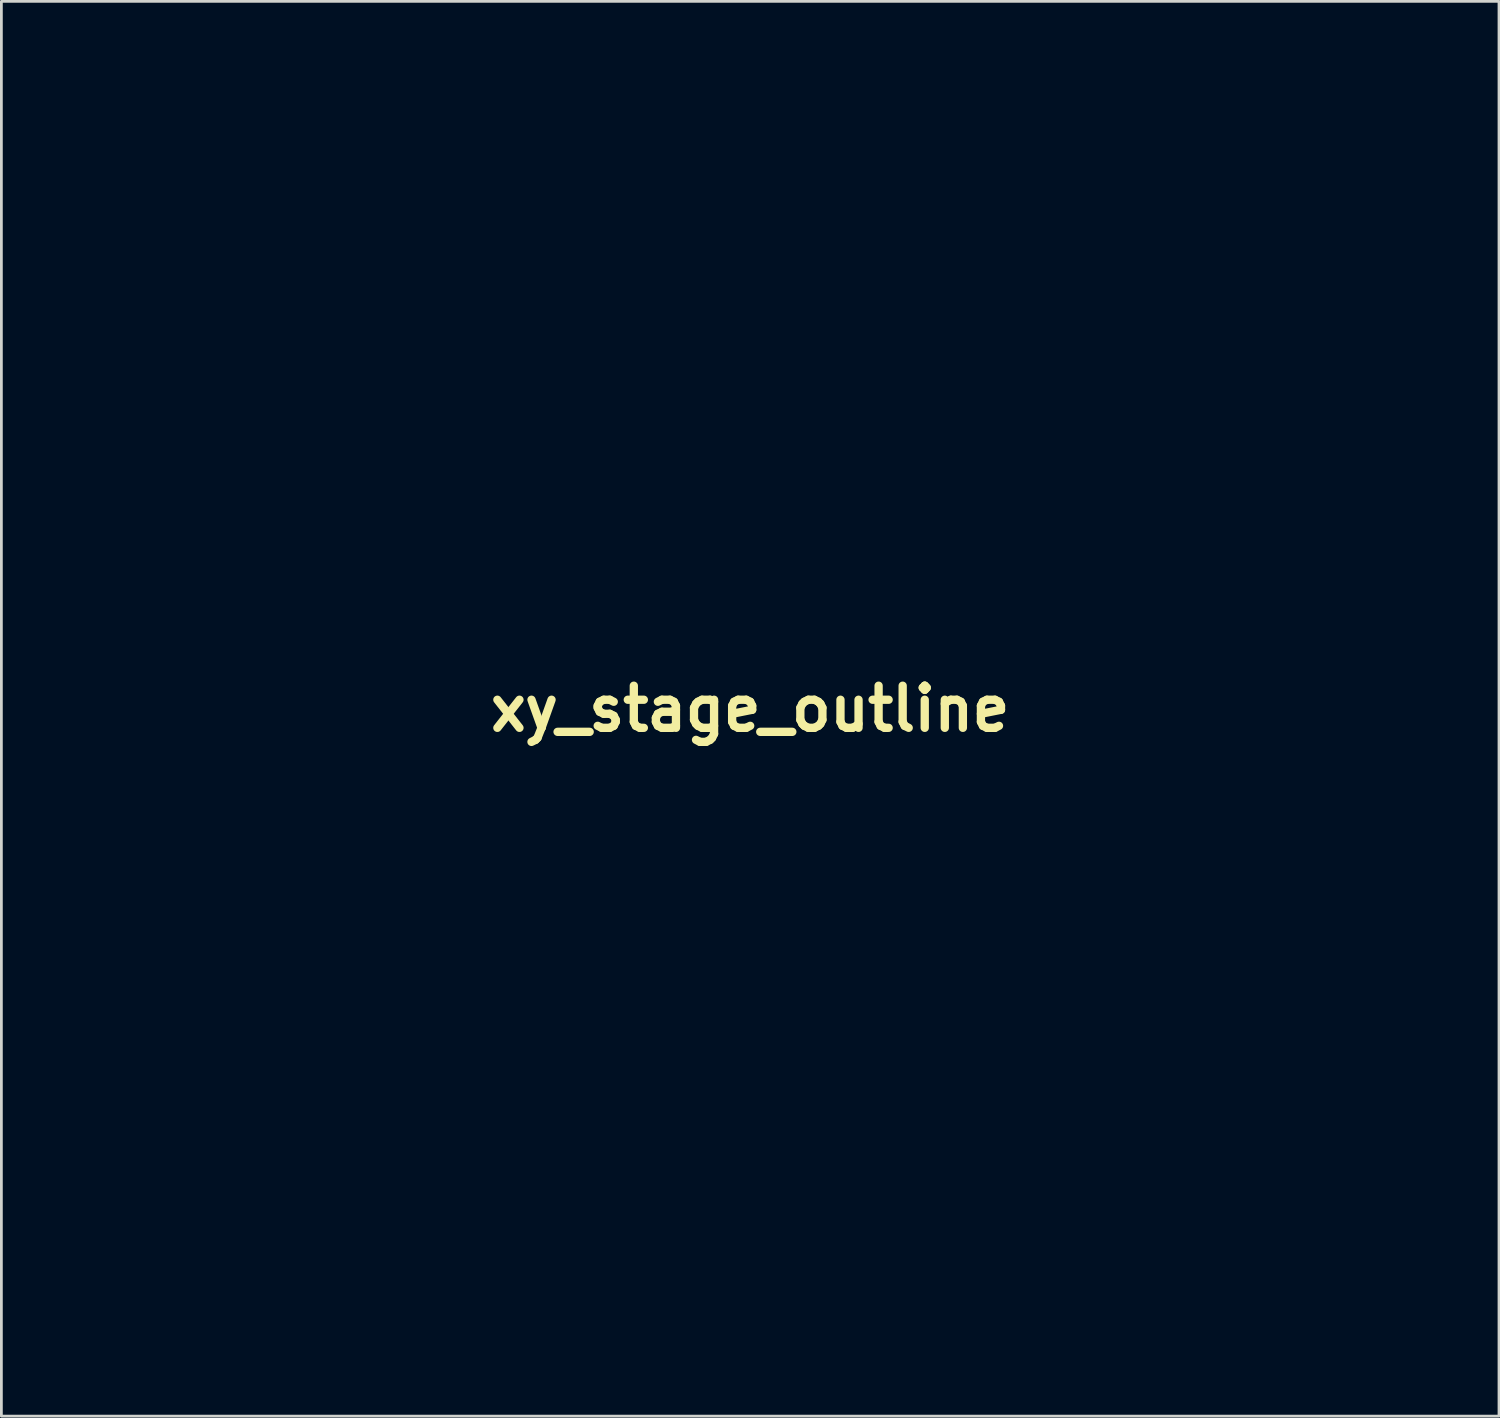
<source format=kicad_pcb>
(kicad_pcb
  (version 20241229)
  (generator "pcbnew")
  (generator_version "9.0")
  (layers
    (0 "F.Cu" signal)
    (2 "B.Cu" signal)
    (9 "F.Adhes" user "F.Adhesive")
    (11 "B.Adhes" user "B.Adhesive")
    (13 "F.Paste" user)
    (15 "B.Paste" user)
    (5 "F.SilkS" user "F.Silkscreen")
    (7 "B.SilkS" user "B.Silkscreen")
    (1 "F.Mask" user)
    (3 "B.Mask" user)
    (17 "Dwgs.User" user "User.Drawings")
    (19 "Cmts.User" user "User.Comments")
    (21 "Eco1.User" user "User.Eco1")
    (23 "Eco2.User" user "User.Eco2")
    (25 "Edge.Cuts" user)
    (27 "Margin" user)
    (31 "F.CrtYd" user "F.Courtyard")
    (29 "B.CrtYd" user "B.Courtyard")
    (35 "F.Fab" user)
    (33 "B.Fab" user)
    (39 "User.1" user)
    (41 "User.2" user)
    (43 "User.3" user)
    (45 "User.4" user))
  (footprint "xy_stage_outline"
    (layer "F.Cu")
    (at 24.084 22.586)
    (property "Reference" "xy_stage_outline" (at 0 0 0) (layer "F.SilkS") (effects (font (size 1.524 1.524) (thickness 0.3))))
    (attr through_hole)
    (fp_poly (pts (xy -11.875 -11.018) (xy -11.762 -11) (xy -11.654 -10.967) (xy -11.541 -10.918) (xy -11.538 -10.916) (xy -11.399 -10.834) (xy -11.277 -10.733) (xy -11.173 -10.614) (xy -11.088 -10.479) (xy -11.022 -10.328) (xy -11.011 -10.293) (xy -10.992 -10.213) (xy -10.979 -10.116) (xy -10.974 -10.013) (xy -10.976 -9.911) (xy -10.985 -9.819) (xy -10.991 -9.786) (xy -11.038 -9.633) (xy -11.105 -9.49) (xy -11.193 -9.36) (xy -11.297 -9.246) (xy -11.418 -9.149) (xy -11.552 -9.071) (xy -11.605 -9.048) (xy -11.747 -9.002) (xy -11.895 -8.976) (xy -12.043 -8.971) (xy -12.184 -8.986) (xy -12.337 -9.027) (xy -12.481 -9.091) (xy -12.612 -9.174) (xy -12.728 -9.276) (xy -12.829 -9.393) (xy -12.911 -9.525) (xy -12.973 -9.669) (xy -13.013 -9.822) (xy -13.017 -9.842) (xy -13.029 -9.994) (xy -13.025 -10.046) (xy -12.764 -10.046) (xy -12.76 -9.911) (xy -12.733 -9.78) (xy -12.684 -9.657) (xy -12.614 -9.544) (xy -12.526 -9.444) (xy -12.419 -9.359) (xy -12.334 -9.31) (xy -12.211 -9.262) (xy -12.079 -9.237) (xy -11.944 -9.235) (xy -11.808 -9.258) (xy -11.805 -9.258) (xy -11.678 -9.304) (xy -11.562 -9.37) (xy -11.459 -9.457) (xy -11.372 -9.56) (xy -11.303 -9.679) (xy -11.257 -9.798) (xy -11.242 -9.871) (xy -11.235 -9.959) (xy -11.235 -10.051) (xy -11.243 -10.138) (xy -11.257 -10.204) (xy -11.308 -10.334) (xy -11.379 -10.45) (xy -11.466 -10.55) (xy -11.567 -10.633) (xy -11.68 -10.697) (xy -11.802 -10.742) (xy -11.931 -10.765) (xy -12.065 -10.765) (xy -12.158 -10.751) (xy -12.282 -10.712) (xy -12.398 -10.652) (xy -12.503 -10.573) (xy -12.595 -10.479) (xy -12.669 -10.372) (xy -12.723 -10.255) (xy -12.744 -10.184) (xy -12.764 -10.046) (xy -13.025 -10.046) (xy -13.017 -10.147) (xy -12.983 -10.296) (xy -12.928 -10.439) (xy -12.853 -10.571) (xy -12.762 -10.686) (xy -12.642 -10.8) (xy -12.516 -10.89) (xy -12.382 -10.956) (xy -12.239 -10.999) (xy -12.086 -11.021) (xy -12.002 -11.024) (xy -11.875 -11.018)) (stroke (width 0.01) (type solid)) (fill no) (layer "Eco2.User"))
    (fp_poly (pts (xy -11.818 8.985) (xy -11.669 9.024) (xy -11.572 9.063) (xy -11.431 9.141) (xy -11.305 9.238) (xy -11.198 9.353) (xy -11.108 9.483) (xy -11.039 9.627) (xy -10.992 9.784) (xy -10.991 9.786) (xy -10.979 9.87) (xy -10.974 9.969) (xy -10.976 10.073) (xy -10.986 10.173) (xy -11.002 10.262) (xy -11.011 10.293) (xy -11.071 10.445) (xy -11.152 10.583) (xy -11.252 10.705) (xy -11.368 10.811) (xy -11.499 10.898) (xy -11.643 10.964) (xy -11.753 10.998) (xy -11.844 11.015) (xy -11.949 11.023) (xy -12.058 11.023) (xy -12.162 11.014) (xy -12.251 10.998) (xy -12.254 10.997) (xy -12.404 10.944) (xy -12.541 10.872) (xy -12.664 10.781) (xy -12.772 10.674) (xy -12.863 10.554) (xy -12.936 10.423) (xy -12.989 10.282) (xy -13.02 10.134) (xy -13.024 10.065) (xy -12.761 10.065) (xy -12.748 10.163) (xy -12.719 10.258) (xy -12.685 10.338) (xy -12.652 10.4) (xy -12.618 10.451) (xy -12.574 10.502) (xy -12.536 10.541) (xy -12.427 10.633) (xy -12.309 10.701) (xy -12.183 10.746) (xy -12.051 10.766) (xy -11.915 10.762) (xy -11.844 10.751) (xy -11.71 10.71) (xy -11.589 10.647) (xy -11.481 10.565) (xy -11.39 10.465) (xy -11.316 10.349) (xy -11.261 10.218) (xy -11.257 10.204) (xy -11.242 10.131) (xy -11.235 10.044) (xy -11.235 9.952) (xy -11.243 9.865) (xy -11.257 9.798) (xy -11.308 9.667) (xy -11.379 9.55) (xy -11.466 9.449) (xy -11.568 9.365) (xy -11.683 9.3) (xy -11.807 9.256) (xy -11.94 9.235) (xy -11.995 9.233) (xy -12.134 9.245) (xy -12.266 9.281) (xy -12.388 9.339) (xy -12.498 9.419) (xy -12.533 9.452) (xy -12.624 9.556) (xy -12.691 9.666) (xy -12.735 9.785) (xy -12.758 9.914) (xy -12.761 9.954) (xy -12.761 10.065) (xy -13.024 10.065) (xy -13.029 9.981) (xy -13.017 9.842) (xy -12.98 9.688) (xy -12.923 9.546) (xy -12.846 9.417) (xy -12.754 9.301) (xy -12.647 9.201) (xy -12.527 9.118) (xy -12.397 9.052) (xy -12.259 9.004) (xy -12.116 8.977) (xy -11.968 8.97) (xy -11.818 8.985)) (stroke (width 0.01) (type solid)) (fill no) (layer "Eco2.User"))
    (fp_poly (pts (xy 8.089 8.974) (xy 8.244 9) (xy 8.337 9.027) (xy 8.482 9.09) (xy 8.611 9.171) (xy 8.726 9.27) (xy 8.823 9.382) (xy 8.903 9.507) (xy 8.964 9.641) (xy 9.005 9.782) (xy 9.026 9.929) (xy 9.025 10.079) (xy 9.002 10.229) (xy 8.956 10.377) (xy 8.92 10.458) (xy 8.837 10.597) (xy 8.736 10.719) (xy 8.62 10.822) (xy 8.491 10.905) (xy 8.349 10.967) (xy 8.197 11.007) (xy 8.037 11.025) (xy 7.898 11.022) (xy 7.753 10.998) (xy 7.61 10.951) (xy 7.474 10.883) (xy 7.349 10.797) (xy 7.239 10.696) (xy 7.201 10.652) (xy 7.149 10.58) (xy 7.098 10.493) (xy 7.052 10.4) (xy 7.016 10.31) (xy 7.001 10.262) (xy 6.991 10.215) (xy 6.984 10.161) (xy 6.98 10.094) (xy 6.979 10.008) (xy 6.979 9.989) (xy 6.979 9.941) (xy 7.233 9.941) (xy 7.236 10.077) (xy 7.244 10.132) (xy 7.28 10.264) (xy 7.336 10.385) (xy 7.411 10.492) (xy 7.503 10.583) (xy 7.607 10.658) (xy 7.723 10.715) (xy 7.848 10.752) (xy 7.979 10.767) (xy 8.114 10.759) (xy 8.16 10.75) (xy 8.285 10.712) (xy 8.401 10.651) (xy 8.507 10.57) (xy 8.598 10.474) (xy 8.673 10.363) (xy 8.727 10.241) (xy 8.744 10.185) (xy 8.76 10.087) (xy 8.763 9.977) (xy 8.752 9.865) (xy 8.728 9.761) (xy 8.714 9.722) (xy 8.653 9.599) (xy 8.576 9.494) (xy 8.484 9.405) (xy 8.38 9.334) (xy 8.268 9.281) (xy 8.149 9.247) (xy 8.026 9.232) (xy 7.902 9.238) (xy 7.78 9.264) (xy 7.661 9.31) (xy 7.549 9.379) (xy 7.461 9.455) (xy 7.37 9.563) (xy 7.301 9.681) (xy 7.255 9.808) (xy 7.233 9.941) (xy 6.979 9.941) (xy 6.98 9.913) (xy 6.981 9.857) (xy 6.985 9.813) (xy 6.991 9.776) (xy 7.001 9.737) (xy 7.016 9.692) (xy 7.021 9.677) (xy 7.085 9.528) (xy 7.168 9.394) (xy 7.267 9.277) (xy 7.38 9.177) (xy 7.506 9.095) (xy 7.641 9.033) (xy 7.785 8.991) (xy 7.935 8.971) (xy 8.089 8.974)) (stroke (width 0.01) (type solid)) (fill no) (layer "Eco2.User"))
    (fp_poly (pts (xy 8.165 -11.013) (xy 8.319 -10.978) (xy 8.463 -10.92) (xy 8.596 -10.839) (xy 8.711 -10.742) (xy 8.82 -10.619) (xy 8.906 -10.484) (xy 8.97 -10.341) (xy 9.01 -10.192) (xy 9.027 -10.037) (xy 9.02 -9.88) (xy 8.989 -9.722) (xy 8.955 -9.62) (xy 8.888 -9.481) (xy 8.801 -9.355) (xy 8.698 -9.245) (xy 8.579 -9.151) (xy 8.449 -9.075) (xy 8.309 -9.018) (xy 8.162 -8.982) (xy 8.011 -8.969) (xy 7.858 -8.978) (xy 7.817 -8.985) (xy 7.658 -9.028) (xy 7.512 -9.091) (xy 7.38 -9.176) (xy 7.263 -9.279) (xy 7.162 -9.401) (xy 7.079 -9.54) (xy 7.015 -9.695) (xy 7.008 -9.716) (xy 6.996 -9.759) (xy 6.988 -9.799) (xy 6.982 -9.844) (xy 6.98 -9.899) (xy 6.979 -9.971) (xy 6.979 -9.995) (xy 6.979 -9.997) (xy 7.232 -9.997) (xy 7.244 -9.866) (xy 7.278 -9.74) (xy 7.332 -9.622) (xy 7.406 -9.514) (xy 7.497 -9.42) (xy 7.604 -9.341) (xy 7.725 -9.281) (xy 7.811 -9.252) (xy 7.878 -9.24) (xy 7.962 -9.236) (xy 8.051 -9.238) (xy 8.139 -9.247) (xy 8.216 -9.262) (xy 8.242 -9.27) (xy 8.371 -9.327) (xy 8.484 -9.405) (xy 8.582 -9.501) (xy 8.662 -9.615) (xy 8.721 -9.738) (xy 8.744 -9.819) (xy 8.758 -9.914) (xy 8.763 -10.014) (xy 8.757 -10.11) (xy 8.744 -10.185) (xy 8.699 -10.311) (xy 8.633 -10.427) (xy 8.549 -10.53) (xy 8.449 -10.618) (xy 8.337 -10.688) (xy 8.215 -10.736) (xy 8.16 -10.75) (xy 8.024 -10.767) (xy 7.891 -10.759) (xy 7.764 -10.73) (xy 7.645 -10.679) (xy 7.536 -10.61) (xy 7.44 -10.524) (xy 7.36 -10.422) (xy 7.296 -10.306) (xy 7.253 -10.178) (xy 7.244 -10.132) (xy 7.232 -9.997) (xy 6.979 -9.997) (xy 6.98 -10.096) (xy 6.987 -10.179) (xy 6.999 -10.251) (xy 7.019 -10.32) (xy 7.049 -10.393) (xy 7.08 -10.458) (xy 7.16 -10.596) (xy 7.257 -10.715) (xy 7.371 -10.815) (xy 7.505 -10.9) (xy 7.537 -10.916) (xy 7.655 -10.968) (xy 7.767 -11.002) (xy 7.883 -11.02) (xy 8.001 -11.025) (xy 8.165 -11.013)) (stroke (width 0.01) (type solid)) (fill no) (layer "Eco2.User"))
    (fp_poly (pts (xy 12.802 -22.014) (xy 12.954 -21.98) (xy 13.099 -21.924) (xy 13.231 -21.85) (xy 13.24 -21.844) (xy 13.344 -21.759) (xy 13.441 -21.654) (xy 13.524 -21.537) (xy 13.59 -21.413) (xy 13.612 -21.359) (xy 13.655 -21.203) (xy 13.675 -21.047) (xy 13.671 -20.893) (xy 13.644 -20.743) (xy 13.597 -20.599) (xy 13.528 -20.465) (xy 13.44 -20.341) (xy 13.333 -20.23) (xy 13.208 -20.135) (xy 13.096 -20.072) (xy 12.967 -20.021) (xy 12.827 -19.986) (xy 12.683 -19.97) (xy 12.543 -19.973) (xy 12.468 -19.984) (xy 12.31 -20.026) (xy 12.164 -20.09) (xy 12.031 -20.174) (xy 11.913 -20.277) (xy 11.812 -20.398) (xy 11.73 -20.533) (xy 11.668 -20.683) (xy 11.656 -20.723) (xy 11.643 -20.77) (xy 11.635 -20.816) (xy 11.63 -20.867) (xy 11.628 -20.931) (xy 11.627 -20.989) (xy 11.881 -20.989) (xy 11.894 -20.858) (xy 11.929 -20.732) (xy 11.985 -20.614) (xy 12.06 -20.506) (xy 12.153 -20.412) (xy 12.264 -20.334) (xy 12.325 -20.302) (xy 12.44 -20.26) (xy 12.565 -20.237) (xy 12.693 -20.233) (xy 12.816 -20.248) (xy 12.825 -20.25) (xy 12.947 -20.291) (xy 13.062 -20.353) (xy 13.166 -20.432) (xy 13.252 -20.525) (xy 13.254 -20.528) (xy 13.327 -20.64) (xy 13.376 -20.755) (xy 13.404 -20.879) (xy 13.411 -20.999) (xy 13.402 -21.133) (xy 13.373 -21.254) (xy 13.323 -21.363) (xy 13.25 -21.467) (xy 13.189 -21.533) (xy 13.103 -21.611) (xy 13.019 -21.67) (xy 12.928 -21.713) (xy 12.832 -21.743) (xy 12.7 -21.764) (xy 12.569 -21.761) (xy 12.442 -21.736) (xy 12.321 -21.691) (xy 12.209 -21.626) (xy 12.109 -21.543) (xy 12.024 -21.444) (xy 11.956 -21.33) (xy 11.925 -21.256) (xy 11.891 -21.123) (xy 11.881 -20.989) (xy 11.627 -20.989) (xy 11.627 -20.999) (xy 11.629 -21.1) (xy 11.636 -21.182) (xy 11.65 -21.255) (xy 11.672 -21.327) (xy 11.704 -21.404) (xy 11.728 -21.457) (xy 11.806 -21.591) (xy 11.898 -21.706) (xy 12.009 -21.805) (xy 12.139 -21.889) (xy 12.198 -21.92) (xy 12.332 -21.976) (xy 12.462 -22.01) (xy 12.596 -22.025) (xy 12.649 -22.027) (xy 12.802 -22.014)) (stroke (width 0.01) (type solid)) (fill no) (layer "Eco2.User"))
    (fp_poly (pts (xy 12.71 19.968) (xy 12.79 19.979) (xy 12.819 19.983) (xy 12.975 20.023) (xy 13.118 20.083) (xy 13.248 20.161) (xy 13.363 20.256) (xy 13.462 20.366) (xy 13.543 20.489) (xy 13.606 20.622) (xy 13.65 20.763) (xy 13.673 20.911) (xy 13.674 21.064) (xy 13.652 21.219) (xy 13.612 21.358) (xy 13.547 21.501) (xy 13.461 21.632) (xy 13.355 21.747) (xy 13.232 21.846) (xy 13.092 21.926) (xy 13.081 21.931) (xy 12.947 21.982) (xy 12.806 22.014) (xy 12.664 22.028) (xy 12.529 22.022) (xy 12.523 22.021) (xy 12.37 21.988) (xy 12.223 21.933) (xy 12.085 21.858) (xy 11.961 21.766) (xy 11.855 21.657) (xy 11.849 21.65) (xy 11.799 21.58) (xy 11.748 21.494) (xy 11.703 21.401) (xy 11.666 21.31) (xy 11.65 21.26) (xy 11.636 21.186) (xy 11.628 21.095) (xy 11.626 20.995) (xy 11.627 20.97) (xy 11.884 20.97) (xy 11.885 21.061) (xy 11.894 21.143) (xy 11.899 21.171) (xy 11.942 21.3) (xy 12.006 21.417) (xy 12.086 21.519) (xy 12.182 21.606) (xy 12.29 21.676) (xy 12.408 21.727) (xy 12.533 21.757) (xy 12.663 21.766) (xy 12.796 21.751) (xy 12.832 21.743) (xy 12.935 21.71) (xy 13.025 21.666) (xy 13.11 21.606) (xy 13.189 21.533) (xy 13.278 21.432) (xy 13.343 21.326) (xy 13.385 21.213) (xy 13.407 21.089) (xy 13.411 20.999) (xy 13.399 20.857) (xy 13.364 20.725) (xy 13.308 20.604) (xy 13.229 20.496) (xy 13.131 20.402) (xy 13.014 20.324) (xy 12.983 20.308) (xy 12.861 20.261) (xy 12.732 20.237) (xy 12.6 20.234) (xy 12.47 20.253) (xy 12.345 20.293) (xy 12.232 20.353) (xy 12.126 20.438) (xy 12.035 20.539) (xy 11.963 20.653) (xy 11.913 20.777) (xy 11.906 20.803) (xy 11.891 20.88) (xy 11.884 20.97) (xy 11.627 20.97) (xy 11.629 20.896) (xy 11.639 20.803) (xy 11.654 20.727) (xy 11.656 20.723) (xy 11.713 20.569) (xy 11.79 20.43) (xy 11.886 20.306) (xy 11.999 20.199) (xy 12.128 20.11) (xy 12.271 20.042) (xy 12.425 19.994) (xy 12.478 19.984) (xy 12.565 19.971) (xy 12.638 19.966) (xy 12.71 19.968)) (stroke (width 0.01) (type solid)) (fill no) (layer "Eco2.User"))
    (fp_poly (pts (xy -22.427 -1.021) (xy -22.339 -1.016) (xy -22.265 -1.005) (xy -22.238 -0.999) (xy -22.087 -0.945) (xy -21.947 -0.869) (xy -21.821 -0.774) (xy -21.711 -0.661) (xy -21.619 -0.533) (xy -21.546 -0.392) (xy -21.499 -0.257) (xy -21.481 -0.165) (xy -21.472 -0.059) (xy -21.472 0.052) (xy -21.481 0.159) (xy -21.498 0.252) (xy -21.499 0.257) (xy -21.551 0.405) (xy -21.626 0.545) (xy -21.72 0.673) (xy -21.83 0.785) (xy -21.839 0.792) (xy -21.915 0.848) (xy -22.007 0.903) (xy -22.105 0.951) (xy -22.2 0.988) (xy -22.231 0.997) (xy -22.295 1.01) (xy -22.374 1.018) (xy -22.463 1.023) (xy -22.552 1.024) (xy -22.633 1.02) (xy -22.699 1.012) (xy -22.708 1.01) (xy -22.865 0.962) (xy -23.009 0.894) (xy -23.139 0.805) (xy -23.254 0.698) (xy -23.35 0.573) (xy -23.413 0.464) (xy -23.465 0.347) (xy -23.499 0.237) (xy -23.517 0.124) (xy -23.522 0.012) (xy -23.264 0.012) (xy -23.251 0.138) (xy -23.217 0.262) (xy -23.16 0.38) (xy -23.082 0.491) (xy -23.054 0.522) (xy -22.947 0.618) (xy -22.831 0.691) (xy -22.707 0.739) (xy -22.575 0.764) (xy -22.436 0.764) (xy -22.32 0.747) (xy -22.199 0.708) (xy -22.084 0.646) (xy -21.98 0.565) (xy -21.89 0.466) (xy -21.816 0.351) (xy -21.807 0.334) (xy -21.758 0.209) (xy -21.733 0.082) (xy -21.731 -0.045) (xy -21.749 -0.171) (xy -21.788 -0.291) (xy -21.847 -0.403) (xy -21.923 -0.505) (xy -22.015 -0.595) (xy -22.124 -0.669) (xy -22.247 -0.724) (xy -22.268 -0.732) (xy -22.394 -0.759) (xy -22.525 -0.765) (xy -22.655 -0.75) (xy -22.779 -0.714) (xy -22.893 -0.658) (xy -22.905 -0.65) (xy -23.015 -0.564) (xy -23.105 -0.465) (xy -23.176 -0.355) (xy -23.226 -0.238) (xy -23.255 -0.114) (xy -23.264 0.012) (xy -23.522 0.012) (xy -23.523 0) (xy -23.511 -0.161) (xy -23.475 -0.315) (xy -23.417 -0.46) (xy -23.338 -0.594) (xy -23.239 -0.715) (xy -23.135 -0.808) (xy -23.041 -0.872) (xy -22.935 -0.93) (xy -22.825 -0.977) (xy -22.758 -0.999) (xy -22.694 -1.011) (xy -22.612 -1.019) (xy -22.52 -1.023) (xy -22.427 -1.021)) (stroke (width 0.01) (type solid)) (fill no) (layer "Eco2.User"))
    (fp_poly (pts (xy -18.298 -13.62) (xy -18.242 -13.609) (xy -18.15 -13.575) (xy -18.057 -13.525) (xy -17.974 -13.464) (xy -17.95 -13.441) (xy -17.894 -13.373) (xy -17.844 -13.291) (xy -17.804 -13.203) (xy -17.78 -13.121) (xy -17.779 -13.102) (xy -17.778 -13.057) (xy -17.777 -12.988) (xy -17.776 -12.893) (xy -17.775 -12.774) (xy -17.774 -12.63) (xy -17.773 -12.46) (xy -17.772 -12.267) (xy -17.772 -12.048) (xy -17.771 -11.806) (xy -17.77 -11.539) (xy -17.77 -11.248) (xy -17.769 -10.932) (xy -17.769 -10.593) (xy -17.768 -10.23) (xy -17.768 -9.843) (xy -17.768 -9.433) (xy -17.768 -8.998) (xy -17.767 -8.541) (xy -17.767 -8.06) (xy -17.767 -7.556) (xy -17.767 -7.339) (xy -17.767 -1.626) (xy -12.7 -1.626) (xy -12.7 -1.499) (xy -12.573 -1.499) (xy -12.573 1.499) (xy -12.7 1.499) (xy -12.7 1.626) (xy -17.767 1.626) (xy -17.767 7.339) (xy -17.767 7.853) (xy -17.767 8.343) (xy -17.768 8.81) (xy -17.768 9.254) (xy -17.768 9.675) (xy -17.768 10.072) (xy -17.769 10.445) (xy -17.769 10.794) (xy -17.77 11.119) (xy -17.77 11.42) (xy -17.771 11.697) (xy -17.771 11.95) (xy -17.772 12.179) (xy -17.773 12.383) (xy -17.774 12.562) (xy -17.774 12.717) (xy -17.775 12.847) (xy -17.776 12.951) (xy -17.777 13.031) (xy -17.778 13.086) (xy -17.78 13.116) (xy -17.78 13.121) (xy -17.804 13.205) (xy -17.845 13.293) (xy -17.897 13.376) (xy -17.949 13.439) (xy -18.017 13.497) (xy -18.098 13.549) (xy -18.184 13.589) (xy -18.26 13.613) (xy -18.336 13.623) (xy -18.42 13.625) (xy -18.501 13.619) (xy -18.557 13.608) (xy -18.674 13.563) (xy -18.78 13.497) (xy -18.872 13.412) (xy -18.946 13.311) (xy -18.989 13.224) (xy -19.018 13.151) (xy -19.027 4.841) (xy -18.768 4.841) (xy -18.768 5.44) (xy -18.768 6.015) (xy -18.768 6.566) (xy -18.768 7.093) (xy -18.768 7.597) (xy -18.768 8.077) (xy -18.768 8.534) (xy -18.768 8.968) (xy -18.767 9.379) (xy -18.767 9.768) (xy -18.767 10.134) (xy -18.767 10.477) (xy -18.766 10.799) (xy -18.766 11.098) (xy -18.765 11.376) (xy -18.765 11.632) (xy -18.765 11.866) (xy -18.764 12.079) (xy -18.763 12.271) (xy -18.763 12.442) (xy -18.762 12.593) (xy -18.762 12.722) (xy -18.761 12.831) (xy -18.76 12.92) (xy -18.76 12.988) (xy -18.759 13.037) (xy -18.758 13.066) (xy -18.758 13.074) (xy -18.727 13.162) (xy -18.678 13.237) (xy -18.613 13.296) (xy -18.536 13.337) (xy -18.451 13.36) (xy -18.361 13.362) (xy -18.271 13.341) (xy -18.25 13.333) (xy -18.184 13.293) (xy -18.122 13.237) (xy -18.075 13.172) (xy -18.06 13.143) (xy -18.034 13.083) (xy -18.034 -1.372) (xy -17.767 -1.372) (xy -17.767 1.372) (xy -12.827 1.372) (xy -12.827 -1.372) (xy -17.767 -1.372) (xy -18.034 -1.372) (xy -18.034 -13.084) (xy -18.06 -13.143) (xy -18.085 -13.187) (xy -18.119 -13.233) (xy -18.138 -13.255) (xy -18.211 -13.313) (xy -18.292 -13.349) (xy -18.377 -13.364) (xy -18.463 -13.359) (xy -18.546 -13.334) (xy -18.621 -13.29) (xy -18.686 -13.228) (xy -18.736 -13.149) (xy -18.737 -13.146) (xy -18.764 -13.087) (xy -18.768 -0.038) (xy -18.768 0.734) (xy -18.768 1.48) (xy -18.768 2.202) (xy -18.768 2.899) (xy -18.768 3.571) (xy -18.768 4.218) (xy -18.768 4.841) (xy -19.027 4.841) (xy -19.031 1.632) (xy -19.866 1.629) (xy -20.701 1.625) (xy -20.701 1.499) (xy -20.828 1.499) (xy -20.828 -1.372) (xy -20.561 -1.372) (xy -20.561 1.372) (xy -19.025 1.372) (xy -19.025 -1.372) (xy -20.561 -1.372) (xy -20.828 -1.372) (xy -20.828 -1.499) (xy -20.701 -1.499) (xy -20.701 -1.625) (xy -19.031 -1.632) (xy -19.018 -13.151) (xy -18.989 -13.224) (xy -18.937 -13.323) (xy -18.866 -13.416) (xy -18.782 -13.497) (xy -18.69 -13.56) (xy -18.675 -13.567) (xy -18.593 -13.599) (xy -18.496 -13.618) (xy -18.395 -13.626) (xy -18.298 -13.62)) (stroke (width 0.01) (type solid)) (fill no) (layer "Eco2.User"))
    (fp_poly (pts (xy 16.825 -13.615) (xy 16.941 -13.58) (xy 17.047 -13.523) (xy 17.14 -13.445) (xy 17.219 -13.349) (xy 17.282 -13.235) (xy 17.289 -13.218) (xy 17.316 -13.151) (xy 17.329 -1.632) (xy 19.415 -1.629) (xy 21.501 -1.626) (xy 21.501 -1.499) (xy 21.628 -1.499) (xy 21.628 1.499) (xy 21.501 1.499) (xy 21.501 1.626) (xy 17.329 1.632) (xy 17.316 13.151) (xy 17.289 13.218) (xy 17.23 13.332) (xy 17.154 13.429) (xy 17.064 13.509) (xy 16.962 13.57) (xy 16.851 13.61) (xy 16.734 13.628) (xy 16.614 13.623) (xy 16.537 13.607) (xy 16.424 13.564) (xy 16.322 13.5) (xy 16.233 13.419) (xy 16.161 13.323) (xy 16.108 13.216) (xy 16.079 13.114) (xy 16.078 13.098) (xy 16.077 13.063) (xy 16.076 13.009) (xy 16.075 12.937) (xy 16.074 12.845) (xy 16.073 12.733) (xy 16.072 12.601) (xy 16.071 12.448) (xy 16.07 12.275) (xy 16.07 12.081) (xy 16.069 11.865) (xy 16.069 11.628) (xy 16.068 11.369) (xy 16.068 11.087) (xy 16.067 10.783) (xy 16.067 10.456) (xy 16.066 10.106) (xy 16.066 9.733) (xy 16.066 9.336) (xy 16.066 8.914) (xy 16.066 8.469) (xy 16.066 7.998) (xy 16.066 7.503) (xy 16.066 7.332) (xy 16.066 1.626) (xy 3.505 1.626) (xy 3.505 1.499) (xy 3.365 1.499) (xy 3.365 -1.372) (xy 3.632 -1.372) (xy 3.632 1.372) (xy 16.066 1.372) (xy 16.066 -0.293) (xy 16.332 -0.293) (xy 16.332 0) (xy 16.332 0.697) (xy 16.332 1.369) (xy 16.332 2.016) (xy 16.332 2.639) (xy 16.332 3.239) (xy 16.332 3.815) (xy 16.332 4.369) (xy 16.332 4.901) (xy 16.332 5.41) (xy 16.333 5.899) (xy 16.333 6.367) (xy 16.333 6.814) (xy 16.333 7.241) (xy 16.333 7.648) (xy 16.333 8.037) (xy 16.333 8.407) (xy 16.333 8.759) (xy 16.334 9.093) (xy 16.334 9.409) (xy 16.334 9.709) (xy 16.334 9.993) (xy 16.334 10.26) (xy 16.335 10.513) (xy 16.335 10.75) (xy 16.335 10.972) (xy 16.336 11.181) (xy 16.336 11.375) (xy 16.336 11.557) (xy 16.337 11.726) (xy 16.337 11.882) (xy 16.338 12.027) (xy 16.338 12.16) (xy 16.339 12.282) (xy 16.339 12.394) (xy 16.34 12.496) (xy 16.34 12.588) (xy 16.341 12.671) (xy 16.342 12.745) (xy 16.342 12.811) (xy 16.343 12.869) (xy 16.344 12.92) (xy 16.345 12.964) (xy 16.345 13.002) (xy 16.346 13.033) (xy 16.347 13.059) (xy 16.348 13.08) (xy 16.349 13.097) (xy 16.35 13.109) (xy 16.351 13.117) (xy 16.352 13.122) (xy 16.352 13.122) (xy 16.373 13.166) (xy 16.403 13.213) (xy 16.424 13.24) (xy 16.496 13.304) (xy 16.578 13.346) (xy 16.667 13.365) (xy 16.76 13.36) (xy 16.854 13.331) (xy 16.862 13.327) (xy 16.938 13.277) (xy 17.001 13.206) (xy 17.036 13.145) (xy 17.062 13.087) (xy 17.062 0.672) (xy 17.325 0.672) (xy 17.325 0.817) (xy 17.325 0.949) (xy 17.326 1.065) (xy 17.326 1.164) (xy 17.327 1.244) (xy 17.327 1.304) (xy 17.328 1.342) (xy 17.329 1.356) (xy 17.334 1.358) (xy 17.349 1.36) (xy 17.375 1.362) (xy 17.413 1.363) (xy 17.464 1.365) (xy 17.528 1.366) (xy 17.607 1.367) (xy 17.702 1.368) (xy 17.814 1.369) (xy 17.943 1.37) (xy 18.092 1.37) (xy 18.259 1.371) (xy 18.448 1.371) (xy 18.658 1.371) (xy 18.891 1.371) (xy 19.148 1.372) (xy 19.348 1.372) (xy 21.361 1.372) (xy 21.361 -1.372) (xy 19.345 -1.368) (xy 17.329 -1.365) (xy 17.326 -0.013) (xy 17.325 0.171) (xy 17.325 0.347) (xy 17.325 0.515) (xy 17.325 0.672) (xy 17.062 0.672) (xy 17.062 -13.087) (xy 17.036 -13.145) (xy 16.986 -13.227) (xy 16.921 -13.29) (xy 16.846 -13.335) (xy 16.765 -13.36) (xy 16.68 -13.366) (xy 16.595 -13.351) (xy 16.514 -13.316) (xy 16.442 -13.258) (xy 16.428 -13.244) (xy 16.395 -13.201) (xy 16.366 -13.153) (xy 16.352 -13.123) (xy 16.351 -13.119) (xy 16.35 -13.111) (xy 16.349 -13.1) (xy 16.348 -13.085) (xy 16.347 -13.065) (xy 16.347 -13.041) (xy 16.346 -13.011) (xy 16.345 -12.976) (xy 16.344 -12.934) (xy 16.343 -12.886) (xy 16.343 -12.83) (xy 16.342 -12.767) (xy 16.341 -12.696) (xy 16.341 -12.617) (xy 16.34 -12.528) (xy 16.339 -12.43) (xy 16.339 -12.323) (xy 16.338 -12.205) (xy 16.338 -12.076) (xy 16.337 -11.936) (xy 16.337 -11.785) (xy 16.337 -11.621) (xy 16.336 -11.445) (xy 16.336 -11.256) (xy 16.335 -11.053) (xy 16.335 -10.837) (xy 16.335 -10.606) (xy 16.335 -10.36) (xy 16.334 -10.099) (xy 16.334 -9.822) (xy 16.334 -9.53) (xy 16.334 -9.22) (xy 16.333 -8.894) (xy 16.333 -8.55) (xy 16.333 -8.188) (xy 16.333 -7.807) (xy 16.333 -7.408) (xy 16.333 -6.989) (xy 16.333 -6.551) (xy 16.333 -6.092) (xy 16.332 -5.613) (xy 16.332 -5.112) (xy 16.332 -4.59) (xy 16.332 -4.046) (xy 16.332 -3.479) (xy 16.332 -2.89) (xy 16.332 -2.277) (xy 16.332 -1.64) (xy 16.332 -0.979) (xy 16.332 -0.293) (xy 16.066 -0.293) (xy 16.066 -1.372) (xy 3.632 -1.372) (xy 3.365 -1.372) (xy 3.365 -1.499) (xy 3.505 -1.499) (xy 3.505 -1.626) (xy 16.066 -1.626) (xy 16.066 -7.332) (xy 16.066 -7.836) (xy 16.066 -8.314) (xy 16.066 -8.768) (xy 16.066 -9.198) (xy 16.066 -9.603) (xy 16.066 -9.984) (xy 16.067 -10.342) (xy 16.067 -10.677) (xy 16.067 -10.988) (xy 16.068 -11.277) (xy 16.068 -11.544) (xy 16.069 -11.788) (xy 16.07 -12.011) (xy 16.07 -12.212) (xy 16.071 -12.393) (xy 16.072 -12.552) (xy 16.073 -12.691) (xy 16.073 -12.809) (xy 16.074 -12.908) (xy 16.075 -12.987) (xy 16.076 -13.047) (xy 16.078 -13.088) (xy 16.079 -13.11) (xy 16.079 -13.114) (xy 16.113 -13.23) (xy 16.167 -13.335) (xy 16.241 -13.428) (xy 16.33 -13.506) (xy 16.432 -13.566) (xy 16.544 -13.607) (xy 16.664 -13.626) (xy 16.701 -13.627) (xy 16.825 -13.615)) (stroke (width 0.01) (type solid)) (fill no) (layer "Eco2.User"))
    (fp_poly (pts (xy 17.64 -22.448) (xy 17.688 -22.495) (xy 17.736 -22.542) (xy 22.866 -17.412) (xy 22.819 -17.364) (xy 22.773 -17.316) (xy 22.817 -17.269) (xy 22.861 -17.221) (xy 22.808 -17.167) (xy 22.673 -17.012) (xy 22.56 -16.844) (xy 22.468 -16.663) (xy 22.397 -16.468) (xy 22.35 -16.28) (xy 22.342 -16.217) (xy 22.336 -16.135) (xy 22.334 -16.043) (xy 22.335 -15.946) (xy 22.339 -15.852) (xy 22.346 -15.767) (xy 22.355 -15.698) (xy 22.356 -15.695) (xy 22.408 -15.492) (xy 22.482 -15.303) (xy 22.577 -15.126) (xy 22.694 -14.962) (xy 22.816 -14.826) (xy 22.966 -14.692) (xy 23.129 -14.577) (xy 23.302 -14.484) (xy 23.484 -14.412) (xy 23.671 -14.364) (xy 23.759 -14.35) (xy 23.833 -14.341) (xy 23.885 -14.334) (xy 23.92 -14.328) (xy 23.94 -14.321) (xy 23.95 -14.311) (xy 23.953 -14.296) (xy 23.952 -14.276) (xy 23.952 -14.262) (xy 23.952 -14.199) (xy 24.079 -14.199) (xy 24.079 14.199) (xy 23.952 14.199) (xy 23.952 14.262) (xy 23.953 14.286) (xy 23.952 14.303) (xy 23.947 14.315) (xy 23.932 14.324) (xy 23.906 14.331) (xy 23.864 14.337) (xy 23.803 14.345) (xy 23.759 14.35) (xy 23.573 14.386) (xy 23.391 14.446) (xy 23.216 14.528) (xy 23.051 14.629) (xy 22.898 14.749) (xy 22.759 14.884) (xy 22.637 15.034) (xy 22.534 15.197) (xy 22.493 15.28) (xy 22.417 15.47) (xy 22.365 15.664) (xy 22.336 15.861) (xy 22.331 16.057) (xy 22.349 16.252) (xy 22.389 16.443) (xy 22.452 16.627) (xy 22.536 16.804) (xy 22.642 16.97) (xy 22.77 17.124) (xy 22.792 17.147) (xy 22.862 17.22) (xy 22.817 17.268) (xy 22.773 17.316) (xy 22.819 17.364) (xy 22.866 17.412) (xy 17.736 22.542) (xy 17.688 22.495) (xy 17.64 22.448) (xy 17.64 22.515) (xy 17.64 22.581) (xy -17.64 22.581) (xy -17.64 22.448) (xy -17.688 22.495) (xy -17.736 22.542) (xy -22.866 17.412) (xy -22.773 17.316) (xy -22.816 17.267) (xy -22.859 17.218) (xy -22.794 17.153) (xy -22.68 17.021) (xy -22.577 16.87) (xy -22.489 16.704) (xy -22.417 16.527) (xy -22.365 16.343) (xy -22.357 16.307) (xy -22.344 16.226) (xy -22.337 16.127) (xy -22.333 16.019) (xy -22.335 15.91) (xy -22.341 15.807) (xy -22.352 15.718) (xy -22.356 15.695) (xy -22.409 15.491) (xy -22.483 15.301) (xy -22.579 15.124) (xy -22.697 14.959) (xy -22.816 14.826) (xy -22.966 14.692) (xy -23.129 14.577) (xy -23.302 14.484) (xy -23.484 14.412) (xy -23.671 14.364) (xy -23.759 14.35) (xy -23.833 14.341) (xy -23.885 14.334) (xy -23.92 14.328) (xy -23.94 14.321) (xy -23.95 14.311) (xy -23.953 14.296) (xy -23.952 14.276) (xy -23.952 14.262) (xy -23.952 14.199) (xy -24.079 14.199) (xy -24.079 -14.077) (xy -23.806 -14.077) (xy -23.806 14.077) (xy -23.705 14.091) (xy -23.493 14.135) (xy -23.289 14.202) (xy -23.095 14.292) (xy -22.911 14.406) (xy -22.737 14.542) (xy -22.637 14.636) (xy -22.487 14.802) (xy -22.361 14.978) (xy -22.257 15.164) (xy -22.174 15.364) (xy -22.113 15.577) (xy -22.109 15.596) (xy -22.098 15.645) (xy -22.091 15.691) (xy -22.085 15.738) (xy -22.082 15.791) (xy -22.08 15.856) (xy -22.079 15.939) (xy -22.079 15.996) (xy -22.08 16.108) (xy -22.083 16.2) (xy -22.089 16.28) (xy -22.099 16.353) (xy -22.114 16.425) (xy -22.134 16.503) (xy -22.162 16.592) (xy -22.164 16.599) (xy -22.218 16.744) (xy -22.289 16.893) (xy -22.373 17.038) (xy -22.464 17.172) (xy -22.523 17.246) (xy -22.583 17.314) (xy -20.083 19.814) (xy -17.583 22.314) (xy 17.583 22.314) (xy 20.083 19.814) (xy 22.583 17.314) (xy 22.523 17.246) (xy 22.416 17.105) (xy 22.317 16.947) (xy 22.234 16.78) (xy 22.168 16.611) (xy 22.164 16.599) (xy 22.136 16.509) (xy 22.115 16.431) (xy 22.1 16.358) (xy 22.09 16.286) (xy 22.083 16.206) (xy 22.08 16.114) (xy 22.079 16.003) (xy 22.079 15.996) (xy 22.079 15.901) (xy 22.081 15.827) (xy 22.083 15.767) (xy 22.087 15.717) (xy 22.094 15.671) (xy 22.102 15.625) (xy 22.109 15.596) (xy 22.169 15.38) (xy 22.251 15.177) (xy 22.354 14.988) (xy 22.48 14.81) (xy 22.628 14.645) (xy 22.631 14.642) (xy 22.772 14.512) (xy 22.913 14.402) (xy 23.062 14.31) (xy 23.223 14.231) (xy 23.282 14.206) (xy 23.368 14.176) (xy 23.465 14.146) (xy 23.567 14.119) (xy 23.662 14.098) (xy 23.73 14.087) (xy 23.806 14.078) (xy 23.806 -14.078) (xy 23.768 -14.082) (xy 23.659 -14.098) (xy 23.536 -14.126) (xy 23.408 -14.164) (xy 23.281 -14.21) (xy 23.163 -14.26) (xy 23.123 -14.279) (xy 22.996 -14.349) (xy 22.881 -14.425) (xy 22.77 -14.512) (xy 22.658 -14.616) (xy 22.631 -14.642) (xy 22.482 -14.808) (xy 22.356 -14.985) (xy 22.252 -15.174) (xy 22.17 -15.376) (xy 22.109 -15.592) (xy 22.109 -15.596) (xy 22.098 -15.645) (xy 22.091 -15.691) (xy 22.085 -15.738) (xy 22.082 -15.791) (xy 22.08 -15.856) (xy 22.079 -15.939) (xy 22.079 -15.996) (xy 22.08 -16.108) (xy 22.083 -16.201) (xy 22.089 -16.281) (xy 22.099 -16.354) (xy 22.114 -16.426) (xy 22.135 -16.504) (xy 22.162 -16.592) (xy 22.164 -16.599) (xy 22.228 -16.768) (xy 22.311 -16.935) (xy 22.408 -17.094) (xy 22.515 -17.236) (xy 22.523 -17.246) (xy 22.583 -17.314) (xy 20.083 -19.814) (xy 17.583 -22.314) (xy -17.583 -22.314) (xy -20.083 -19.814) (xy -22.583 -17.314) (xy -22.523 -17.246) (xy -22.416 -17.105) (xy -22.317 -16.947) (xy -22.234 -16.78) (xy -22.168 -16.611) (xy -22.164 -16.599) (xy -22.136 -16.509) (xy -22.115 -16.431) (xy -22.1 -16.358) (xy -22.09 -16.286) (xy -22.083 -16.206) (xy -22.08 -16.114) (xy -22.079 -16.003) (xy -22.079 -15.996) (xy -22.079 -15.901) (xy -22.081 -15.827) (xy -22.083 -15.767) (xy -22.087 -15.717) (xy -22.094 -15.671) (xy -22.102 -15.625) (xy -22.109 -15.596) (xy -22.169 -15.381) (xy -22.253 -15.175) (xy -22.362 -14.976) (xy -22.404 -14.909) (xy -22.456 -14.838) (xy -22.524 -14.758) (xy -22.601 -14.675) (xy -22.682 -14.592) (xy -22.763 -14.517) (xy -22.839 -14.454) (xy -22.885 -14.419) (xy -23.069 -14.307) (xy -23.262 -14.216) (xy -23.46 -14.146) (xy -23.66 -14.099) (xy -23.705 -14.092) (xy -23.806 -14.077) (xy -24.079 -14.077) (xy -24.079 -14.199) (xy -23.952 -14.199) (xy -23.952 -14.262) (xy -23.953 -14.286) (xy -23.952 -14.303) (xy -23.947 -14.315) (xy -23.932 -14.324) (xy -23.906 -14.331) (xy -23.864 -14.337) (xy -23.803 -14.345) (xy -23.759 -14.35) (xy -23.57 -14.387) (xy -23.386 -14.448) (xy -23.208 -14.531) (xy -23.04 -14.636) (xy -22.883 -14.762) (xy -22.816 -14.826) (xy -22.678 -14.982) (xy -22.563 -15.149) (xy -22.47 -15.328) (xy -22.4 -15.52) (xy -22.356 -15.695) (xy -22.344 -15.779) (xy -22.336 -15.878) (xy -22.333 -15.986) (xy -22.335 -16.095) (xy -22.341 -16.197) (xy -22.352 -16.284) (xy -22.356 -16.307) (xy -22.409 -16.501) (xy -22.481 -16.687) (xy -22.572 -16.862) (xy -22.68 -17.022) (xy -22.794 -17.154) (xy -22.858 -17.22) (xy -22.773 -17.316) (xy -22.819 -17.364) (xy -22.866 -17.412) (xy -17.736 -22.542) (xy -17.688 -22.495) (xy -17.64 -22.448) (xy -17.64 -22.515) (xy -17.64 -22.581) (xy 17.64 -22.581) (xy 17.64 -22.448)) (stroke (width 0.01) (type solid)) (fill no) (layer "Eco2.User"))
    (fp_poly (pts (xy -0.496 -19.528) (xy 0.024 -19.528) (xy 0.543 -19.528) (xy 1.06 -19.528) (xy 1.575 -19.528) (xy 2.087 -19.528) (xy 2.595 -19.528) (xy 3.1 -19.528) (xy 3.599 -19.527) (xy 4.093 -19.527) (xy 4.581 -19.527) (xy 5.062 -19.527) (xy 5.535 -19.526) (xy 6.001 -19.526) (xy 6.458 -19.526) (xy 6.906 -19.525) (xy 7.344 -19.525) (xy 7.772 -19.525) (xy 8.188 -19.524) (xy 8.592 -19.524) (xy 8.985 -19.523) (xy 9.364 -19.523) (xy 9.729 -19.522) (xy 10.08 -19.522) (xy 10.417 -19.521) (xy 10.737 -19.521) (xy 11.042 -19.52) (xy 11.33 -19.519) (xy 11.6 -19.519) (xy 11.852 -19.518) (xy 12.086 -19.517) (xy 12.3 -19.517) (xy 12.494 -19.516) (xy 12.668 -19.515) (xy 12.82 -19.514) (xy 12.951 -19.513) (xy 13.059 -19.513) (xy 13.144 -19.512) (xy 13.205 -19.511) (xy 13.242 -19.51) (xy 13.252 -19.509) (xy 13.583 -19.46) (xy 13.904 -19.388) (xy 14.214 -19.293) (xy 14.515 -19.174) (xy 14.804 -19.032) (xy 15.083 -18.868) (xy 15.351 -18.68) (xy 15.475 -18.583) (xy 15.5 -18.56) (xy 15.541 -18.522) (xy 15.598 -18.467) (xy 15.669 -18.399) (xy 15.752 -18.317) (xy 15.847 -18.225) (xy 15.952 -18.122) (xy 16.065 -18.01) (xy 16.186 -17.89) (xy 16.313 -17.764) (xy 16.445 -17.633) (xy 16.58 -17.498) (xy 16.717 -17.361) (xy 16.856 -17.223) (xy 16.994 -17.085) (xy 17.13 -16.949) (xy 17.263 -16.815) (xy 17.392 -16.686) (xy 17.515 -16.562) (xy 17.631 -16.444) (xy 17.739 -16.335) (xy 17.837 -16.235) (xy 17.925 -16.146) (xy 18 -16.068) (xy 18.062 -16.004) (xy 18.109 -15.955) (xy 18.139 -15.921) (xy 18.147 -15.913) (xy 18.341 -15.666) (xy 18.513 -15.412) (xy 18.663 -15.148) (xy 18.792 -14.873) (xy 18.901 -14.586) (xy 18.991 -14.285) (xy 19.063 -13.968) (xy 19.092 -13.805) (xy 19.119 -13.633) (xy 19.123 -8.782) (xy 19.123 -8.311) (xy 19.123 -7.866) (xy 19.124 -7.445) (xy 19.124 -7.049) (xy 19.124 -6.678) (xy 19.124 -6.331) (xy 19.124 -6.007) (xy 19.123 -5.708) (xy 19.123 -5.432) (xy 19.123 -5.179) (xy 19.122 -4.949) (xy 19.122 -4.742) (xy 19.121 -4.558) (xy 19.12 -4.396) (xy 19.12 -4.256) (xy 19.119 -4.137) (xy 19.118 -4.041) (xy 19.117 -3.966) (xy 19.116 -3.911) (xy 19.114 -3.878) (xy 19.113 -3.866) (xy 19.078 -3.758) (xy 19.022 -3.655) (xy 18.948 -3.564) (xy 18.86 -3.487) (xy 18.761 -3.428) (xy 18.696 -3.403) (xy 18.568 -3.376) (xy 18.442 -3.374) (xy 18.32 -3.396) (xy 18.215 -3.436) (xy 18.123 -3.494) (xy 18.038 -3.573) (xy 17.966 -3.666) (xy 17.91 -3.77) (xy 17.904 -3.783) (xy 17.875 -3.854) (xy 17.869 -8.687) (xy 17.868 -9.104) (xy 17.867 -9.497) (xy 17.867 -9.866) (xy 17.866 -10.212) (xy 17.866 -10.536) (xy 17.865 -10.838) (xy 17.865 -11.119) (xy 17.864 -11.38) (xy 17.864 -11.623) (xy 17.863 -11.846) (xy 17.863 -12.052) (xy 17.862 -12.241) (xy 17.862 -12.414) (xy 17.861 -12.571) (xy 17.86 -12.714) (xy 17.86 -12.843) (xy 17.859 -12.959) (xy 17.858 -13.063) (xy 17.857 -13.155) (xy 17.856 -13.236) (xy 17.855 -13.307) (xy 17.854 -13.369) (xy 17.853 -13.423) (xy 17.852 -13.469) (xy 17.851 -13.508) (xy 17.849 -13.541) (xy 17.848 -13.569) (xy 17.846 -13.592) (xy 17.845 -13.611) (xy 17.843 -13.627) (xy 17.841 -13.641) (xy 17.839 -13.652) (xy 17.784 -13.917) (xy 17.712 -14.164) (xy 17.623 -14.397) (xy 17.513 -14.618) (xy 17.383 -14.832) (xy 17.231 -15.04) (xy 17.224 -15.05) (xy 17.202 -15.074) (xy 17.164 -15.115) (xy 17.111 -15.171) (xy 17.043 -15.241) (xy 16.963 -15.324) (xy 16.871 -15.418) (xy 16.77 -15.521) (xy 16.659 -15.633) (xy 16.541 -15.753) (xy 16.417 -15.878) (xy 16.289 -16.008) (xy 16.157 -16.14) (xy 16.023 -16.275) (xy 15.888 -16.41) (xy 15.754 -16.544) (xy 15.622 -16.676) (xy 15.493 -16.805) (xy 15.369 -16.928) (xy 15.25 -17.046) (xy 15.139 -17.156) (xy 15.037 -17.257) (xy 14.944 -17.348) (xy 14.863 -17.427) (xy 14.794 -17.493) (xy 14.74 -17.546) (xy 14.7 -17.582) (xy 14.681 -17.599) (xy 14.47 -17.758) (xy 14.245 -17.897) (xy 14.009 -18.015) (xy 13.763 -18.112) (xy 13.512 -18.186) (xy 13.256 -18.236) (xy 13.15 -18.249) (xy 13.136 -18.25) (xy 13.11 -18.251) (xy 13.07 -18.252) (xy 13.018 -18.252) (xy 12.952 -18.253) (xy 12.872 -18.254) (xy 12.778 -18.254) (xy 12.67 -18.255) (xy 12.546 -18.255) (xy 12.408 -18.256) (xy 12.254 -18.256) (xy 12.084 -18.257) (xy 11.899 -18.257) (xy 11.696 -18.258) (xy 11.477 -18.258) (xy 11.241 -18.259) (xy 10.988 -18.259) (xy 10.717 -18.259) (xy 10.428 -18.259) (xy 10.12 -18.26) (xy 9.794 -18.26) (xy 9.448 -18.26) (xy 9.084 -18.26) (xy 8.699 -18.261) (xy 8.295 -18.261) (xy 7.871 -18.261) (xy 7.425 -18.261) (xy 6.959 -18.261) (xy 6.472 -18.261) (xy 5.963 -18.261) (xy 5.431 -18.261) (xy 4.878 -18.261) (xy 4.302 -18.261) (xy 3.704 -18.261) (xy 3.082 -18.261) (xy 2.436 -18.261) (xy 1.767 -18.26) (xy 1.073 -18.26) (xy 0.355 -18.26) (xy -0.388 -18.26) (xy -0.94 -18.26) (xy -14.891 -18.255) (xy -15.024 -18.228) (xy -15.293 -18.164) (xy -15.545 -18.083) (xy -15.781 -17.983) (xy -16.003 -17.865) (xy -16.213 -17.728) (xy -16.339 -17.632) (xy -16.358 -17.614) (xy -16.395 -17.58) (xy -16.447 -17.53) (xy -16.512 -17.466) (xy -16.591 -17.39) (xy -16.68 -17.302) (xy -16.78 -17.204) (xy -16.889 -17.097) (xy -17.005 -16.982) (xy -17.127 -16.861) (xy -17.254 -16.736) (xy -17.384 -16.606) (xy -17.516 -16.475) (xy -17.649 -16.342) (xy -17.782 -16.21) (xy -17.913 -16.08) (xy -18.041 -15.952) (xy -18.164 -15.829) (xy -18.282 -15.711) (xy -18.393 -15.6) (xy -18.495 -15.497) (xy -18.587 -15.404) (xy -18.669 -15.321) (xy -18.738 -15.251) (xy -18.794 -15.194) (xy -18.834 -15.152) (xy -18.858 -15.126) (xy -19.019 -14.926) (xy -19.16 -14.711) (xy -19.283 -14.479) (xy -19.386 -14.234) (xy -19.468 -13.976) (xy -19.53 -13.707) (xy -19.54 -13.646) (xy -19.542 -13.633) (xy -19.544 -13.619) (xy -19.546 -13.603) (xy -19.548 -13.583) (xy -19.549 -13.56) (xy -19.551 -13.533) (xy -19.552 -13.5) (xy -19.553 -13.461) (xy -19.555 -13.415) (xy -19.556 -13.362) (xy -19.557 -13.3) (xy -19.558 -13.23) (xy -19.559 -13.149) (xy -19.56 -13.058) (xy -19.56 -12.955) (xy -19.561 -12.84) (xy -19.562 -12.712) (xy -19.563 -12.571) (xy -19.563 -12.415) (xy -19.564 -12.243) (xy -19.564 -12.056) (xy -19.565 -11.851) (xy -19.565 -11.629) (xy -19.566 -11.389) (xy -19.566 -11.129) (xy -19.567 -10.85) (xy -19.568 -10.55) (xy -19.568 -10.228) (xy -19.569 -9.884) (xy -19.569 -9.517) (xy -19.57 -9.126) (xy -19.57 -8.711) (xy -19.57 -8.68) (xy -19.577 -3.854) (xy -19.604 -3.788) (xy -19.646 -3.7) (xy -19.692 -3.628) (xy -19.749 -3.562) (xy -19.773 -3.54) (xy -19.864 -3.468) (xy -19.962 -3.418) (xy -20.073 -3.385) (xy -20.135 -3.373) (xy -20.187 -3.368) (xy -20.238 -3.37) (xy -20.302 -3.379) (xy -20.307 -3.38) (xy -20.418 -3.411) (xy -20.522 -3.463) (xy -20.616 -3.535) (xy -20.696 -3.621) (xy -20.76 -3.721) (xy -20.803 -3.829) (xy -20.815 -3.88) (xy -20.816 -3.894) (xy -20.817 -3.923) (xy -20.819 -3.966) (xy -20.82 -4.025) (xy -20.821 -4.099) (xy -20.822 -4.19) (xy -20.822 -4.298) (xy -20.823 -4.423) (xy -20.824 -4.566) (xy -20.824 -4.727) (xy -20.825 -4.907) (xy -20.825 -5.106) (xy -20.826 -5.325) (xy -20.826 -5.565) (xy -20.826 -5.825) (xy -20.826 -6.107) (xy -20.826 -6.41) (xy -20.826 -6.736) (xy -20.826 -7.084) (xy -20.826 -7.456) (xy -20.826 -7.852) (xy -20.825 -8.272) (xy -20.825 -8.717) (xy -20.825 -8.782) (xy -20.825 -8.802) (xy -20.561 -8.802) (xy -20.561 -8.705) (xy -20.561 -8.287) (xy -20.561 -7.894) (xy -20.561 -7.525) (xy -20.561 -7.179) (xy -20.561 -6.855) (xy -20.561 -6.553) (xy -20.561 -6.271) (xy -20.561 -6.01) (xy -20.56 -5.769) (xy -20.56 -5.546) (xy -20.56 -5.341) (xy -20.559 -5.154) (xy -20.559 -4.982) (xy -20.558 -4.827) (xy -20.558 -4.686) (xy -20.557 -4.56) (xy -20.557 -4.447) (xy -20.556 -4.347) (xy -20.555 -4.259) (xy -20.554 -4.183) (xy -20.553 -4.116) (xy -20.552 -4.06) (xy -20.551 -4.013) (xy -20.55 -3.973) (xy -20.549 -3.942) (xy -20.547 -3.917) (xy -20.546 -3.898) (xy -20.545 -3.885) (xy -20.543 -3.876) (xy -20.542 -3.873) (xy -20.5 -3.79) (xy -20.441 -3.724) (xy -20.368 -3.674) (xy -20.283 -3.644) (xy -20.192 -3.634) (xy -20.097 -3.647) (xy -20.082 -3.651) (xy -20.014 -3.683) (xy -19.949 -3.733) (xy -19.894 -3.795) (xy -19.861 -3.851) (xy -19.831 -3.918) (xy -19.824 -8.757) (xy -19.823 -9.106) (xy -19.823 -9.449) (xy -19.822 -9.785) (xy -19.821 -10.113) (xy -19.821 -10.432) (xy -19.82 -10.742) (xy -19.819 -11.04) (xy -19.818 -11.327) (xy -19.818 -11.601) (xy -19.817 -11.863) (xy -19.816 -12.109) (xy -19.815 -12.341) (xy -19.814 -12.557) (xy -19.813 -12.756) (xy -19.813 -12.937) (xy -19.812 -13.099) (xy -19.811 -13.242) (xy -19.81 -13.364) (xy -19.809 -13.465) (xy -19.809 -13.544) (xy -19.808 -13.6) (xy -19.807 -13.632) (xy -19.807 -13.64) (xy -19.801 -13.671) (xy -19.791 -13.719) (xy -19.78 -13.778) (xy -19.772 -13.823) (xy -19.712 -14.083) (xy -19.628 -14.339) (xy -19.52 -14.591) (xy -19.39 -14.834) (xy -19.239 -15.068) (xy -19.129 -15.215) (xy -19.106 -15.24) (xy -19.068 -15.282) (xy -19.013 -15.339) (xy -18.945 -15.41) (xy -18.864 -15.494) (xy -18.771 -15.588) (xy -18.668 -15.693) (xy -18.557 -15.806) (xy -18.438 -15.927) (xy -18.313 -16.053) (xy -18.183 -16.184) (xy -18.049 -16.318) (xy -17.914 -16.454) (xy -17.777 -16.591) (xy -17.641 -16.727) (xy -17.507 -16.861) (xy -17.375 -16.991) (xy -17.249 -17.117) (xy -17.128 -17.237) (xy -17.014 -17.35) (xy -16.908 -17.454) (xy -16.812 -17.548) (xy -16.727 -17.63) (xy -16.655 -17.7) (xy -16.596 -17.757) (xy -16.552 -17.797) (xy -16.525 -17.822) (xy -16.523 -17.823) (xy -16.288 -17.994) (xy -16.042 -18.142) (xy -15.785 -18.267) (xy -15.518 -18.369) (xy -15.24 -18.448) (xy -14.973 -18.5) (xy -14.965 -18.501) (xy -14.956 -18.502) (xy -14.944 -18.504) (xy -14.931 -18.505) (xy -14.915 -18.506) (xy -14.895 -18.507) (xy -14.872 -18.507) (xy -14.845 -18.508) (xy -14.814 -18.509) (xy -14.778 -18.51) (xy -14.736 -18.511) (xy -14.689 -18.512) (xy -14.635 -18.512) (xy -14.575 -18.513) (xy -14.507 -18.514) (xy -14.432 -18.514) (xy -14.349 -18.515) (xy -14.257 -18.516) (xy -14.157 -18.516) (xy -14.047 -18.517) (xy -13.927 -18.517) (xy -13.797 -18.518) (xy -13.656 -18.518) (xy -13.505 -18.518) (xy -13.341 -18.519) (xy -13.166 -18.519) (xy -12.978 -18.52) (xy -12.777 -18.52) (xy -12.563 -18.52) (xy -12.335 -18.52) (xy -12.092 -18.521) (xy -11.835 -18.521) (xy -11.563 -18.521) (xy -11.275 -18.521) (xy -10.971 -18.522) (xy -10.651 -18.522) (xy -10.314 -18.522) (xy -9.959 -18.522) (xy -9.586 -18.522) (xy -9.196 -18.522) (xy -8.786 -18.522) (xy -8.357 -18.523) (xy -7.909 -18.523) (xy -7.441 -18.523) (xy -6.952 -18.523) (xy -6.442 -18.523) (xy -5.91 -18.523) (xy -5.357 -18.523) (xy -4.782 -18.523) (xy -4.184 -18.523) (xy -3.562 -18.523) (xy -2.917 -18.523) (xy -2.248 -18.523) (xy -1.555 -18.523) (xy -0.857 -18.523) (xy -0.12 -18.523) (xy 0.592 -18.523) (xy 1.279 -18.523) (xy 1.942 -18.523) (xy 2.582 -18.523) (xy 3.198 -18.523) (xy 3.791 -18.523) (xy 4.361 -18.523) (xy 4.909 -18.523) (xy 5.436 -18.522) (xy 5.941 -18.522) (xy 6.425 -18.522) (xy 6.888 -18.522) (xy 7.331 -18.522) (xy 7.755 -18.522) (xy 8.159 -18.522) (xy 8.543 -18.521) (xy 8.91 -18.521) (xy 9.258 -18.521) (xy 9.588 -18.521) (xy 9.901 -18.52) (xy 10.197 -18.52) (xy 10.476 -18.52) (xy 10.739 -18.519) (xy 10.986 -18.519) (xy 11.218 -18.519) (xy 11.435 -18.518) (xy 11.637 -18.518) (xy 11.825 -18.517) (xy 11.999 -18.517) (xy 12.159 -18.516) (xy 12.307 -18.516) (xy 12.442 -18.515) (xy 12.564 -18.515) (xy 12.675 -18.514) (xy 12.775 -18.514) (xy 12.863 -18.513) (xy 12.941 -18.512) (xy 13.009 -18.512) (xy 13.066 -18.511) (xy 13.115 -18.51) (xy 13.154 -18.509) (xy 13.185 -18.509) (xy 13.207 -18.508) (xy 13.222 -18.507) (xy 13.227 -18.506) (xy 13.512 -18.454) (xy 13.781 -18.383) (xy 14.038 -18.29) (xy 14.283 -18.176) (xy 14.519 -18.04) (xy 14.747 -17.881) (xy 14.801 -17.84) (xy 14.824 -17.819) (xy 14.865 -17.782) (xy 14.92 -17.729) (xy 14.99 -17.662) (xy 15.072 -17.583) (xy 15.165 -17.493) (xy 15.268 -17.392) (xy 15.379 -17.283) (xy 15.498 -17.166) (xy 15.622 -17.044) (xy 15.751 -16.917) (xy 15.883 -16.786) (xy 16.017 -16.654) (xy 16.151 -16.521) (xy 16.284 -16.388) (xy 16.415 -16.258) (xy 16.542 -16.131) (xy 16.664 -16.009) (xy 16.78 -15.893) (xy 16.888 -15.784) (xy 16.987 -15.684) (xy 17.076 -15.594) (xy 17.153 -15.515) (xy 17.217 -15.449) (xy 17.266 -15.398) (xy 17.295 -15.367) (xy 17.477 -15.15) (xy 17.636 -14.924) (xy 17.773 -14.687) (xy 17.889 -14.438) (xy 17.983 -14.177) (xy 18.057 -13.9) (xy 18.088 -13.748) (xy 18.116 -13.595) (xy 18.129 -3.918) (xy 18.165 -3.845) (xy 18.217 -3.765) (xy 18.282 -3.704) (xy 18.356 -3.662) (xy 18.437 -3.639) (xy 18.52 -3.635) (xy 18.602 -3.65) (xy 18.681 -3.684) (xy 18.751 -3.736) (xy 18.81 -3.807) (xy 18.839 -3.86) (xy 18.866 -3.918) (xy 18.866 -8.712) (xy 18.866 -9.128) (xy 18.866 -9.52) (xy 18.866 -9.888) (xy 18.866 -10.233) (xy 18.866 -10.555) (xy 18.866 -10.856) (xy 18.865 -11.136) (xy 18.865 -11.397) (xy 18.865 -11.638) (xy 18.865 -11.86) (xy 18.865 -12.065) (xy 18.864 -12.254) (xy 18.864 -12.426) (xy 18.863 -12.583) (xy 18.863 -12.725) (xy 18.862 -12.854) (xy 18.862 -12.97) (xy 18.861 -13.074) (xy 18.86 -13.166) (xy 18.86 -13.247) (xy 18.859 -13.319) (xy 18.858 -13.382) (xy 18.857 -13.437) (xy 18.855 -13.484) (xy 18.854 -13.524) (xy 18.853 -13.559) (xy 18.851 -13.588) (xy 18.85 -13.613) (xy 18.848 -13.634) (xy 18.846 -13.653) (xy 18.844 -13.669) (xy 18.844 -13.677) (xy 18.79 -13.998) (xy 18.715 -14.305) (xy 18.618 -14.6) (xy 18.499 -14.884) (xy 18.358 -15.157) (xy 18.193 -15.421) (xy 18.007 -15.675) (xy 17.982 -15.703) (xy 17.941 -15.747) (xy 17.885 -15.807) (xy 17.814 -15.881) (xy 17.73 -15.967) (xy 17.635 -16.065) (xy 17.53 -16.172) (xy 17.416 -16.288) (xy 17.294 -16.412) (xy 17.165 -16.541) (xy 17.032 -16.676) (xy 16.895 -16.813) (xy 16.756 -16.953) (xy 16.615 -17.094) (xy 16.475 -17.234) (xy 16.336 -17.372) (xy 16.201 -17.507) (xy 16.069 -17.637) (xy 15.943 -17.762) (xy 15.823 -17.88) (xy 15.712 -17.989) (xy 15.61 -18.089) (xy 15.519 -18.178) (xy 15.44 -18.254) (xy 15.374 -18.317) (xy 15.323 -18.364) (xy 15.287 -18.396) (xy 15.278 -18.404) (xy 15.028 -18.589) (xy 14.77 -18.751) (xy 14.501 -18.892) (xy 14.22 -19.011) (xy 13.927 -19.109) (xy 13.619 -19.186) (xy 13.373 -19.232) (xy 13.202 -19.26) (xy -0.826 -19.26) (xy -1.563 -19.26) (xy -2.275 -19.26) (xy -2.962 -19.26) (xy -3.626 -19.259) (xy -4.265 -19.259) (xy -4.881 -19.259) (xy -5.475 -19.259) (xy -6.045 -19.259) (xy -6.594 -19.259) (xy -7.12 -19.259) (xy -7.626 -19.259) (xy -8.11 -19.259) (xy -8.574 -19.259) (xy -9.017 -19.259) (xy -9.441 -19.258) (xy -9.846 -19.258) (xy -10.231 -19.258) (xy -10.598 -19.258) (xy -10.947 -19.257) (xy -11.278 -19.257) (xy -11.592 -19.257) (xy -11.889 -19.257) (xy -12.169 -19.256) (xy -12.434 -19.256) (xy -12.682 -19.256) (xy -12.915 -19.255) (xy -13.134 -19.255) (xy -13.338 -19.255) (xy -13.527 -19.254) (xy -13.703 -19.254) (xy -13.866 -19.253) (xy -14.016 -19.253) (xy -14.153 -19.252) (xy -14.278 -19.252) (xy -14.392 -19.251) (xy -14.494 -19.25) (xy -14.585 -19.25) (xy -14.666 -19.249) (xy -14.737 -19.248) (xy -14.798 -19.248) (xy -14.85 -19.247) (xy -14.893 -19.246) (xy -14.928 -19.245) (xy -14.954 -19.245) (xy -14.973 -19.244) (xy -14.985 -19.243) (xy -14.986 -19.243) (xy -15.303 -19.191) (xy -15.61 -19.115) (xy -15.907 -19.016) (xy -16.194 -18.895) (xy -16.469 -18.751) (xy -16.733 -18.584) (xy -16.985 -18.395) (xy -17.164 -18.24) (xy -17.207 -18.199) (xy -17.266 -18.143) (xy -17.338 -18.073) (xy -17.422 -17.991) (xy -17.517 -17.897) (xy -17.622 -17.793) (xy -17.736 -17.68) (xy -17.856 -17.56) (xy -17.982 -17.434) (xy -18.112 -17.304) (xy -18.245 -17.17) (xy -18.38 -17.034) (xy -18.516 -16.897) (xy -18.65 -16.762) (xy -18.782 -16.628) (xy -18.911 -16.498) (xy -19.034 -16.372) (xy -19.152 -16.253) (xy -19.261 -16.14) (xy -19.362 -16.037) (xy -19.452 -15.944) (xy -19.531 -15.862) (xy -19.597 -15.793) (xy -19.649 -15.738) (xy -19.686 -15.699) (xy -19.703 -15.678) (xy -19.847 -15.484) (xy -19.984 -15.275) (xy -20.11 -15.058) (xy -20.22 -14.839) (xy -20.301 -14.65) (xy -20.369 -14.457) (xy -20.431 -14.247) (xy -20.482 -14.03) (xy -20.523 -13.814) (xy -20.548 -13.616) (xy -20.55 -13.589) (xy -20.551 -13.537) (xy -20.552 -13.46) (xy -20.553 -13.358) (xy -20.554 -13.23) (xy -20.555 -13.077) (xy -20.556 -12.899) (xy -20.557 -12.695) (xy -20.558 -12.467) (xy -20.558 -12.213) (xy -20.559 -11.934) (xy -20.56 -11.63) (xy -20.56 -11.301) (xy -20.56 -10.947) (xy -20.561 -10.568) (xy -20.561 -10.164) (xy -20.561 -9.735) (xy -20.561 -9.281) (xy -20.561 -8.802) (xy -20.825 -8.802) (xy -20.825 -9.202) (xy -20.824 -9.596) (xy -20.824 -9.968) (xy -20.824 -10.316) (xy -20.824 -10.642) (xy -20.823 -10.946) (xy -20.823 -11.23) (xy -20.823 -11.494) (xy -20.822 -11.738) (xy -20.822 -11.965) (xy -20.821 -12.174) (xy -20.821 -12.366) (xy -20.82 -12.543) (xy -20.819 -12.704) (xy -20.818 -12.851) (xy -20.817 -12.985) (xy -20.816 -13.105) (xy -20.815 -13.214) (xy -20.813 -13.312) (xy -20.812 -13.399) (xy -20.81 -13.477) (xy -20.808 -13.546) (xy -20.805 -13.607) (xy -20.803 -13.661) (xy -20.8 -13.708) (xy -20.797 -13.75) (xy -20.794 -13.787) (xy -20.79 -13.82) (xy -20.787 -13.849) (xy -20.782 -13.877) (xy -20.778 -13.902) (xy -20.773 -13.927) (xy -20.768 -13.952) (xy -20.763 -13.977) (xy -20.757 -14.004) (xy -20.751 -14.033) (xy -20.744 -14.064) (xy -20.671 -14.369) (xy -20.573 -14.668) (xy -20.452 -14.961) (xy -20.307 -15.247) (xy -20.139 -15.523) (xy -19.949 -15.789) (xy -19.906 -15.843) (xy -19.884 -15.869) (xy -19.845 -15.911) (xy -19.791 -15.968) (xy -19.723 -16.039) (xy -19.642 -16.123) (xy -19.549 -16.218) (xy -19.447 -16.324) (xy -19.335 -16.437) (xy -19.216 -16.559) (xy -19.09 -16.686) (xy -18.96 -16.818) (xy -18.826 -16.953) (xy -18.69 -17.091) (xy -18.552 -17.229) (xy -18.415 -17.367) (xy -18.28 -17.503) (xy -18.147 -17.636) (xy -18.019 -17.764) (xy -17.896 -17.887) (xy -17.78 -18.002) (xy -17.672 -18.109) (xy -17.574 -18.206) (xy -17.486 -18.292) (xy -17.41 -18.366) (xy -17.348 -18.426) (xy -17.301 -18.471) (xy -17.272 -18.497) (xy -17.018 -18.703) (xy -16.751 -18.887) (xy -16.473 -19.048) (xy -16.183 -19.187) (xy -15.882 -19.304) (xy -15.571 -19.397) (xy -15.251 -19.467) (xy -14.954 -19.509) (xy -14.933 -19.51) (xy -14.887 -19.511) (xy -14.817 -19.512) (xy -14.724 -19.513) (xy -14.608 -19.514) (xy -14.469 -19.515) (xy -14.309 -19.515) (xy -14.128 -19.516) (xy -13.926 -19.517) (xy -13.705 -19.518) (xy -13.464 -19.518) (xy -13.206 -19.519) (xy -12.929 -19.52) (xy -12.635 -19.52) (xy -12.324 -19.521) (xy -11.998 -19.521) (xy -11.656 -19.522) (xy -11.3 -19.522) (xy -10.929 -19.523) (xy -10.545 -19.523) (xy -10.149 -19.524) (xy -9.74 -19.524) (xy -9.319 -19.525) (xy -8.888 -19.525) (xy -8.446 -19.525) (xy -7.995 -19.526) (xy -7.535 -19.526) (xy -7.066 -19.526) (xy -6.59 -19.527) (xy -6.106 -19.527) (xy -5.616 -19.527) (xy -5.12 -19.527) (xy -4.619 -19.528) (xy -4.113 -19.528) (xy -3.603 -19.528) (xy -3.09 -19.528) (xy -2.574 -19.528) (xy -2.056 -19.528) (xy -1.537 -19.528) (xy -1.017 -19.528) (xy -0.496 -19.528)) (stroke (width 0.01) (type solid)) (fill no) (layer "Eco2.User"))
    (fp_poly (pts (xy -20.04 3.391) (xy -19.927 3.434) (xy -19.822 3.499) (xy -19.773 3.54) (xy -19.71 3.605) (xy -19.66 3.674) (xy -19.618 3.756) (xy -19.604 3.788) (xy -19.577 3.854) (xy -19.57 8.68) (xy -19.57 9.098) (xy -19.569 9.491) (xy -19.569 9.86) (xy -19.568 10.206) (xy -19.568 10.529) (xy -19.567 10.832) (xy -19.567 11.113) (xy -19.566 11.374) (xy -19.566 11.616) (xy -19.565 11.84) (xy -19.564 12.046) (xy -19.564 12.235) (xy -19.563 12.407) (xy -19.563 12.565) (xy -19.562 12.708) (xy -19.561 12.836) (xy -19.56 12.952) (xy -19.56 13.056) (xy -19.559 13.148) (xy -19.558 13.229) (xy -19.557 13.3) (xy -19.556 13.362) (xy -19.555 13.416) (xy -19.553 13.462) (xy -19.552 13.501) (xy -19.551 13.533) (xy -19.549 13.561) (xy -19.548 13.584) (xy -19.546 13.603) (xy -19.544 13.618) (xy -19.542 13.632) (xy -19.541 13.64) (xy -19.483 13.917) (xy -19.404 14.181) (xy -19.305 14.431) (xy -19.186 14.666) (xy -19.048 14.886) (xy -18.89 15.09) (xy -18.858 15.126) (xy -18.833 15.153) (xy -18.791 15.197) (xy -18.734 15.255) (xy -18.664 15.327) (xy -18.581 15.41) (xy -18.488 15.504) (xy -18.385 15.608) (xy -18.273 15.72) (xy -18.155 15.838) (xy -18.031 15.962) (xy -17.903 16.09) (xy -17.771 16.221) (xy -17.638 16.354) (xy -17.504 16.487) (xy -17.372 16.618) (xy -17.241 16.748) (xy -17.115 16.873) (xy -16.993 16.994) (xy -16.877 17.108) (xy -16.768 17.215) (xy -16.669 17.312) (xy -16.58 17.4) (xy -16.502 17.476) (xy -16.436 17.539) (xy -16.385 17.588) (xy -16.35 17.621) (xy -16.332 17.637) (xy -16.116 17.794) (xy -15.887 17.93) (xy -15.646 18.043) (xy -15.391 18.136) (xy -15.121 18.208) (xy -15.027 18.227) (xy -14.878 18.256) (xy -0.921 18.26) (xy -0.2 18.26) (xy 0.495 18.26) (xy 1.166 18.26) (xy 1.813 18.261) (xy 2.437 18.261) (xy 3.037 18.261) (xy 3.614 18.261) (xy 4.169 18.261) (xy 4.703 18.261) (xy 5.214 18.261) (xy 5.705 18.261) (xy 6.176 18.261) (xy 6.626 18.261) (xy 7.056 18.261) (xy 7.467 18.261) (xy 7.86 18.261) (xy 8.234 18.261) (xy 8.59 18.261) (xy 8.929 18.261) (xy 9.251 18.261) (xy 9.556 18.261) (xy 9.845 18.261) (xy 10.118 18.26) (xy 10.376 18.26) (xy 10.62 18.26) (xy 10.848 18.26) (xy 11.063 18.259) (xy 11.265 18.259) (xy 11.453 18.259) (xy 11.629 18.258) (xy 11.793 18.258) (xy 11.944 18.258) (xy 12.085 18.257) (xy 12.215 18.257) (xy 12.334 18.256) (xy 12.444 18.256) (xy 12.543 18.255) (xy 12.634 18.255) (xy 12.716 18.254) (xy 12.79 18.253) (xy 12.856 18.253) (xy 12.915 18.252) (xy 12.967 18.251) (xy 13.013 18.251) (xy 13.052 18.25) (xy 13.086 18.249) (xy 13.115 18.248) (xy 13.14 18.247) (xy 13.16 18.246) (xy 13.176 18.245) (xy 13.189 18.244) (xy 13.199 18.243) (xy 13.199 18.243) (xy 13.456 18.198) (xy 13.71 18.129) (xy 13.958 18.037) (xy 14.197 17.923) (xy 14.425 17.788) (xy 14.638 17.634) (xy 14.68 17.6) (xy 14.707 17.576) (xy 14.751 17.535) (xy 14.809 17.479) (xy 14.881 17.41) (xy 14.965 17.327) (xy 15.06 17.234) (xy 15.165 17.131) (xy 15.278 17.019) (xy 15.398 16.9) (xy 15.523 16.775) (xy 15.653 16.645) (xy 15.786 16.512) (xy 15.92 16.378) (xy 16.055 16.243) (xy 16.189 16.108) (xy 16.32 15.976) (xy 16.448 15.847) (xy 16.57 15.724) (xy 16.686 15.606) (xy 16.795 15.496) (xy 16.894 15.394) (xy 16.983 15.303) (xy 17.061 15.223) (xy 17.125 15.156) (xy 17.175 15.104) (xy 17.209 15.067) (xy 17.224 15.05) (xy 17.377 14.84) (xy 17.509 14.626) (xy 17.619 14.403) (xy 17.71 14.169) (xy 17.783 13.922) (xy 17.838 13.657) (xy 17.839 13.652) (xy 17.841 13.64) (xy 17.843 13.626) (xy 17.845 13.61) (xy 17.846 13.591) (xy 17.848 13.567) (xy 17.849 13.539) (xy 17.851 13.506) (xy 17.852 13.467) (xy 17.853 13.42) (xy 17.854 13.366) (xy 17.855 13.303) (xy 17.856 13.231) (xy 17.857 13.15) (xy 17.858 13.057) (xy 17.859 12.952) (xy 17.86 12.836) (xy 17.86 12.706) (xy 17.861 12.562) (xy 17.862 12.404) (xy 17.862 12.23) (xy 17.863 12.04) (xy 17.863 11.833) (xy 17.864 11.609) (xy 17.864 11.366) (xy 17.865 11.103) (xy 17.865 10.821) (xy 17.866 10.517) (xy 17.866 10.192) (xy 17.867 9.845) (xy 17.868 9.475) (xy 17.868 9.08) (xy 17.869 8.687) (xy 17.875 3.854) (xy 17.904 3.783) (xy 17.963 3.667) (xy 18.04 3.569) (xy 18.13 3.489) (xy 18.233 3.429) (xy 18.345 3.39) (xy 18.464 3.373) (xy 18.588 3.379) (xy 18.696 3.403) (xy 18.8 3.448) (xy 18.895 3.514) (xy 18.978 3.597) (xy 19.046 3.693) (xy 19.094 3.798) (xy 19.113 3.866) (xy 19.115 3.883) (xy 19.116 3.92) (xy 19.117 3.979) (xy 19.118 4.058) (xy 19.119 4.159) (xy 19.12 4.281) (xy 19.121 4.426) (xy 19.121 4.592) (xy 19.122 4.781) (xy 19.122 4.993) (xy 19.123 5.227) (xy 19.123 5.484) (xy 19.123 5.765) (xy 19.124 6.069) (xy 19.124 6.397) (xy 19.124 6.749) (xy 19.124 7.125) (xy 19.124 7.526) (xy 19.123 7.951) (xy 19.123 8.402) (xy 19.123 8.782) (xy 19.119 13.633) (xy 19.092 13.805) (xy 19.029 14.131) (xy 18.948 14.439) (xy 18.849 14.733) (xy 18.729 15.013) (xy 18.59 15.282) (xy 18.429 15.541) (xy 18.246 15.792) (xy 18.147 15.913) (xy 18.12 15.943) (xy 18.076 15.99) (xy 18.017 16.051) (xy 17.945 16.126) (xy 17.86 16.213) (xy 17.764 16.311) (xy 17.657 16.419) (xy 17.543 16.535) (xy 17.42 16.658) (xy 17.292 16.787) (xy 17.159 16.92) (xy 17.023 17.057) (xy 16.884 17.195) (xy 16.745 17.334) (xy 16.606 17.472) (xy 16.469 17.608) (xy 16.335 17.741) (xy 16.205 17.87) (xy 16.081 17.992) (xy 15.964 18.107) (xy 15.855 18.214) (xy 15.756 18.31) (xy 15.668 18.396) (xy 15.592 18.469) (xy 15.53 18.529) (xy 15.482 18.574) (xy 15.45 18.602) (xy 15.443 18.608) (xy 15.271 18.738) (xy 15.105 18.853) (xy 14.937 18.956) (xy 14.759 19.054) (xy 14.707 19.081) (xy 14.46 19.197) (xy 14.213 19.294) (xy 13.96 19.374) (xy 13.696 19.439) (xy 13.417 19.49) (xy 13.322 19.504) (xy 13.313 19.505) (xy 13.302 19.506) (xy 13.289 19.507) (xy 13.272 19.508) (xy 13.253 19.509) (xy 13.23 19.51) (xy 13.203 19.511) (xy 13.171 19.511) (xy 13.134 19.512) (xy 13.091 19.513) (xy 13.043 19.514) (xy 12.988 19.515) (xy 12.927 19.515) (xy 12.858 19.516) (xy 12.781 19.517) (xy 12.697 19.517) (xy 12.604 19.518) (xy 12.501 19.518) (xy 12.389 19.519) (xy 12.268 19.519) (xy 12.136 19.52) (xy 11.993 19.52) (xy 11.839 19.521) (xy 11.673 19.521) (xy 11.495 19.522) (xy 11.304 19.522) (xy 11.1 19.522) (xy 10.883 19.523) (xy 10.652 19.523) (xy 10.406 19.523) (xy 10.146 19.524) (xy 9.87 19.524) (xy 9.579 19.524) (xy 9.272 19.524) (xy 8.947 19.525) (xy 8.606 19.525) (xy 8.247 19.525) (xy 7.871 19.525) (xy 7.476 19.525) (xy 7.062 19.525) (xy 6.629 19.526) (xy 6.176 19.526) (xy 5.703 19.526) (xy 5.209 19.526) (xy 4.694 19.526) (xy 4.158 19.526) (xy 3.6 19.526) (xy 3.019 19.526) (xy 2.416 19.526) (xy 1.789 19.526) (xy 1.138 19.527) (xy 0.464 19.527) (xy -0.236 19.527) (xy -0.762 19.527) (xy -1.357 19.527) (xy -1.945 19.527) (xy -2.527 19.527) (xy -3.102 19.527) (xy -3.67 19.527) (xy -4.229 19.527) (xy -4.779 19.527) (xy -5.321 19.527) (xy -5.853 19.527) (xy -6.374 19.527) (xy -6.885 19.527) (xy -7.385 19.527) (xy -7.873 19.527) (xy -8.349 19.527) (xy -8.811 19.527) (xy -9.261 19.527) (xy -9.697 19.527) (xy -10.119 19.527) (xy -10.525 19.527) (xy -10.917 19.526) (xy -11.292 19.526) (xy -11.651 19.526) (xy -11.993 19.526) (xy -12.318 19.526) (xy -12.625 19.526) (xy -12.913 19.526) (xy -13.183 19.526) (xy -13.433 19.526) (xy -13.663 19.526) (xy -13.872 19.525) (xy -14.061 19.525) (xy -14.227 19.525) (xy -14.372 19.525) (xy -14.494 19.525) (xy -14.594 19.525) (xy -14.669 19.525) (xy -14.72 19.524) (xy -14.747 19.524) (xy -14.751 19.524) (xy -14.913 19.511) (xy -15.079 19.492) (xy -15.235 19.469) (xy -15.278 19.461) (xy -15.595 19.391) (xy -15.903 19.297) (xy -16.202 19.179) (xy -16.491 19.038) (xy -16.769 18.875) (xy -17.035 18.69) (xy -17.272 18.497) (xy -17.305 18.467) (xy -17.355 18.42) (xy -17.419 18.358) (xy -17.496 18.283) (xy -17.585 18.195) (xy -17.685 18.097) (xy -17.793 17.989) (xy -17.91 17.873) (xy -18.034 17.749) (xy -18.163 17.62) (xy -18.296 17.487) (xy -18.432 17.351) (xy -18.569 17.213) (xy -18.706 17.075) (xy -18.842 16.937) (xy -18.976 16.802) (xy -19.105 16.671) (xy -19.23 16.544) (xy -19.349 16.424) (xy -19.459 16.311) (xy -19.561 16.207) (xy -19.652 16.113) (xy -19.732 16.03) (xy -19.798 15.961) (xy -19.851 15.905) (xy -19.887 15.865) (xy -19.906 15.843) (xy -20.095 15.589) (xy -20.261 15.329) (xy -20.405 15.061) (xy -20.528 14.785) (xy -20.631 14.496) (xy -20.714 14.194) (xy -20.779 13.876) (xy -20.799 13.754) (xy -20.801 13.74) (xy -20.803 13.724) (xy -20.804 13.706) (xy -20.806 13.683) (xy -20.807 13.657) (xy -20.809 13.625) (xy -20.81 13.587) (xy -20.811 13.543) (xy -20.812 13.491) (xy -20.813 13.431) (xy -20.814 13.362) (xy -20.815 13.283) (xy -20.816 13.194) (xy -20.817 13.093) (xy -20.818 12.98) (xy -20.818 12.855) (xy -20.819 12.715) (xy -20.82 12.562) (xy -20.82 12.393) (xy -20.821 12.208) (xy -20.821 12.007) (xy -20.822 11.788) (xy -20.822 11.551) (xy -20.822 11.295) (xy -20.823 11.019) (xy -20.823 10.722) (xy -20.823 10.405) (xy -20.824 10.065) (xy -20.824 9.702) (xy -20.825 9.316) (xy -20.825 8.905) (xy -20.825 8.782) (xy -20.825 8.334) (xy -20.826 7.91) (xy -20.826 7.511) (xy -20.826 7.136) (xy -20.826 6.909) (xy -20.561 6.909) (xy -20.561 7.237) (xy -20.561 7.588) (xy -20.561 7.962) (xy -20.561 8.36) (xy -20.561 8.706) (xy -20.561 9.19) (xy -20.561 9.649) (xy -20.561 10.082) (xy -20.561 10.491) (xy -20.56 10.875) (xy -20.56 11.234) (xy -20.56 11.568) (xy -20.559 11.877) (xy -20.559 12.161) (xy -20.558 12.419) (xy -20.557 12.653) (xy -20.556 12.861) (xy -20.555 13.044) (xy -20.554 13.202) (xy -20.553 13.335) (xy -20.552 13.442) (xy -20.551 13.524) (xy -20.55 13.581) (xy -20.549 13.612) (xy -20.548 13.616) (xy -20.521 13.822) (xy -20.481 14.038) (xy -20.428 14.255) (xy -20.367 14.465) (xy -20.301 14.65) (xy -20.208 14.865) (xy -20.095 15.084) (xy -19.968 15.301) (xy -19.83 15.509) (xy -19.703 15.678) (xy -19.677 15.708) (xy -19.634 15.755) (xy -19.576 15.817) (xy -19.504 15.893) (xy -19.418 15.981) (xy -19.322 16.08) (xy -19.215 16.19) (xy -19.099 16.307) (xy -18.976 16.432) (xy -18.846 16.563) (xy -18.712 16.698) (xy -18.574 16.837) (xy -18.434 16.977) (xy -18.293 17.118) (xy -18.152 17.259) (xy -18.013 17.397) (xy -17.877 17.532) (xy -17.746 17.662) (xy -17.62 17.786) (xy -17.501 17.903) (xy -17.391 18.012) (xy -17.29 18.11) (xy -17.2 18.197) (xy -17.123 18.271) (xy -17.059 18.331) (xy -17.01 18.376) (xy -16.977 18.405) (xy -16.974 18.407) (xy -16.717 18.595) (xy -16.45 18.761) (xy -16.172 18.904) (xy -15.886 19.024) (xy -15.592 19.121) (xy -15.292 19.194) (xy -14.987 19.242) (xy -14.897 19.251) (xy -14.879 19.252) (xy -14.836 19.252) (xy -14.769 19.253) (xy -14.677 19.253) (xy -14.562 19.254) (xy -14.424 19.254) (xy -14.263 19.255) (xy -14.08 19.255) (xy -13.876 19.255) (xy -13.65 19.256) (xy -13.403 19.256) (xy -13.136 19.257) (xy -12.85 19.257) (xy -12.544 19.257) (xy -12.219 19.258) (xy -11.875 19.258) (xy -11.514 19.258) (xy -11.135 19.258) (xy -10.739 19.259) (xy -10.327 19.259) (xy -9.898 19.259) (xy -9.454 19.259) (xy -8.994 19.26) (xy -8.52 19.26) (xy -8.032 19.26) (xy -7.529 19.26) (xy -7.014 19.26) (xy -6.485 19.26) (xy -5.944 19.26) (xy -5.392 19.261) (xy -4.827 19.261) (xy -4.252 19.261) (xy -3.666 19.261) (xy -3.07 19.261) (xy -2.465 19.261) (xy -1.85 19.261) (xy -1.227 19.26) (xy -0.775 19.26) (xy 13.227 19.258) (xy 13.386 19.231) (xy 13.69 19.171) (xy 13.977 19.094) (xy 14.249 19) (xy 14.509 18.888) (xy 14.76 18.756) (xy 15.005 18.603) (xy 15.24 18.434) (xy 15.266 18.413) (xy 15.297 18.386) (xy 15.336 18.351) (xy 15.383 18.308) (xy 15.438 18.256) (xy 15.503 18.194) (xy 15.578 18.121) (xy 15.665 18.037) (xy 15.763 17.94) (xy 15.874 17.83) (xy 15.999 17.706) (xy 16.139 17.568) (xy 16.294 17.413) (xy 16.465 17.242) (xy 16.645 17.063) (xy 16.842 16.866) (xy 17.025 16.682) (xy 17.194 16.512) (xy 17.348 16.357) (xy 17.487 16.216) (xy 17.611 16.09) (xy 17.719 15.98) (xy 17.811 15.885) (xy 17.886 15.807) (xy 17.944 15.745) (xy 17.984 15.701) (xy 18.005 15.676) (xy 18.194 15.42) (xy 18.359 15.155) (xy 18.5 14.881) (xy 18.619 14.596) (xy 18.716 14.301) (xy 18.791 13.993) (xy 18.844 13.677) (xy 18.845 13.661) (xy 18.847 13.644) (xy 18.849 13.624) (xy 18.851 13.601) (xy 18.852 13.574) (xy 18.853 13.542) (xy 18.855 13.504) (xy 18.856 13.461) (xy 18.857 13.41) (xy 18.858 13.351) (xy 18.859 13.284) (xy 18.86 13.207) (xy 18.861 13.12) (xy 18.861 13.022) (xy 18.862 12.912) (xy 18.863 12.79) (xy 18.863 12.654) (xy 18.864 12.505) (xy 18.864 12.34) (xy 18.864 12.16) (xy 18.865 11.963) (xy 18.865 11.749) (xy 18.865 11.517) (xy 18.865 11.266) (xy 18.866 10.996) (xy 18.866 10.705) (xy 18.866 10.393) (xy 18.866 10.06) (xy 18.866 9.703) (xy 18.866 9.323) (xy 18.866 8.919) (xy 18.866 8.712) (xy 18.866 3.918) (xy 18.83 3.845) (xy 18.778 3.765) (xy 18.713 3.704) (xy 18.638 3.661) (xy 18.557 3.638) (xy 18.474 3.634) (xy 18.391 3.649) (xy 18.313 3.683) (xy 18.244 3.736) (xy 18.185 3.808) (xy 18.165 3.845) (xy 18.129 3.918) (xy 18.123 8.757) (xy 18.116 13.595) (xy 18.088 13.748) (xy 18.025 14.033) (xy 17.941 14.303) (xy 17.836 14.559) (xy 17.709 14.803) (xy 17.561 15.036) (xy 17.39 15.258) (xy 17.295 15.367) (xy 17.26 15.404) (xy 17.21 15.456) (xy 17.145 15.523) (xy 17.068 15.602) (xy 16.979 15.692) (xy 16.879 15.792) (xy 16.771 15.901) (xy 16.655 16.016) (xy 16.533 16.138) (xy 16.407 16.265) (xy 16.276 16.395) (xy 16.144 16.527) (xy 16.01 16.659) (xy 15.877 16.791) (xy 15.746 16.921) (xy 15.618 17.047) (xy 15.494 17.169) (xy 15.376 17.285) (xy 15.266 17.394) (xy 15.163 17.494) (xy 15.071 17.584) (xy 14.99 17.663) (xy 14.921 17.729) (xy 14.866 17.781) (xy 14.826 17.818) (xy 14.803 17.839) (xy 14.802 17.839) (xy 14.573 18.004) (xy 14.339 18.146) (xy 14.097 18.265) (xy 13.844 18.362) (xy 13.579 18.439) (xy 13.3 18.495) (xy 13.227 18.506) (xy 13.217 18.507) (xy 13.2 18.508) (xy 13.175 18.509) (xy 13.141 18.51) (xy 13.098 18.51) (xy 13.047 18.511) (xy 12.985 18.512) (xy 12.914 18.513) (xy 12.832 18.513) (xy 12.74 18.514) (xy 12.636 18.514) (xy 12.521 18.515) (xy 12.394 18.516) (xy 12.255 18.516) (xy 12.102 18.517) (xy 11.937 18.517) (xy 11.758 18.518) (xy 11.565 18.518) (xy 11.357 18.518) (xy 11.135 18.519) (xy 10.898 18.519) (xy 10.645 18.519) (xy 10.376 18.52) (xy 10.091 18.52) (xy 9.789 18.52) (xy 9.47 18.521) (xy 9.133 18.521) (xy 8.778 18.521) (xy 8.405 18.521) (xy 8.014 18.522) (xy 7.603 18.522) (xy 7.172 18.522) (xy 6.722 18.522) (xy 6.251 18.522) (xy 5.759 18.522) (xy 5.247 18.522) (xy 4.712 18.523) (xy 4.156 18.523) (xy 3.578 18.523) (xy 2.976 18.523) (xy 2.352 18.523) (xy 1.704 18.523) (xy 1.032 18.523) (xy 0.335 18.523) (xy -0.386 18.523) (xy -0.857 18.523) (xy -1.575 18.523) (xy -2.268 18.523) (xy -2.936 18.523) (xy -3.581 18.523) (xy -4.201 18.523) (xy -4.799 18.523) (xy -5.373 18.523) (xy -5.926 18.523) (xy -6.457 18.523) (xy -6.966 18.523) (xy -7.454 18.523) (xy -7.922 18.523) (xy -8.37 18.523) (xy -8.798 18.522) (xy -9.207 18.522) (xy -9.597 18.522) (xy -9.969 18.522) (xy -10.324 18.522) (xy -10.66 18.522) (xy -10.98 18.522) (xy -11.284 18.521) (xy -11.571 18.521) (xy -11.843 18.521) (xy -12.099 18.521) (xy -12.341 18.52) (xy -12.569 18.52) (xy -12.783 18.52) (xy -12.983 18.52) (xy -13.171 18.519) (xy -13.346 18.519) (xy -13.509 18.518) (xy -13.661 18.518) (xy -13.801 18.518) (xy -13.931 18.517) (xy -14.05 18.517) (xy -14.16 18.516) (xy -14.26 18.516) (xy -14.351 18.515) (xy -14.434 18.514) (xy -14.509 18.514) (xy -14.576 18.513) (xy -14.637 18.512) (xy -14.69 18.512) (xy -14.737 18.511) (xy -14.779 18.51) (xy -14.815 18.509) (xy -14.846 18.508) (xy -14.873 18.507) (xy -14.896 18.507) (xy -14.915 18.506) (xy -14.931 18.505) (xy -14.945 18.503) (xy -14.956 18.502) (xy -14.965 18.501) (xy -14.973 18.5) (xy -15.26 18.443) (xy -15.534 18.364) (xy -15.795 18.263) (xy -15.907 18.212) (xy -16.069 18.128) (xy -16.219 18.04) (xy -16.361 17.944) (xy -16.501 17.836) (xy -16.646 17.712) (xy -16.707 17.656) (xy -16.75 17.615) (xy -16.808 17.559) (xy -16.88 17.49) (xy -16.964 17.407) (xy -17.058 17.314) (xy -17.162 17.211) (xy -17.273 17.1) (xy -17.392 16.982) (xy -17.516 16.858) (xy -17.644 16.73) (xy -17.774 16.599) (xy -17.906 16.466) (xy -18.037 16.333) (xy -18.168 16.202) (xy -18.295 16.073) (xy -18.419 15.947) (xy -18.537 15.827) (xy -18.648 15.714) (xy -18.751 15.609) (xy -18.845 15.513) (xy -18.927 15.427) (xy -18.998 15.354) (xy -19.055 15.294) (xy -19.097 15.249) (xy -19.123 15.22) (xy -19.128 15.215) (xy -19.295 14.986) (xy -19.44 14.746) (xy -19.562 14.499) (xy -19.662 14.244) (xy -19.738 13.984) (xy -19.772 13.823) (xy -19.783 13.761) (xy -19.794 13.705) (xy -19.803 13.66) (xy -19.807 13.64) (xy -19.807 13.624) (xy -19.808 13.584) (xy -19.809 13.52) (xy -19.81 13.433) (xy -19.811 13.324) (xy -19.811 13.195) (xy -19.812 13.045) (xy -19.813 12.876) (xy -19.814 12.689) (xy -19.815 12.484) (xy -19.815 12.263) (xy -19.816 12.026) (xy -19.817 11.774) (xy -19.818 11.509) (xy -19.819 11.23) (xy -19.819 10.939) (xy -19.82 10.637) (xy -19.821 10.324) (xy -19.821 10.002) (xy -19.822 9.671) (xy -19.823 9.332) (xy -19.823 8.987) (xy -19.824 8.757) (xy -19.831 3.918) (xy -19.861 3.851) (xy -19.91 3.772) (xy -19.973 3.711) (xy -20.048 3.667) (xy -20.13 3.642) (xy -20.216 3.636) (xy -20.301 3.649) (xy -20.382 3.683) (xy -20.455 3.737) (xy -20.479 3.763) (xy -20.487 3.771) (xy -20.493 3.777) (xy -20.499 3.781) (xy -20.505 3.786) (xy -20.511 3.791) (xy -20.516 3.797) (xy -20.521 3.806) (xy -20.525 3.817) (xy -20.529 3.832) (xy -20.533 3.852) (xy -20.536 3.876) (xy -20.539 3.906) (xy -20.542 3.943) (xy -20.545 3.988) (xy -20.547 4.04) (xy -20.55 4.101) (xy -20.551 4.172) (xy -20.553 4.254) (xy -20.555 4.346) (xy -20.556 4.451) (xy -20.557 4.568) (xy -20.558 4.698) (xy -20.559 4.843) (xy -20.56 5.003) (xy -20.56 5.178) (xy -20.561 5.37) (xy -20.561 5.579) (xy -20.561 5.806) (xy -20.561 6.052) (xy -20.561 6.317) (xy -20.561 6.602) (xy -20.561 6.909) (xy -20.826 6.909) (xy -20.826 6.784) (xy -20.826 6.455) (xy -20.826 6.148) (xy -20.826 5.864) (xy -20.826 5.6) (xy -20.826 5.358) (xy -20.825 5.136) (xy -20.825 4.934) (xy -20.824 4.751) (xy -20.824 4.588) (xy -20.823 4.442) (xy -20.822 4.315) (xy -20.822 4.205) (xy -20.821 4.111) (xy -20.82 4.034) (xy -20.819 3.974) (xy -20.818 3.928) (xy -20.816 3.897) (xy -20.815 3.881) (xy -20.815 3.88) (xy -20.78 3.764) (xy -20.725 3.658) (xy -20.65 3.566) (xy -20.558 3.488) (xy -20.453 3.428) (xy -20.337 3.388) (xy -20.28 3.377) (xy -20.159 3.372) (xy -20.04 3.391)) (stroke (width 0.01) (type solid)) (fill no) (layer "Eco2.User"))
    (fp_poly (pts (xy -0.495 -15.202) (xy -0.368 -15.202) (xy -0.368 -13.525) (xy 4.367 -13.526) (xy 4.78 -13.525) (xy 5.167 -13.525) (xy 5.531 -13.525) (xy 5.872 -13.525) (xy 6.19 -13.525) (xy 6.487 -13.525) (xy 6.763 -13.525) (xy 7.019 -13.525) (xy 7.256 -13.525) (xy 7.475 -13.525) (xy 7.675 -13.525) (xy 7.859 -13.524) (xy 8.027 -13.524) (xy 8.179 -13.524) (xy 8.317 -13.523) (xy 8.441 -13.523) (xy 8.552 -13.522) (xy 8.651 -13.521) (xy 8.738 -13.521) (xy 8.814 -13.52) (xy 8.881 -13.519) (xy 8.938 -13.518) (xy 8.987 -13.517) (xy 9.028 -13.516) (xy 9.063 -13.515) (xy 9.091 -13.513) (xy 9.114 -13.512) (xy 9.133 -13.51) (xy 9.147 -13.508) (xy 9.159 -13.507) (xy 9.169 -13.505) (xy 9.177 -13.503) (xy 9.184 -13.501) (xy 9.185 -13.5) (xy 9.299 -13.453) (xy 9.397 -13.387) (xy 9.48 -13.305) (xy 9.545 -13.211) (xy 9.592 -13.106) (xy 9.619 -12.995) (xy 9.625 -12.879) (xy 9.61 -12.761) (xy 9.571 -12.644) (xy 9.548 -12.595) (xy 9.486 -12.504) (xy 9.405 -12.422) (xy 9.31 -12.354) (xy 9.207 -12.304) (xy 9.176 -12.293) (xy 9.145 -12.287) (xy 9.095 -12.281) (xy 9.031 -12.276) (xy 8.961 -12.271) (xy 8.935 -12.27) (xy 8.745 -12.262) (xy 8.859 -12.219) (xy 9.073 -12.124) (xy 9.276 -12.008) (xy 9.468 -11.871) (xy 9.646 -11.715) (xy 9.808 -11.542) (xy 9.954 -11.354) (xy 10.08 -11.152) (xy 10.186 -10.937) (xy 10.212 -10.873) (xy 10.261 -10.751) (xy 10.263 -12.224) (xy 10.263 -12.416) (xy 10.263 -12.602) (xy 10.263 -12.779) (xy 10.263 -12.947) (xy 10.263 -13.103) (xy 10.263 -13.246) (xy 10.263 -13.374) (xy 10.263 -13.486) (xy 10.263 -13.579) (xy 10.263 -13.653) (xy 10.262 -13.706) (xy 10.262 -13.736) (xy 10.262 -13.741) (xy 10.247 -13.815) (xy 10.21 -13.889) (xy 10.157 -13.956) (xy 10.091 -14.011) (xy 10.05 -14.035) (xy 9.989 -14.065) (xy 0.857 -14.078) (xy 0.781 -14.108) (xy 0.666 -14.167) (xy 0.567 -14.244) (xy 0.486 -14.337) (xy 0.425 -14.444) (xy 0.388 -14.555) (xy 0.371 -14.681) (xy 0.379 -14.805) (xy 0.412 -14.926) (xy 0.446 -15) (xy 0.489 -15.064) (xy 0.546 -15.13) (xy 0.612 -15.192) (xy 0.679 -15.241) (xy 0.708 -15.258) (xy 0.72 -15.264) (xy 0.73 -15.27) (xy 0.739 -15.275) (xy 0.749 -15.28) (xy 0.759 -15.285) (xy 0.77 -15.29) (xy 0.784 -15.294) (xy 0.801 -15.298) (xy 0.822 -15.302) (xy 0.847 -15.305) (xy 0.878 -15.308) (xy 0.915 -15.311) (xy 0.959 -15.313) (xy 1.01 -15.315) (xy 1.07 -15.317) (xy 1.14 -15.319) (xy 1.22 -15.321) (xy 1.31 -15.322) (xy 1.412 -15.323) (xy 1.527 -15.324) (xy 1.654 -15.325) (xy 1.796 -15.326) (xy 1.953 -15.326) (xy 2.125 -15.327) (xy 2.313 -15.327) (xy 2.518 -15.327) (xy 2.742 -15.327) (xy 2.984 -15.327) (xy 3.245 -15.327) (xy 3.526 -15.327) (xy 3.829 -15.327) (xy 4.153 -15.327) (xy 4.5 -15.326) (xy 4.87 -15.326) (xy 5.265 -15.326) (xy 5.54 -15.325) (xy 5.947 -15.325) (xy 6.33 -15.325) (xy 6.689 -15.324) (xy 7.025 -15.324) (xy 7.338 -15.324) (xy 7.631 -15.323) (xy 7.902 -15.323) (xy 8.153 -15.323) (xy 8.386 -15.322) (xy 8.6 -15.322) (xy 8.796 -15.321) (xy 8.975 -15.321) (xy 9.139 -15.32) (xy 9.287 -15.32) (xy 9.421 -15.319) (xy 9.541 -15.318) (xy 9.648 -15.318) (xy 9.743 -15.317) (xy 9.827 -15.316) (xy 9.9 -15.315) (xy 9.963 -15.314) (xy 10.018 -15.313) (xy 10.064 -15.312) (xy 10.103 -15.311) (xy 10.135 -15.309) (xy 10.161 -15.308) (xy 10.182 -15.306) (xy 10.198 -15.305) (xy 10.212 -15.303) (xy 10.222 -15.301) (xy 10.229 -15.3) (xy 10.429 -15.239) (xy 10.612 -15.164) (xy 10.778 -15.071) (xy 10.93 -14.96) (xy 11.071 -14.829) (xy 11.082 -14.818) (xy 11.213 -14.661) (xy 11.322 -14.492) (xy 11.41 -14.309) (xy 11.476 -14.113) (xy 11.503 -13.998) (xy 11.505 -13.985) (xy 11.507 -13.971) (xy 11.509 -13.953) (xy 11.511 -13.932) (xy 11.513 -13.906) (xy 11.515 -13.875) (xy 11.516 -13.837) (xy 11.517 -13.792) (xy 11.519 -13.738) (xy 11.52 -13.674) (xy 11.521 -13.6) (xy 11.521 -13.514) (xy 11.522 -13.416) (xy 11.523 -13.305) (xy 11.523 -13.179) (xy 11.524 -13.038) (xy 11.524 -12.881) (xy 11.524 -12.706) (xy 11.525 -12.513) (xy 11.525 -12.301) (xy 11.525 -12.068) (xy 11.525 -11.815) (xy 11.525 -11.539) (xy 11.525 -11.24) (xy 11.525 -10.917) (xy 11.525 -10.801) (xy 11.525 -10.47) (xy 11.525 -10.163) (xy 11.525 -9.88) (xy 11.525 -9.619) (xy 11.525 -9.38) (xy 11.525 -9.161) (xy 11.525 -8.962) (xy 11.524 -8.782) (xy 11.524 -8.619) (xy 11.524 -8.472) (xy 11.523 -8.342) (xy 11.522 -8.226) (xy 11.522 -8.124) (xy 11.521 -8.034) (xy 11.52 -7.957) (xy 11.519 -7.89) (xy 11.518 -7.833) (xy 11.517 -7.785) (xy 11.515 -7.744) (xy 11.514 -7.711) (xy 11.512 -7.684) (xy 11.51 -7.662) (xy 11.508 -7.643) (xy 11.506 -7.628) (xy 11.504 -7.615) (xy 11.502 -7.607) (xy 11.448 -7.408) (xy 11.373 -7.218) (xy 11.28 -7.042) (xy 11.226 -6.96) (xy 11.205 -6.933) (xy 11.17 -6.892) (xy 11.12 -6.838) (xy 11.055 -6.769) (xy 10.974 -6.685) (xy 10.876 -6.585) (xy 10.763 -6.469) (xy 10.632 -6.337) (xy 10.484 -6.189) (xy 10.339 -6.044) (xy 10.194 -5.899) (xy 10.066 -5.771) (xy 9.953 -5.659) (xy 9.854 -5.561) (xy 9.769 -5.477) (xy 9.695 -5.406) (xy 9.633 -5.345) (xy 9.579 -5.295) (xy 9.535 -5.254) (xy 9.498 -5.221) (xy 9.466 -5.195) (xy 9.44 -5.174) (xy 9.418 -5.158) (xy 9.411 -5.153) (xy 9.267 -5.067) (xy 9.128 -5) (xy 9.001 -4.952) (xy 8.972 -4.942) (xy 8.946 -4.933) (xy 8.921 -4.925) (xy 8.897 -4.918) (xy 8.873 -4.911) (xy 8.846 -4.905) (xy 8.817 -4.9) (xy 8.783 -4.895) (xy 8.745 -4.891) (xy 8.699 -4.887) (xy 8.646 -4.884) (xy 8.585 -4.881) (xy 8.513 -4.879) (xy 8.43 -4.877) (xy 8.334 -4.875) (xy 8.225 -4.873) (xy 8.102 -4.872) (xy 7.962 -4.871) (xy 7.805 -4.87) (xy 7.63 -4.869) (xy 7.436 -4.868) (xy 7.221 -4.868) (xy 6.985 -4.867) (xy 6.725 -4.866) (xy 6.441 -4.865) (xy 6.413 -4.865) (xy 4.147 -4.858) (xy 4.064 -4.828) (xy 4.034 -4.817) (xy 4.006 -4.807) (xy 3.98 -4.797) (xy 3.955 -4.785) (xy 3.929 -4.771) (xy 3.901 -4.753) (xy 3.871 -4.731) (xy 3.836 -4.704) (xy 3.796 -4.67) (xy 3.749 -4.628) (xy 3.695 -4.578) (xy 3.632 -4.518) (xy 3.559 -4.448) (xy 3.475 -4.366) (xy 3.378 -4.271) (xy 3.268 -4.162) (xy 3.144 -4.038) (xy 3.004 -3.899) (xy 2.857 -3.754) (xy 2.725 -3.622) (xy 2.598 -3.495) (xy 2.476 -3.373) (xy 2.36 -3.258) (xy 2.253 -3.15) (xy 2.155 -3.052) (xy 2.067 -2.964) (xy 1.991 -2.888) (xy 1.929 -2.824) (xy 1.88 -2.775) (xy 1.847 -2.741) (xy 1.831 -2.724) (xy 1.786 -2.662) (xy 1.74 -2.584) (xy 1.699 -2.498) (xy 1.666 -2.413) (xy 1.654 -2.375) (xy 1.651 -2.364) (xy 1.649 -2.35) (xy 1.647 -2.334) (xy 1.645 -2.313) (xy 1.643 -2.286) (xy 1.641 -2.253) (xy 1.64 -2.212) (xy 1.638 -2.163) (xy 1.637 -2.103) (xy 1.636 -2.033) (xy 1.635 -1.95) (xy 1.634 -1.854) (xy 1.634 -1.743) (xy 1.633 -1.617) (xy 1.633 -1.474) (xy 1.633 -1.314) (xy 1.632 -1.134) (xy 1.632 -0.934) (xy 1.632 -0.713) (xy 1.632 -0.47) (xy 1.632 -0.203) (xy 1.632 0) (xy 1.632 0.284) (xy 1.632 0.544) (xy 1.632 0.781) (xy 1.632 0.995) (xy 1.632 1.189) (xy 1.633 1.363) (xy 1.633 1.518) (xy 1.633 1.656) (xy 1.634 1.778) (xy 1.635 1.884) (xy 1.635 1.976) (xy 1.636 2.055) (xy 1.637 2.122) (xy 1.639 2.179) (xy 1.64 2.225) (xy 1.641 2.264) (xy 1.643 2.295) (xy 1.645 2.319) (xy 1.647 2.339) (xy 1.65 2.354) (xy 1.652 2.367) (xy 1.654 2.375) (xy 1.682 2.457) (xy 1.72 2.543) (xy 1.764 2.627) (xy 1.81 2.697) (xy 1.831 2.724) (xy 1.848 2.742) (xy 1.881 2.776) (xy 1.929 2.825) (xy 1.992 2.889) (xy 2.068 2.965) (xy 2.156 3.053) (xy 2.254 3.152) (xy 2.362 3.259) (xy 2.477 3.375) (xy 2.599 3.497) (xy 2.727 3.624) (xy 2.857 3.754) (xy 3.014 3.909) (xy 3.153 4.047) (xy 3.276 4.17) (xy 3.385 4.278) (xy 3.481 4.372) (xy 3.564 4.453) (xy 3.636 4.523) (xy 3.699 4.582) (xy 3.752 4.631) (xy 3.798 4.672) (xy 3.838 4.706) (xy 3.873 4.733) (xy 3.903 4.755) (xy 3.931 4.772) (xy 3.957 4.786) (xy 3.982 4.797) (xy 4.008 4.808) (xy 4.036 4.818) (xy 4.064 4.828) (xy 4.147 4.858) (xy 6.413 4.865) (xy 6.697 4.866) (xy 6.956 4.867) (xy 7.192 4.868) (xy 7.406 4.868) (xy 7.599 4.869) (xy 7.772 4.87) (xy 7.927 4.871) (xy 8.065 4.872) (xy 8.186 4.873) (xy 8.292 4.874) (xy 8.384 4.875) (xy 8.463 4.876) (xy 8.531 4.878) (xy 8.588 4.879) (xy 8.635 4.881) (xy 8.675 4.882) (xy 8.707 4.884) (xy 8.733 4.886) (xy 8.754 4.889) (xy 8.772 4.891) (xy 8.787 4.894) (xy 8.788 4.894) (xy 8.975 4.942) (xy 9.152 5.01) (xy 9.325 5.1) (xy 9.411 5.153) (xy 9.432 5.168) (xy 9.457 5.187) (xy 9.487 5.211) (xy 9.522 5.242) (xy 9.564 5.281) (xy 9.614 5.327) (xy 9.673 5.384) (xy 9.743 5.452) (xy 9.824 5.532) (xy 9.918 5.625) (xy 10.027 5.732) (xy 10.15 5.855) (xy 10.289 5.994) (xy 10.339 6.044) (xy 10.503 6.208) (xy 10.649 6.355) (xy 10.778 6.484) (xy 10.889 6.598) (xy 10.984 6.696) (xy 11.063 6.778) (xy 11.127 6.845) (xy 11.175 6.898) (xy 11.209 6.937) (xy 11.226 6.96) (xy 11.329 7.128) (xy 11.413 7.312) (xy 11.478 7.507) (xy 11.502 7.607) (xy 11.505 7.62) (xy 11.507 7.634) (xy 11.509 7.65) (xy 11.511 7.67) (xy 11.513 7.694) (xy 11.514 7.724) (xy 11.516 7.76) (xy 11.517 7.803) (xy 11.518 7.854) (xy 11.52 7.915) (xy 11.521 7.986) (xy 11.521 8.068) (xy 11.522 8.163) (xy 11.523 8.27) (xy 11.523 8.392) (xy 11.524 8.529) (xy 11.524 8.682) (xy 11.524 8.852) (xy 11.525 9.04) (xy 11.525 9.247) (xy 11.525 9.473) (xy 11.525 9.721) (xy 11.525 9.991) (xy 11.525 10.284) (xy 11.525 10.6) (xy 11.525 10.795) (xy 11.525 11.13) (xy 11.525 11.44) (xy 11.525 11.726) (xy 11.525 11.991) (xy 11.525 12.233) (xy 11.525 12.456) (xy 11.525 12.659) (xy 11.524 12.843) (xy 11.524 13.01) (xy 11.523 13.16) (xy 11.522 13.295) (xy 11.521 13.415) (xy 11.52 13.522) (xy 11.519 13.616) (xy 11.517 13.699) (xy 11.515 13.771) (xy 11.512 13.834) (xy 11.509 13.887) (xy 11.506 13.934) (xy 11.503 13.973) (xy 11.499 14.007) (xy 11.494 14.037) (xy 11.489 14.062) (xy 11.484 14.085) (xy 11.478 14.107) (xy 11.472 14.127) (xy 11.465 14.148) (xy 11.457 14.17) (xy 11.449 14.195) (xy 11.448 14.199) (xy 11.374 14.389) (xy 11.28 14.564) (xy 11.166 14.725) (xy 11.033 14.869) (xy 10.883 14.997) (xy 10.715 15.106) (xy 10.532 15.197) (xy 10.334 15.269) (xy 10.223 15.299) (xy 10.214 15.301) (xy 10.203 15.303) (xy 10.19 15.305) (xy 10.174 15.306) (xy 10.153 15.308) (xy 10.128 15.309) (xy 10.098 15.311) (xy 10.061 15.312) (xy 10.017 15.313) (xy 9.965 15.314) (xy 9.904 15.315) (xy 9.834 15.316) (xy 9.754 15.317) (xy 9.662 15.318) (xy 9.559 15.319) (xy 9.443 15.319) (xy 9.314 15.32) (xy 9.171 15.321) (xy 9.013 15.321) (xy 8.839 15.322) (xy 8.648 15.322) (xy 8.441 15.322) (xy 8.215 15.323) (xy 7.97 15.323) (xy 7.705 15.324) (xy 7.421 15.324) (xy 7.114 15.324) (xy 6.786 15.324) (xy 6.435 15.325) (xy 6.061 15.325) (xy 5.662 15.325) (xy 5.533 15.326) (xy 5.123 15.326) (xy 4.737 15.326) (xy 4.375 15.327) (xy 4.036 15.327) (xy 3.72 15.327) (xy 3.425 15.327) (xy 3.15 15.327) (xy 2.896 15.327) (xy 2.661 15.327) (xy 2.444 15.327) (xy 2.245 15.327) (xy 2.062 15.327) (xy 1.896 15.326) (xy 1.745 15.326) (xy 1.608 15.325) (xy 1.485 15.324) (xy 1.375 15.323) (xy 1.277 15.322) (xy 1.191 15.32) (xy 1.115 15.319) (xy 1.049 15.317) (xy 0.992 15.315) (xy 0.943 15.312) (xy 0.902 15.31) (xy 0.868 15.307) (xy 0.839 15.304) (xy 0.815 15.301) (xy 0.796 15.297) (xy 0.781 15.293) (xy 0.768 15.289) (xy 0.757 15.284) (xy 0.748 15.28) (xy 0.738 15.274) (xy 0.729 15.269) (xy 0.719 15.263) (xy 0.712 15.26) (xy 0.671 15.235) (xy 0.623 15.199) (xy 0.577 15.16) (xy 0.576 15.159) (xy 0.492 15.066) (xy 0.431 14.964) (xy 0.391 14.856) (xy 0.372 14.744) (xy 0.374 14.633) (xy 0.395 14.523) (xy 0.437 14.419) (xy 0.497 14.322) (xy 0.575 14.236) (xy 0.672 14.163) (xy 0.781 14.108) (xy 0.857 14.078) (xy 9.989 14.065) (xy 10.05 14.035) (xy 10.122 13.989) (xy 10.182 13.927) (xy 10.229 13.857) (xy 10.256 13.783) (xy 10.262 13.741) (xy 10.262 13.723) (xy 10.262 13.681) (xy 10.263 13.617) (xy 10.263 13.532) (xy 10.263 13.429) (xy 10.263 13.308) (xy 10.263 13.172) (xy 10.263 13.022) (xy 10.263 12.859) (xy 10.263 12.686) (xy 10.263 12.504) (xy 10.263 12.315) (xy 10.263 12.224) (xy 10.261 10.751) (xy 10.21 10.878) (xy 10.111 11.093) (xy 9.991 11.298) (xy 9.852 11.489) (xy 9.694 11.667) (xy 9.521 11.827) (xy 9.333 11.97) (xy 9.134 12.093) (xy 8.923 12.194) (xy 8.838 12.228) (xy 8.731 12.267) (xy 8.891 12.268) (xy 8.989 12.269) (xy 9.068 12.275) (xy 9.133 12.285) (xy 9.192 12.301) (xy 9.25 12.324) (xy 9.279 12.338) (xy 9.383 12.402) (xy 9.468 12.481) (xy 9.536 12.574) (xy 9.585 12.676) (xy 9.615 12.784) (xy 9.626 12.897) (xy 9.616 13.01) (xy 9.586 13.12) (xy 9.535 13.225) (xy 9.462 13.321) (xy 9.444 13.34) (xy 9.357 13.416) (xy 9.265 13.47) (xy 9.163 13.506) (xy 9.163 13.506) (xy 9.154 13.508) (xy 9.142 13.509) (xy 9.125 13.511) (xy 9.102 13.512) (xy 9.073 13.514) (xy 9.037 13.515) (xy 8.994 13.516) (xy 8.942 13.517) (xy 8.881 13.518) (xy 8.809 13.519) (xy 8.728 13.52) (xy 8.634 13.521) (xy 8.529 13.521) (xy 8.41 13.522) (xy 8.278 13.522) (xy 8.131 13.523) (xy 7.969 13.523) (xy 7.791 13.524) (xy 7.596 13.524) (xy 7.383 13.524) (xy 7.153 13.525) (xy 6.903 13.525) (xy 6.634 13.525) (xy 6.344 13.525) (xy 6.032 13.525) (xy 5.699 13.525) (xy 5.343 13.525) (xy 4.964 13.525) (xy 4.56 13.525) (xy 4.36 13.525) (xy -0.368 13.525) (xy -0.368 15.202) (xy -0.495 15.202) (xy -0.495 15.329) (xy -3.493 15.329) (xy -3.493 15.202) (xy -3.632 15.202) (xy -3.632 13.525) (xy -3.365 13.525) (xy -3.365 15.062) (xy -0.635 15.062) (xy -0.635 13.525) (xy -3.365 13.525) (xy -3.632 13.525) (xy -8.36 13.525) (xy -8.776 13.525) (xy -9.167 13.525) (xy -9.534 13.525) (xy -9.878 13.525) (xy -10.199 13.525) (xy -10.499 13.525) (xy -10.778 13.525) (xy -11.037 13.525) (xy -11.277 13.525) (xy -11.498 13.524) (xy -11.701 13.524) (xy -11.887 13.524) (xy -12.056 13.523) (xy -12.21 13.523) (xy -12.35 13.522) (xy -12.475 13.522) (xy -12.586 13.521) (xy -12.685 13.52) (xy -12.773 13.519) (xy -12.849 13.518) (xy -12.915 13.518) (xy -12.971 13.516) (xy -13.018 13.515) (xy -13.058 13.514) (xy -13.09 13.513) (xy -13.115 13.512) (xy -13.135 13.51) (xy -13.149 13.509) (xy -13.16 13.507) (xy -13.163 13.506) (xy -13.266 13.469) (xy -13.359 13.414) (xy -13.443 13.341) (xy -13.521 13.246) (xy -13.578 13.141) (xy -13.613 13.029) (xy -13.625 12.928) (xy -13.362 12.928) (xy -13.343 13.013) (xy -13.306 13.093) (xy -13.252 13.162) (xy -13.183 13.216) (xy -13.102 13.252) (xy -13.095 13.254) (xy -13.079 13.255) (xy -13.038 13.256) (xy -12.973 13.257) (xy -12.884 13.258) (xy -12.774 13.259) (xy -12.641 13.26) (xy -12.487 13.26) (xy -12.312 13.261) (xy -12.118 13.262) (xy -11.905 13.263) (xy -11.674 13.263) (xy -11.424 13.264) (xy -11.158 13.265) (xy -10.876 13.265) (xy -10.578 13.266) (xy -10.266 13.267) (xy -9.939 13.267) (xy -9.599 13.268) (xy -9.246 13.268) (xy -8.881 13.269) (xy -8.505 13.269) (xy -8.118 13.27) (xy -7.722 13.27) (xy -7.316 13.27) (xy -6.902 13.271) (xy -6.48 13.271) (xy -6.051 13.271) (xy -5.616 13.272) (xy -5.175 13.272) (xy -4.729 13.272) (xy -4.279 13.272) (xy -3.826 13.272) (xy -3.369 13.272) (xy -2.911 13.272) (xy -2.451 13.272) (xy -1.991 13.272) (xy -1.53 13.272) (xy -1.07 13.272) (xy -0.612 13.272) (xy -0.156 13.272) (xy 0.298 13.272) (xy 0.748 13.272) (xy 1.193 13.272) (xy 1.634 13.272) (xy 2.069 13.271) (xy 2.497 13.271) (xy 2.919 13.271) (xy 3.333 13.271) (xy 3.738 13.27) (xy 4.134 13.27) (xy 4.52 13.269) (xy 4.895 13.269) (xy 5.26 13.269) (xy 5.612 13.268) (xy 5.951 13.268) (xy 6.277 13.267) (xy 6.589 13.266) (xy 6.886 13.266) (xy 7.168 13.265) (xy 7.433 13.264) (xy 7.681 13.264) (xy 7.912 13.263) (xy 8.124 13.262) (xy 8.317 13.262) (xy 8.49 13.261) (xy 8.643 13.26) (xy 8.775 13.259) (xy 8.885 13.258) (xy 8.972 13.257) (xy 9.035 13.256) (xy 9.075 13.255) (xy 9.09 13.254) (xy 9.178 13.219) (xy 9.252 13.164) (xy 9.31 13.09) (xy 9.349 13.001) (xy 9.354 12.983) (xy 9.364 12.892) (xy 9.352 12.804) (xy 9.318 12.721) (xy 9.265 12.648) (xy 9.195 12.589) (xy 9.142 12.561) (xy 9.083 12.535) (xy -1.989 12.535) (xy -2.55 12.535) (xy -3.102 12.535) (xy -3.645 12.535) (xy -4.178 12.535) (xy -4.701 12.535) (xy -5.213 12.535) (xy -5.714 12.535) (xy -6.203 12.536) (xy -6.68 12.536) (xy -7.144 12.536) (xy -7.594 12.536) (xy -8.031 12.537) (xy -8.454 12.537) (xy -8.861 12.537) (xy -9.253 12.537) (xy -9.629 12.538) (xy -9.989 12.538) (xy -10.332 12.538) (xy -10.658 12.539) (xy -10.965 12.539) (xy -11.254 12.54) (xy -11.524 12.54) (xy -11.775 12.541) (xy -12.006 12.541) (xy -12.216 12.542) (xy -12.405 12.542) (xy -12.572 12.542) (xy -12.718 12.543) (xy -12.841 12.544) (xy -12.941 12.544) (xy -13.017 12.545) (xy -13.069 12.545) (xy -13.096 12.546) (xy -13.101 12.546) (xy -13.184 12.583) (xy -13.256 12.64) (xy -13.314 12.713) (xy -13.335 12.754) (xy -13.36 12.84) (xy -13.362 12.928) (xy -13.625 12.928) (xy -13.626 12.913) (xy -13.618 12.797) (xy -13.588 12.684) (xy -13.537 12.577) (xy -13.464 12.478) (xy -13.44 12.453) (xy -13.366 12.389) (xy -13.286 12.339) (xy -13.198 12.304) (xy -13.097 12.281) (xy -12.979 12.27) (xy -12.897 12.268) (xy -12.732 12.267) (xy -12.84 12.226) (xy -13.047 12.134) (xy -13.249 12.022) (xy -13.44 11.892) (xy -13.576 11.781) (xy -13.745 11.616) (xy -13.898 11.432) (xy -14.033 11.233) (xy -14.148 11.021) (xy -14.219 10.859) (xy -14.261 10.751) (xy -14.263 12.224) (xy -14.263 12.416) (xy -14.263 12.602) (xy -14.263 12.779) (xy -14.263 12.947) (xy -14.264 13.103) (xy -14.264 13.246) (xy -14.263 13.374) (xy -14.263 13.486) (xy -14.263 13.579) (xy -14.263 13.653) (xy -14.263 13.706) (xy -14.263 13.736) (xy -14.262 13.741) (xy -14.247 13.815) (xy -14.211 13.887) (xy -14.158 13.955) (xy -14.091 14.01) (xy -14.048 14.036) (xy -13.989 14.065) (xy -4.858 14.078) (xy -4.788 14.105) (xy -4.675 14.16) (xy -4.578 14.233) (xy -4.498 14.322) (xy -4.435 14.423) (xy -4.393 14.534) (xy -4.372 14.651) (xy -4.375 14.772) (xy -4.379 14.799) (xy -4.41 14.914) (xy -4.463 15.021) (xy -4.533 15.117) (xy -4.619 15.198) (xy -4.718 15.261) (xy -4.825 15.304) (xy -4.875 15.316) (xy -4.895 15.318) (xy -4.939 15.319) (xy -5.006 15.32) (xy -5.096 15.321) (xy -5.206 15.322) (xy -5.336 15.323) (xy -5.485 15.324) (xy -5.652 15.325) (xy -5.835 15.325) (xy -6.034 15.326) (xy -6.247 15.327) (xy -6.473 15.327) (xy -6.711 15.328) (xy -6.96 15.328) (xy -7.22 15.328) (xy -7.488 15.329) (xy -7.763 15.329) (xy -8.046 15.329) (xy -8.334 15.329) (xy -8.626 15.329) (xy -8.921 15.329) (xy -9.219 15.329) (xy -9.518 15.329) (xy -9.817 15.328) (xy -10.114 15.328) (xy -10.41 15.328) (xy -10.702 15.327) (xy -10.989 15.327) (xy -11.271 15.326) (xy -11.547 15.326) (xy -11.814 15.325) (xy -12.073 15.325) (xy -12.321 15.324) (xy -12.559 15.323) (xy -12.784 15.322) (xy -12.996 15.321) (xy -13.194 15.32) (xy -13.376 15.319) (xy -13.542 15.318) (xy -13.69 15.317) (xy -13.819 15.316) (xy -13.928 15.315) (xy -14.016 15.314) (xy -14.081 15.313) (xy -14.124 15.311) (xy -14.141 15.31) (xy -14.342 15.267) (xy -14.528 15.203) (xy -14.701 15.118) (xy -14.864 15.01) (xy -15.017 14.879) (xy -15.056 14.841) (xy -15.191 14.687) (xy -15.305 14.52) (xy -15.396 14.342) (xy -15.464 14.152) (xy -15.487 14.064) (xy -15.492 14.042) (xy -15.497 14.02) (xy -15.501 13.997) (xy -15.505 13.971) (xy -15.509 13.942) (xy -15.512 13.908) (xy -15.515 13.87) (xy -15.517 13.825) (xy -15.52 13.773) (xy -15.522 13.712) (xy -15.524 13.643) (xy -15.525 13.563) (xy -15.527 13.472) (xy -15.528 13.368) (xy -15.529 13.252) (xy -15.529 13.121) (xy -15.53 12.975) (xy -15.53 12.813) (xy -15.531 12.633) (xy -15.531 12.436) (xy -15.531 12.219) (xy -15.531 11.982) (xy -15.531 11.724) (xy -15.53 11.444) (xy -15.53 11.141) (xy -15.529 10.814) (xy -15.529 10.706) (xy -15.525 7.703) (xy -15.497 7.579) (xy -15.451 7.412) (xy -15.393 7.259) (xy -15.32 7.111) (xy -15.243 6.985) (xy -15.233 6.971) (xy -15.22 6.954) (xy -15.203 6.933) (xy -15.181 6.908) (xy -15.153 6.877) (xy -15.119 6.84) (xy -15.078 6.797) (xy -15.03 6.746) (xy -14.973 6.687) (xy -14.907 6.619) (xy -14.832 6.542) (xy -14.746 6.455) (xy -14.65 6.358) (xy -14.542 6.248) (xy -14.421 6.127) (xy -14.288 5.992) (xy -14.141 5.845) (xy -13.979 5.682) (xy -13.803 5.505) (xy -13.611 5.313) (xy -13.402 5.104) (xy -13.177 4.878) (xy -13.087 4.788) (xy -12.846 4.546) (xy -12.623 4.322) (xy -12.416 4.115) (xy -12.226 3.924) (xy -12.051 3.748) (xy -11.892 3.588) (xy -11.747 3.442) (xy -11.617 3.31) (xy -11.5 3.192) (xy -11.396 3.086) (xy -11.305 2.993) (xy -11.225 2.912) (xy -11.157 2.842) (xy -11.1 2.782) (xy -11.053 2.733) (xy -11.016 2.693) (xy -10.988 2.662) (xy -10.969 2.64) (xy -10.958 2.625) (xy -10.957 2.622) (xy -10.929 2.571) (xy -10.901 2.509) (xy -10.877 2.448) (xy -10.875 2.445) (xy -10.839 2.343) (xy -10.839 -2.343) (xy -10.875 -2.445) (xy -10.899 -2.505) (xy -10.928 -2.568) (xy -10.955 -2.62) (xy -10.957 -2.622) (xy -10.966 -2.635) (xy -10.983 -2.656) (xy -11.009 -2.685) (xy -11.043 -2.722) (xy -11.088 -2.769) (xy -11.142 -2.826) (xy -11.207 -2.894) (xy -11.284 -2.972) (xy -11.372 -3.062) (xy -11.473 -3.165) (xy -11.587 -3.28) (xy -11.714 -3.408) (xy -11.855 -3.55) (xy -12.01 -3.707) (xy -12.181 -3.879) (xy -12.367 -4.066) (xy -12.57 -4.269) (xy -12.789 -4.489) (xy -13.026 -4.727) (xy -13.087 -4.788) (xy -13.319 -5.02) (xy -13.534 -5.236) (xy -13.732 -5.435) (xy -13.915 -5.617) (xy -14.082 -5.785) (xy -14.234 -5.938) (xy -14.373 -6.078) (xy -14.498 -6.204) (xy -14.611 -6.318) (xy -14.711 -6.42) (xy -14.801 -6.511) (xy -14.88 -6.592) (xy -14.949 -6.663) (xy -15.009 -6.725) (xy -15.061 -6.778) (xy -15.104 -6.824) (xy -15.141 -6.864) (xy -15.171 -6.897) (xy -15.195 -6.924) (xy -15.214 -6.947) (xy -15.229 -6.965) (xy -15.24 -6.98) (xy -15.243 -6.985) (xy -15.341 -7.152) (xy -15.417 -7.319) (xy -15.475 -7.494) (xy -15.503 -7.614) (xy -15.505 -7.627) (xy -15.507 -7.641) (xy -15.51 -7.658) (xy -15.512 -7.679) (xy -15.513 -7.704) (xy -15.515 -7.734) (xy -15.516 -7.771) (xy -15.518 -7.814) (xy -15.519 -7.867) (xy -15.52 -7.928) (xy -15.521 -8) (xy -15.522 -8.083) (xy -15.523 -8.178) (xy -15.523 -8.286) (xy -15.524 -8.408) (xy -15.524 -8.546) (xy -15.525 -8.7) (xy -15.525 -8.87) (xy -15.525 -9.059) (xy -15.525 -9.267) (xy -15.526 -9.495) (xy -15.526 -9.743) (xy -15.526 -10.014) (xy -15.526 -10.308) (xy -15.526 -10.626) (xy -15.526 -10.801) (xy -15.526 -11.132) (xy -15.526 -11.438) (xy -15.526 -11.721) (xy -15.526 -11.981) (xy -15.525 -12.219) (xy -15.525 -12.438) (xy -15.525 -12.636) (xy -15.525 -12.816) (xy -15.524 -12.979) (xy -15.524 -13.124) (xy -15.524 -13.255) (xy -15.523 -13.37) (xy -15.522 -13.472) (xy -15.521 -13.561) (xy -15.521 -13.639) (xy -15.52 -13.705) (xy -15.518 -13.762) (xy -15.517 -13.81) (xy -15.516 -13.85) (xy -15.514 -13.884) (xy -15.512 -13.911) (xy -15.512 -13.913) (xy -15.259 -13.913) (xy -15.259 -7.69) (xy -15.225 -7.567) (xy -15.167 -7.398) (xy -15.088 -7.234) (xy -15.023 -7.128) (xy -15.011 -7.113) (xy -14.993 -7.091) (xy -14.966 -7.061) (xy -14.931 -7.023) (xy -14.887 -6.977) (xy -14.834 -6.921) (xy -14.77 -6.855) (xy -14.696 -6.779) (xy -14.61 -6.691) (xy -14.513 -6.592) (xy -14.403 -6.48) (xy -14.28 -6.356) (xy -14.143 -6.218) (xy -13.992 -6.066) (xy -13.827 -5.899) (xy -13.646 -5.717) (xy -13.449 -5.52) (xy -13.235 -5.305) (xy -13.005 -5.074) (xy -12.878 -4.947) (xy -12.612 -4.68) (xy -12.364 -4.432) (xy -12.134 -4.201) (xy -11.922 -3.988) (xy -11.728 -3.792) (xy -11.552 -3.614) (xy -11.393 -3.454) (xy -11.252 -3.311) (xy -11.129 -3.185) (xy -11.023 -3.076) (xy -10.934 -2.985) (xy -10.863 -2.911) (xy -10.809 -2.854) (xy -10.772 -2.815) (xy -10.753 -2.792) (xy -10.751 -2.789) (xy -10.699 -2.697) (xy -10.651 -2.59) (xy -10.612 -2.478) (xy -10.597 -2.426) (xy -10.594 -2.413) (xy -10.591 -2.4) (xy -10.589 -2.384) (xy -10.587 -2.366) (xy -10.585 -2.342) (xy -10.583 -2.314) (xy -10.581 -2.278) (xy -10.58 -2.235) (xy -10.578 -2.183) (xy -10.577 -2.121) (xy -10.576 -2.047) (xy -10.576 -1.961) (xy -10.575 -1.862) (xy -10.574 -1.749) (xy -10.574 -1.619) (xy -10.574 -1.473) (xy -10.573 -1.309) (xy -10.573 -1.126) (xy -10.573 -0.922) (xy -10.573 -0.698) (xy -10.573 -0.451) (xy -10.573 -0.18) (xy -10.573 0) (xy -10.573 0.286) (xy -10.573 0.547) (xy -10.573 0.786) (xy -10.573 1.002) (xy -10.573 1.198) (xy -10.573 1.374) (xy -10.574 1.531) (xy -10.574 1.671) (xy -10.575 1.794) (xy -10.575 1.902) (xy -10.576 1.996) (xy -10.577 2.077) (xy -10.578 2.146) (xy -10.579 2.204) (xy -10.58 2.252) (xy -10.582 2.293) (xy -10.583 2.325) (xy -10.585 2.352) (xy -10.587 2.373) (xy -10.59 2.391) (xy -10.592 2.405) (xy -10.595 2.418) (xy -10.597 2.426) (xy -10.631 2.536) (xy -10.675 2.647) (xy -10.726 2.747) (xy -10.751 2.789) (xy -10.766 2.807) (xy -10.798 2.843) (xy -10.847 2.895) (xy -10.914 2.964) (xy -10.998 3.051) (xy -11.099 3.155) (xy -11.218 3.276) (xy -11.355 3.415) (xy -11.509 3.571) (xy -11.681 3.744) (xy -11.87 3.935) (xy -12.078 4.144) (xy -12.303 4.37) (xy -12.546 4.614) (xy -12.807 4.876) (xy -12.878 4.947) (xy -13.117 5.187) (xy -13.34 5.41) (xy -13.545 5.616) (xy -13.734 5.806) (xy -13.908 5.981) (xy -14.067 6.14) (xy -14.21 6.286) (xy -14.341 6.417) (xy -14.457 6.535) (xy -14.561 6.641) (xy -14.653 6.734) (xy -14.733 6.817) (xy -14.802 6.888) (xy -14.861 6.949) (xy -14.91 7) (xy -14.949 7.043) (xy -14.98 7.076) (xy -15.003 7.102) (xy -15.018 7.121) (xy -15.023 7.128) (xy -15.113 7.282) (xy -15.187 7.449) (xy -15.225 7.567) (xy -15.259 7.69) (xy -15.259 13.913) (xy -15.224 14.04) (xy -15.164 14.215) (xy -15.083 14.379) (xy -14.983 14.528) (xy -14.866 14.662) (xy -14.734 14.779) (xy -14.589 14.879) (xy -14.432 14.958) (xy -14.264 15.016) (xy -14.089 15.052) (xy -14.016 15.06) (xy -13.995 15.06) (xy -13.949 15.061) (xy -13.88 15.062) (xy -13.788 15.062) (xy -13.674 15.063) (xy -13.54 15.063) (xy -13.386 15.064) (xy -13.213 15.064) (xy -13.022 15.064) (xy -12.814 15.065) (xy -12.59 15.065) (xy -12.351 15.065) (xy -12.098 15.066) (xy -11.832 15.066) (xy -11.553 15.066) (xy -11.263 15.066) (xy -10.963 15.066) (xy -10.653 15.066) (xy -10.334 15.066) (xy -10.008 15.066) (xy -9.675 15.066) (xy -9.411 15.066) (xy -9.008 15.065) (xy -8.63 15.065) (xy -8.276 15.065) (xy -7.945 15.065) (xy -7.636 15.064) (xy -7.349 15.064) (xy -7.082 15.064) (xy -6.835 15.063) (xy -6.608 15.063) (xy -6.398 15.063) (xy -6.207 15.062) (xy -6.032 15.062) (xy -5.873 15.061) (xy -5.729 15.061) (xy -5.6 15.06) (xy -5.485 15.059) (xy -5.382 15.059) (xy -5.292 15.058) (xy -5.212 15.057) (xy -5.144 15.056) (xy -5.085 15.055) (xy -5.035 15.054) (xy -4.993 15.053) (xy -4.959 15.051) (xy -4.931 15.05) (xy -4.91 15.048) (xy -4.893 15.047) (xy -4.88 15.045) (xy -4.871 15.043) (xy -4.865 15.042) (xy -4.798 15.005) (xy -4.734 14.95) (xy -4.682 14.883) (xy -4.677 14.875) (xy -4.651 14.81) (xy -4.637 14.733) (xy -4.637 14.653) (xy -4.651 14.581) (xy -4.655 14.57) (xy -4.691 14.505) (xy -4.744 14.442) (xy -4.807 14.389) (xy -4.855 14.362) (xy -4.921 14.332) (xy -14.053 14.319) (xy -14.117 14.293) (xy -14.23 14.233) (xy -14.329 14.156) (xy -14.41 14.063) (xy -14.472 13.958) (xy -14.512 13.842) (xy -14.516 13.825) (xy -14.518 13.806) (xy -14.519 13.765) (xy -14.52 13.702) (xy -14.522 13.617) (xy -14.523 13.509) (xy -14.524 13.379) (xy -14.525 13.225) (xy -14.525 13.049) (xy -14.526 12.849) (xy -14.526 12.625) (xy -14.526 12.377) (xy -14.527 12.105) (xy -14.527 11.808) (xy -14.526 11.487) (xy -14.526 11.141) (xy -14.526 10.846) (xy -14.525 10.108) (xy -14.112 10.108) (xy -14.088 10.335) (xy -14.064 10.464) (xy -14.005 10.678) (xy -13.928 10.877) (xy -13.83 11.063) (xy -13.71 11.241) (xy -13.568 11.411) (xy -13.489 11.494) (xy -13.316 11.65) (xy -13.137 11.783) (xy -12.948 11.893) (xy -12.748 11.981) (xy -12.535 12.048) (xy -12.308 12.095) (xy -12.255 12.103) (xy -12.191 12.109) (xy -12.109 12.111) (xy -12.014 12.111) (xy -11.913 12.108) (xy -11.813 12.103) (xy -11.72 12.096) (xy -11.641 12.087) (xy -11.595 12.079) (xy -11.368 12.02) (xy -11.151 11.938) (xy -10.946 11.835) (xy -10.754 11.711) (xy -10.577 11.567) (xy -10.416 11.405) (xy -10.272 11.224) (xy -10.186 11.094) (xy -10.081 10.896) (xy -9.997 10.688) (xy -9.936 10.472) (xy -9.897 10.25) (xy -9.882 10.026) (xy -9.891 9.801) (xy -9.923 9.58) (xy -9.934 9.531) (xy -9.997 9.312) (xy -10.082 9.104) (xy -10.188 8.906) (xy -10.313 8.722) (xy -10.455 8.553) (xy -10.614 8.399) (xy -10.788 8.263) (xy -10.975 8.145) (xy -11.175 8.047) (xy -11.384 7.971) (xy -11.601 7.918) (xy -11.829 7.888) (xy -12.056 7.882) (xy -12.28 7.901) (xy -12.499 7.943) (xy -12.712 8.007) (xy -12.917 8.093) (xy -13.112 8.2) (xy -13.295 8.327) (xy -13.465 8.474) (xy -13.62 8.64) (xy -13.756 8.82) (xy -13.873 9.015) (xy -13.967 9.221) (xy -14.039 9.436) (xy -14.087 9.657) (xy -14.111 9.881) (xy -14.112 10.108) (xy -14.525 10.108) (xy -14.523 8.507) (xy -14.262 8.507) (xy -14.261 8.622) (xy -14.261 9.252) (xy -14.225 9.157) (xy -14.131 8.94) (xy -14.015 8.735) (xy -13.879 8.542) (xy -13.724 8.364) (xy -13.553 8.201) (xy -13.367 8.056) (xy -13.168 7.929) (xy -12.957 7.823) (xy -12.735 7.738) (xy -12.521 7.679) (xy -12.28 7.638) (xy -12.036 7.621) (xy -11.792 7.629) (xy -11.551 7.662) (xy -11.37 7.703) (xy -11.145 7.777) (xy -10.928 7.874) (xy -10.721 7.993) (xy -10.526 8.132) (xy -10.345 8.291) (xy -10.179 8.467) (xy -10.032 8.659) (xy -9.989 8.722) (xy -9.943 8.8) (xy -9.893 8.894) (xy -9.843 8.996) (xy -9.797 9.099) (xy -9.758 9.194) (xy -9.741 9.244) (xy -9.676 9.476) (xy -9.636 9.712) (xy -9.62 9.949) (xy -9.627 10.185) (xy -9.658 10.419) (xy -9.711 10.648) (xy -9.786 10.871) (xy -9.883 11.086) (xy -10.001 11.291) (xy -10.14 11.484) (xy -10.299 11.663) (xy -10.346 11.71) (xy -10.505 11.85) (xy -10.675 11.976) (xy -10.851 12.085) (xy -11.03 12.174) (xy -11.154 12.224) (xy -11.199 12.24) (xy -11.233 12.254) (xy -11.251 12.262) (xy -11.252 12.263) (xy -11.24 12.264) (xy -11.203 12.264) (xy -11.142 12.265) (xy -11.059 12.265) (xy -10.955 12.265) (xy -10.83 12.266) (xy -10.686 12.266) (xy -10.523 12.266) (xy -10.343 12.267) (xy -10.146 12.267) (xy -9.933 12.267) (xy -9.706 12.267) (xy -9.465 12.267) (xy -9.212 12.268) (xy -8.947 12.268) (xy -8.671 12.268) (xy -8.386 12.268) (xy -8.092 12.268) (xy -7.79 12.268) (xy -7.481 12.268) (xy -7.442 12.268) (xy -3.632 12.268) (xy -3.632 -2.667) (xy -3.365 -2.667) (xy -3.365 12.268) (xy -0.635 12.268) (xy -0.635 -2.667) (xy -3.365 -2.667) (xy -3.632 -2.667) (xy -3.632 -2.793) (xy -3.566 -2.797) (xy -3.499 -2.8) (xy -3.495 -2.867) (xy -3.491 -2.934) (xy -1.996 -2.931) (xy -0.502 -2.927) (xy -0.498 -2.861) (xy -0.494 -2.794) (xy -0.368 -2.794) (xy -0.368 12.268) (xy 3.445 12.267) (xy 3.754 12.267) (xy 4.057 12.267) (xy 4.352 12.267) (xy 4.638 12.267) (xy 4.915 12.266) (xy 5.181 12.266) (xy 5.436 12.266) (xy 5.677 12.266) (xy 5.906 12.265) (xy 6.12 12.265) (xy 6.318 12.265) (xy 6.5 12.264) (xy 6.665 12.264) (xy 6.811 12.263) (xy 6.937 12.263) (xy 7.043 12.263) (xy 7.128 12.262) (xy 7.191 12.262) (xy 7.23 12.261) (xy 7.245 12.261) (xy 7.245 12.261) (xy 7.229 12.254) (xy 7.194 12.24) (xy 7.147 12.221) (xy 7.099 12.201) (xy 6.881 12.1) (xy 6.677 11.978) (xy 6.489 11.838) (xy 6.316 11.681) (xy 6.16 11.508) (xy 6.021 11.321) (xy 5.902 11.121) (xy 5.802 10.91) (xy 5.724 10.69) (xy 5.666 10.462) (xy 5.632 10.228) (xy 5.626 10.09) (xy 5.884 10.09) (xy 5.906 10.316) (xy 5.953 10.542) (xy 5.969 10.6) (xy 6.044 10.813) (xy 6.142 11.016) (xy 6.261 11.208) (xy 6.4 11.386) (xy 6.559 11.549) (xy 6.734 11.696) (xy 6.926 11.825) (xy 6.959 11.844) (xy 7.095 11.913) (xy 7.247 11.976) (xy 7.408 12.031) (xy 7.569 12.073) (xy 7.721 12.101) (xy 7.724 12.102) (xy 7.787 12.107) (xy 7.868 12.11) (xy 7.962 12.111) (xy 8.061 12.109) (xy 8.159 12.105) (xy 8.249 12.1) (xy 8.326 12.092) (xy 8.369 12.086) (xy 8.596 12.031) (xy 8.814 11.954) (xy 9.02 11.854) (xy 9.214 11.733) (xy 9.394 11.591) (xy 9.558 11.43) (xy 9.67 11.298) (xy 9.801 11.11) (xy 9.909 10.912) (xy 9.995 10.706) (xy 10.058 10.494) (xy 10.098 10.278) (xy 10.115 10.059) (xy 10.11 9.839) (xy 10.081 9.62) (xy 10.03 9.404) (xy 9.955 9.193) (xy 9.858 8.988) (xy 9.737 8.791) (xy 9.718 8.763) (xy 9.651 8.677) (xy 9.569 8.584) (xy 9.479 8.49) (xy 9.385 8.401) (xy 9.294 8.324) (xy 9.236 8.28) (xy 9.04 8.157) (xy 8.835 8.055) (xy 8.623 7.976) (xy 8.407 7.92) (xy 8.284 7.9) (xy 8.226 7.894) (xy 8.151 7.89) (xy 8.067 7.887) (xy 7.98 7.886) (xy 7.896 7.886) (xy 7.824 7.888) (xy 7.768 7.893) (xy 7.762 7.893) (xy 7.523 7.937) (xy 7.298 8.002) (xy 7.085 8.09) (xy 6.884 8.2) (xy 6.696 8.331) (xy 6.538 8.469) (xy 6.38 8.637) (xy 6.242 8.818) (xy 6.127 9.011) (xy 6.033 9.214) (xy 5.961 9.425) (xy 5.912 9.642) (xy 5.886 9.864) (xy 5.884 10.09) (xy 5.626 10.09) (xy 5.621 9.989) (xy 5.627 9.831) (xy 5.657 9.585) (xy 5.711 9.347) (xy 5.788 9.119) (xy 5.888 8.9) (xy 6.012 8.692) (xy 6.157 8.496) (xy 6.292 8.346) (xy 6.47 8.179) (xy 6.658 8.034) (xy 6.857 7.911) (xy 7.07 7.809) (xy 7.297 7.726) (xy 7.54 7.664) (xy 7.645 7.643) (xy 7.7 7.637) (xy 7.774 7.632) (xy 7.863 7.629) (xy 7.959 7.627) (xy 8.058 7.627) (xy 8.153 7.629) (xy 8.24 7.633) (xy 8.311 7.639) (xy 8.35 7.644) (xy 8.595 7.696) (xy 8.829 7.77) (xy 9.052 7.866) (xy 9.263 7.983) (xy 9.459 8.12) (xy 9.64 8.276) (xy 9.805 8.45) (xy 9.952 8.641) (xy 10.081 8.849) (xy 10.122 8.927) (xy 10.153 8.992) (xy 10.185 9.06) (xy 10.212 9.123) (xy 10.224 9.155) (xy 10.26 9.252) (xy 10.262 8.68) (xy 10.262 8.56) (xy 10.263 8.445) (xy 10.263 8.339) (xy 10.263 8.245) (xy 10.263 8.165) (xy 10.263 8.103) (xy 10.262 8.061) (xy 10.262 8.045) (xy 10.25 7.948) (xy 10.221 7.843) (xy 10.178 7.738) (xy 10.125 7.64) (xy 10.067 7.561) (xy 10.049 7.542) (xy 10.015 7.506) (xy 9.966 7.456) (xy 9.903 7.393) (xy 9.829 7.319) (xy 9.745 7.235) (xy 9.653 7.143) (xy 9.555 7.045) (xy 9.451 6.942) (xy 9.398 6.889) (xy 9.276 6.768) (xy 9.17 6.663) (xy 9.079 6.574) (xy 9.002 6.499) (xy 8.937 6.436) (xy 8.883 6.385) (xy 8.839 6.344) (xy 8.802 6.311) (xy 8.771 6.285) (xy 8.746 6.266) (xy 8.724 6.251) (xy 8.705 6.239) (xy 8.693 6.233) (xy 8.672 6.222) (xy 8.654 6.211) (xy 8.637 6.202) (xy 8.621 6.193) (xy 8.604 6.186) (xy 8.586 6.179) (xy 8.564 6.172) (xy 8.539 6.167) (xy 8.508 6.162) (xy 8.471 6.158) (xy 8.427 6.154) (xy 8.374 6.151) (xy 8.311 6.148) (xy 8.238 6.146) (xy 8.152 6.144) (xy 8.053 6.142) (xy 7.94 6.141) (xy 7.812 6.139) (xy 7.666 6.138) (xy 7.503 6.138) (xy 7.321 6.137) (xy 7.119 6.136) (xy 6.896 6.136) (xy 6.65 6.135) (xy 6.381 6.134) (xy 6.191 6.134) (xy 3.918 6.127) (xy 3.794 6.098) (xy 3.618 6.05) (xy 3.454 5.986) (xy 3.294 5.903) (xy 3.2 5.845) (xy 3.182 5.833) (xy 3.161 5.816) (xy 3.136 5.795) (xy 3.105 5.769) (xy 3.069 5.736) (xy 3.025 5.695) (xy 2.973 5.646) (xy 2.913 5.588) (xy 2.842 5.519) (xy 2.761 5.44) (xy 2.668 5.348) (xy 2.562 5.243) (xy 2.443 5.125) (xy 2.309 4.991) (xy 2.159 4.842) (xy 1.993 4.676) (xy 1.916 4.599) (xy 1.725 4.408) (xy 1.552 4.234) (xy 1.396 4.078) (xy 1.257 3.937) (xy 1.134 3.812) (xy 1.026 3.703) (xy 0.934 3.608) (xy 0.856 3.528) (xy 0.792 3.461) (xy 0.743 3.408) (xy 0.706 3.367) (xy 0.682 3.338) (xy 0.673 3.327) (xy 0.601 3.211) (xy 0.533 3.081) (xy 0.475 2.95) (xy 0.447 2.87) (xy 0.438 2.842) (xy 0.43 2.816) (xy 0.422 2.791) (xy 0.415 2.766) (xy 0.408 2.74) (xy 0.403 2.712) (xy 0.398 2.681) (xy 0.393 2.645) (xy 0.389 2.604) (xy 0.385 2.556) (xy 0.382 2.501) (xy 0.379 2.436) (xy 0.377 2.362) (xy 0.375 2.277) (xy 0.373 2.179) (xy 0.372 2.068) (xy 0.371 1.943) (xy 0.37 1.802) (xy 0.369 1.645) (xy 0.369 1.47) (xy 0.369 1.276) (xy 0.368 1.063) (xy 0.368 0.828) (xy 0.368 0.571) (xy 0.368 0.291) (xy 0.368 0) (xy 0.368 -0.303) (xy 0.368 -0.559) (xy 0.635 -0.559) (xy 0.635 -0.278) (xy 0.635 0) (xy 0.635 0.303) (xy 0.635 0.582) (xy 0.635 0.837) (xy 0.635 1.07) (xy 0.635 1.282) (xy 0.636 1.475) (xy 0.636 1.648) (xy 0.636 1.804) (xy 0.637 1.943) (xy 0.638 2.066) (xy 0.639 2.175) (xy 0.641 2.271) (xy 0.643 2.354) (xy 0.645 2.426) (xy 0.647 2.489) (xy 0.65 2.542) (xy 0.653 2.587) (xy 0.657 2.625) (xy 0.661 2.657) (xy 0.665 2.685) (xy 0.67 2.71) (xy 0.676 2.732) (xy 0.682 2.752) (xy 0.689 2.772) (xy 0.696 2.793) (xy 0.703 2.813) (xy 0.765 2.964) (xy 0.85 3.119) (xy 0.874 3.156) (xy 0.892 3.179) (xy 0.927 3.219) (xy 0.978 3.274) (xy 1.043 3.342) (xy 1.12 3.423) (xy 1.209 3.515) (xy 1.309 3.617) (xy 1.416 3.727) (xy 1.532 3.844) (xy 1.653 3.967) (xy 1.779 4.094) (xy 1.909 4.224) (xy 2.04 4.356) (xy 2.173 4.488) (xy 2.304 4.619) (xy 2.434 4.748) (xy 2.56 4.873) (xy 2.682 4.994) (xy 2.798 5.107) (xy 2.906 5.213) (xy 3.006 5.31) (xy 3.096 5.397) (xy 3.174 5.472) (xy 3.24 5.534) (xy 3.292 5.581) (xy 3.328 5.613) (xy 3.344 5.625) (xy 3.497 5.715) (xy 3.663 5.788) (xy 3.782 5.827) (xy 3.905 5.861) (xy 6.185 5.867) (xy 8.465 5.874) (xy 8.562 5.902) (xy 8.693 5.947) (xy 8.824 6.008) (xy 8.93 6.071) (xy 8.955 6.091) (xy 8.996 6.127) (xy 9.05 6.177) (xy 9.117 6.241) (xy 9.194 6.315) (xy 9.28 6.398) (xy 9.372 6.488) (xy 9.469 6.584) (xy 9.569 6.683) (xy 9.67 6.783) (xy 9.769 6.884) (xy 9.867 6.982) (xy 9.959 7.076) (xy 10.045 7.164) (xy 10.123 7.245) (xy 10.191 7.316) (xy 10.247 7.375) (xy 10.289 7.422) (xy 10.316 7.453) (xy 10.322 7.461) (xy 10.406 7.605) (xy 10.47 7.757) (xy 10.487 7.807) (xy 10.522 7.918) (xy 10.525 10.845) (xy 10.526 11.171) (xy 10.526 11.472) (xy 10.526 11.75) (xy 10.527 12.005) (xy 10.527 12.239) (xy 10.527 12.453) (xy 10.527 12.647) (xy 10.527 12.823) (xy 10.526 12.981) (xy 10.526 13.123) (xy 10.525 13.249) (xy 10.524 13.36) (xy 10.523 13.458) (xy 10.522 13.544) (xy 10.52 13.618) (xy 10.518 13.682) (xy 10.515 13.736) (xy 10.513 13.781) (xy 10.509 13.819) (xy 10.506 13.85) (xy 10.502 13.876) (xy 10.497 13.897) (xy 10.493 13.914) (xy 10.487 13.929) (xy 10.481 13.942) (xy 10.475 13.954) (xy 10.468 13.967) (xy 10.461 13.981) (xy 10.458 13.986) (xy 10.393 14.089) (xy 10.308 14.178) (xy 10.207 14.25) (xy 10.125 14.29) (xy 10.052 14.319) (xy 0.921 14.332) (xy 0.857 14.361) (xy 0.784 14.406) (xy 0.719 14.465) (xy 0.672 14.532) (xy 0.67 14.535) (xy 0.648 14.598) (xy 0.638 14.674) (xy 0.639 14.752) (xy 0.653 14.817) (xy 0.69 14.894) (xy 0.746 14.961) (xy 0.815 15.015) (xy 0.892 15.05) (xy 0.935 15.06) (xy 0.952 15.061) (xy 0.994 15.061) (xy 1.058 15.062) (xy 1.145 15.062) (xy 1.253 15.063) (xy 1.38 15.063) (xy 1.527 15.064) (xy 1.69 15.064) (xy 1.871 15.065) (xy 2.067 15.065) (xy 2.277 15.065) (xy 2.5 15.065) (xy 2.736 15.066) (xy 2.982 15.066) (xy 3.238 15.066) (xy 3.504 15.066) (xy 3.776 15.066) (xy 4.055 15.066) (xy 4.34 15.066) (xy 4.629 15.066) (xy 4.921 15.066) (xy 5.216 15.066) (xy 5.511 15.066) (xy 5.806 15.066) (xy 6.1 15.066) (xy 6.392 15.066) (xy 6.68 15.065) (xy 6.964 15.065) (xy 7.242 15.065) (xy 7.513 15.065) (xy 7.777 15.064) (xy 8.031 15.064) (xy 8.276 15.064) (xy 8.509 15.063) (xy 8.73 15.063) (xy 8.937 15.062) (xy 9.13 15.062) (xy 9.307 15.061) (xy 9.468 15.061) (xy 9.61 15.06) (xy 9.734 15.06) (xy 9.838 15.059) (xy 9.92 15.059) (xy 9.98 15.058) (xy 10.017 15.057) (xy 10.027 15.057) (xy 10.191 15.035) (xy 10.354 14.989) (xy 10.512 14.921) (xy 10.661 14.833) (xy 10.8 14.726) (xy 10.923 14.603) (xy 10.986 14.526) (xy 11.085 14.376) (xy 11.164 14.211) (xy 11.226 14.031) (xy 11.242 13.97) (xy 11.243 13.959) (xy 11.245 13.94) (xy 11.247 13.912) (xy 11.248 13.876) (xy 11.25 13.829) (xy 11.251 13.771) (xy 11.252 13.701) (xy 11.253 13.619) (xy 11.254 13.523) (xy 11.255 13.412) (xy 11.255 13.286) (xy 11.256 13.144) (xy 11.257 12.985) (xy 11.257 12.808) (xy 11.257 12.612) (xy 11.258 12.396) (xy 11.258 12.16) (xy 11.258 11.902) (xy 11.258 11.622) (xy 11.258 11.319) (xy 11.259 10.991) (xy 11.259 10.795) (xy 11.259 7.69) (xy 11.224 7.567) (xy 11.171 7.411) (xy 11.1 7.256) (xy 11.028 7.134) (xy 11.008 7.108) (xy 10.97 7.065) (xy 10.918 7.008) (xy 10.853 6.938) (xy 10.775 6.857) (xy 10.688 6.767) (xy 10.592 6.668) (xy 10.49 6.564) (xy 10.382 6.455) (xy 10.271 6.343) (xy 10.158 6.229) (xy 10.044 6.117) (xy 9.933 6.006) (xy 9.824 5.898) (xy 9.72 5.796) (xy 9.622 5.701) (xy 9.532 5.614) (xy 9.452 5.538) (xy 9.383 5.473) (xy 9.327 5.422) (xy 9.285 5.386) (xy 9.261 5.367) (xy 9.104 5.278) (xy 8.935 5.206) (xy 8.832 5.173) (xy 8.706 5.137) (xy 6.426 5.131) (xy 4.147 5.124) (xy 4.045 5.096) (xy 3.903 5.045) (xy 3.763 4.977) (xy 3.681 4.927) (xy 3.658 4.909) (xy 3.62 4.875) (xy 3.567 4.825) (xy 3.5 4.761) (xy 3.421 4.685) (xy 3.332 4.599) (xy 3.234 4.503) (xy 3.128 4.398) (xy 3.016 4.288) (xy 2.899 4.172) (xy 2.779 4.053) (xy 2.657 3.931) (xy 2.535 3.809) (xy 2.414 3.688) (xy 2.296 3.569) (xy 2.182 3.453) (xy 2.073 3.343) (xy 1.971 3.239) (xy 1.877 3.143) (xy 1.793 3.057) (xy 1.721 2.981) (xy 1.661 2.918) (xy 1.616 2.869) (xy 1.586 2.835) (xy 1.575 2.821) (xy 1.521 2.731) (xy 1.471 2.63) (xy 1.429 2.529) (xy 1.402 2.445) (xy 1.399 2.433) (xy 1.396 2.42) (xy 1.394 2.405) (xy 1.391 2.386) (xy 1.389 2.362) (xy 1.388 2.333) (xy 1.386 2.296) (xy 1.385 2.252) (xy 1.384 2.199) (xy 1.382 2.135) (xy 1.382 2.06) (xy 1.381 1.972) (xy 1.38 1.871) (xy 1.38 1.755) (xy 1.379 1.623) (xy 1.379 1.474) (xy 1.378 1.307) (xy 1.378 1.121) (xy 1.378 0.915) (xy 1.378 0.687) (xy 1.378 0.437) (xy 1.378 0.162) (xy 1.378 0) (xy 1.378 -0.292) (xy 1.378 -0.56) (xy 1.378 -0.805) (xy 1.378 -1.028) (xy 1.378 -1.231) (xy 1.378 -1.413) (xy 1.378 -1.577) (xy 1.379 -1.723) (xy 1.38 -1.853) (xy 1.381 -1.968) (xy 1.383 -2.069) (xy 1.385 -2.156) (xy 1.388 -2.232) (xy 1.391 -2.298) (xy 1.394 -2.354) (xy 1.399 -2.401) (xy 1.404 -2.441) (xy 1.409 -2.475) (xy 1.416 -2.504) (xy 1.423 -2.529) (xy 1.431 -2.552) (xy 1.441 -2.573) (xy 1.451 -2.593) (xy 1.462 -2.614) (xy 1.474 -2.637) (xy 1.487 -2.663) (xy 1.493 -2.673) (xy 1.538 -2.759) (xy 1.585 -2.832) (xy 1.641 -2.903) (xy 1.662 -2.927) (xy 1.694 -2.962) (xy 1.741 -3.012) (xy 1.803 -3.076) (xy 1.876 -3.151) (xy 1.961 -3.237) (xy 2.055 -3.332) (xy 2.157 -3.434) (xy 2.265 -3.543) (xy 2.378 -3.656) (xy 2.495 -3.773) (xy 2.614 -3.891) (xy 2.734 -4.01) (xy 2.853 -4.127) (xy 2.969 -4.242) (xy 3.082 -4.353) (xy 3.19 -4.458) (xy 3.29 -4.557) (xy 3.383 -4.647) (xy 3.466 -4.727) (xy 3.537 -4.796) (xy 3.597 -4.852) (xy 3.642 -4.893) (xy 3.671 -4.919) (xy 3.681 -4.927) (xy 3.813 -5.004) (xy 3.955 -5.066) (xy 4.045 -5.096) (xy 4.147 -5.124) (xy 6.42 -5.131) (xy 6.704 -5.132) (xy 6.965 -5.133) (xy 7.202 -5.134) (xy 7.417 -5.135) (xy 7.611 -5.135) (xy 7.786 -5.136) (xy 7.941 -5.137) (xy 8.079 -5.138) (xy 8.201 -5.139) (xy 8.307 -5.14) (xy 8.399 -5.141) (xy 8.478 -5.142) (xy 8.545 -5.144) (xy 8.601 -5.145) (xy 8.647 -5.147) (xy 8.684 -5.149) (xy 8.714 -5.15) (xy 8.738 -5.153) (xy 8.756 -5.155) (xy 8.77 -5.157) (xy 8.776 -5.159) (xy 8.952 -5.212) (xy 9.112 -5.282) (xy 9.259 -5.37) (xy 9.34 -5.429) (xy 9.365 -5.45) (xy 9.406 -5.488) (xy 9.461 -5.541) (xy 9.53 -5.608) (xy 9.611 -5.686) (xy 9.702 -5.775) (xy 9.802 -5.873) (xy 9.908 -5.979) (xy 10.02 -6.091) (xy 10.137 -6.207) (xy 10.205 -6.276) (xy 10.354 -6.426) (xy 10.485 -6.558) (xy 10.601 -6.675) (xy 10.7 -6.777) (xy 10.785 -6.865) (xy 10.856 -6.939) (xy 10.914 -7) (xy 10.959 -7.05) (xy 10.994 -7.09) (xy 11.018 -7.119) (xy 11.028 -7.134) (xy 11.111 -7.278) (xy 11.18 -7.434) (xy 11.224 -7.567) (xy 11.259 -7.69) (xy 11.262 -10.744) (xy 11.263 -11.103) (xy 11.263 -11.437) (xy 11.263 -11.747) (xy 11.263 -12.033) (xy 11.263 -12.296) (xy 11.263 -12.537) (xy 11.263 -12.756) (xy 11.262 -12.953) (xy 11.262 -13.131) (xy 11.261 -13.288) (xy 11.261 -13.426) (xy 11.26 -13.545) (xy 11.259 -13.646) (xy 11.258 -13.73) (xy 11.256 -13.796) (xy 11.255 -13.846) (xy 11.253 -13.881) (xy 11.252 -13.9) (xy 11.214 -14.075) (xy 11.153 -14.244) (xy 11.069 -14.405) (xy 10.963 -14.554) (xy 10.864 -14.664) (xy 10.723 -14.788) (xy 10.569 -14.89) (xy 10.402 -14.97) (xy 10.225 -15.028) (xy 10.129 -15.049) (xy 10.111 -15.05) (xy 10.074 -15.051) (xy 10.017 -15.053) (xy 9.94 -15.054) (xy 9.842 -15.055) (xy 9.723 -15.056) (xy 9.584 -15.057) (xy 9.422 -15.057) (xy 9.239 -15.058) (xy 9.034 -15.059) (xy 8.807 -15.059) (xy 8.557 -15.06) (xy 8.284 -15.061) (xy 7.989 -15.061) (xy 7.669 -15.061) (xy 7.326 -15.062) (xy 6.958 -15.062) (xy 6.567 -15.062) (xy 6.15 -15.062) (xy 5.709 -15.062) (xy 5.481 -15.062) (xy 0.908 -15.062) (xy 0.842 -15.03) (xy 0.762 -14.977) (xy 0.7 -14.909) (xy 0.658 -14.827) (xy 0.638 -14.734) (xy 0.638 -14.67) (xy 0.656 -14.575) (xy 0.697 -14.493) (xy 0.759 -14.424) (xy 0.841 -14.369) (xy 0.857 -14.361) (xy 0.921 -14.332) (xy 10.052 -14.319) (xy 10.125 -14.29) (xy 10.235 -14.232) (xy 10.332 -14.156) (xy 10.412 -14.063) (xy 10.458 -13.986) (xy 10.466 -13.971) (xy 10.473 -13.958) (xy 10.479 -13.946) (xy 10.485 -13.933) (xy 10.491 -13.919) (xy 10.496 -13.903) (xy 10.5 -13.883) (xy 10.505 -13.859) (xy 10.508 -13.83) (xy 10.511 -13.795) (xy 10.514 -13.752) (xy 10.517 -13.701) (xy 10.519 -13.641) (xy 10.521 -13.571) (xy 10.523 -13.489) (xy 10.524 -13.395) (xy 10.525 -13.289) (xy 10.526 -13.167) (xy 10.526 -13.031) (xy 10.527 -12.879) (xy 10.527 -12.709) (xy 10.527 -12.522) (xy 10.527 -12.315) (xy 10.527 -12.088) (xy 10.527 -11.84) (xy 10.526 -11.57) (xy 10.526 -11.276) (xy 10.525 -10.959) (xy 10.525 -10.845) (xy 10.522 -7.918) (xy 10.487 -7.807) (xy 10.428 -7.651) (xy 10.35 -7.506) (xy 10.322 -7.461) (xy 10.302 -7.436) (xy 10.266 -7.396) (xy 10.215 -7.341) (xy 10.152 -7.274) (xy 10.078 -7.197) (xy 9.995 -7.112) (xy 9.904 -7.02) (xy 9.809 -6.923) (xy 9.71 -6.823) (xy 9.609 -6.723) (xy 9.509 -6.623) (xy 9.41 -6.526) (xy 9.316 -6.433) (xy 9.228 -6.347) (xy 9.147 -6.269) (xy 9.076 -6.201) (xy 9.016 -6.145) (xy 8.969 -6.103) (xy 8.938 -6.077) (xy 8.93 -6.071) (xy 8.811 -6.002) (xy 8.68 -5.942) (xy 8.562 -5.902) (xy 8.465 -5.874) (xy 6.185 -5.867) (xy 3.905 -5.861) (xy 3.782 -5.827) (xy 3.613 -5.769) (xy 3.45 -5.69) (xy 3.344 -5.625) (xy 3.323 -5.61) (xy 3.295 -5.586) (xy 3.259 -5.554) (xy 3.213 -5.511) (xy 3.156 -5.458) (xy 3.089 -5.394) (xy 3.01 -5.317) (xy 2.918 -5.227) (xy 2.813 -5.124) (xy 2.693 -5.006) (xy 2.559 -4.873) (xy 2.409 -4.724) (xy 2.242 -4.558) (xy 2.129 -4.446) (xy 1.987 -4.304) (xy 1.85 -4.166) (xy 1.717 -4.033) (xy 1.59 -3.906) (xy 1.471 -3.786) (xy 1.361 -3.675) (xy 1.261 -3.573) (xy 1.171 -3.482) (xy 1.095 -3.404) (xy 1.031 -3.338) (xy 0.982 -3.287) (xy 0.949 -3.252) (xy 0.935 -3.236) (xy 0.863 -3.136) (xy 0.796 -3.022) (xy 0.738 -2.904) (xy 0.704 -2.817) (xy 0.696 -2.794) (xy 0.689 -2.772) (xy 0.682 -2.752) (xy 0.676 -2.731) (xy 0.67 -2.709) (xy 0.665 -2.684) (xy 0.661 -2.656) (xy 0.656 -2.623) (xy 0.653 -2.584) (xy 0.65 -2.538) (xy 0.647 -2.484) (xy 0.645 -2.421) (xy 0.642 -2.348) (xy 0.641 -2.264) (xy 0.639 -2.167) (xy 0.638 -2.057) (xy 0.637 -1.932) (xy 0.636 -1.791) (xy 0.636 -1.634) (xy 0.635 -1.459) (xy 0.635 -1.265) (xy 0.635 -1.051) (xy 0.635 -0.816) (xy 0.635 -0.559) (xy 0.368 -0.559) (xy 0.368 -0.582) (xy 0.368 -0.838) (xy 0.368 -1.072) (xy 0.369 -1.285) (xy 0.369 -1.478) (xy 0.369 -1.652) (xy 0.37 -1.809) (xy 0.371 -1.949) (xy 0.372 -2.073) (xy 0.373 -2.183) (xy 0.375 -2.28) (xy 0.377 -2.365) (xy 0.379 -2.439) (xy 0.382 -2.503) (xy 0.385 -2.558) (xy 0.389 -2.606) (xy 0.393 -2.647) (xy 0.398 -2.683) (xy 0.403 -2.714) (xy 0.409 -2.742) (xy 0.415 -2.767) (xy 0.422 -2.792) (xy 0.43 -2.817) (xy 0.438 -2.843) (xy 0.447 -2.87) (xy 0.495 -2.997) (xy 0.556 -3.129) (xy 0.627 -3.255) (xy 0.673 -3.327) (xy 0.691 -3.349) (xy 0.72 -3.383) (xy 0.763 -3.43) (xy 0.819 -3.489) (xy 0.889 -3.562) (xy 0.973 -3.648) (xy 1.072 -3.749) (xy 1.186 -3.866) (xy 1.316 -3.997) (xy 1.463 -4.145) (xy 1.627 -4.309) (xy 1.807 -4.49) (xy 1.916 -4.599) (xy 2.09 -4.772) (xy 2.246 -4.929) (xy 2.387 -5.069) (xy 2.513 -5.194) (xy 2.624 -5.305) (xy 2.723 -5.402) (xy 2.809 -5.487) (xy 2.884 -5.56) (xy 2.948 -5.622) (xy 3.004 -5.675) (xy 3.051 -5.719) (xy 3.09 -5.756) (xy 3.123 -5.785) (xy 3.151 -5.808) (xy 3.174 -5.826) (xy 3.193 -5.84) (xy 3.2 -5.845) (xy 3.351 -5.935) (xy 3.499 -6.006) (xy 3.654 -6.061) (xy 3.794 -6.098) (xy 3.918 -6.127) (xy 6.191 -6.134) (xy 6.476 -6.134) (xy 6.737 -6.135) (xy 6.975 -6.136) (xy 7.191 -6.137) (xy 7.386 -6.137) (xy 7.561 -6.138) (xy 7.718 -6.139) (xy 7.858 -6.14) (xy 7.981 -6.141) (xy 8.089 -6.142) (xy 8.183 -6.144) (xy 8.264 -6.146) (xy 8.334 -6.149) (xy 8.393 -6.152) (xy 8.443 -6.155) (xy 8.485 -6.159) (xy 8.519 -6.164) (xy 8.548 -6.169) (xy 8.572 -6.174) (xy 8.592 -6.181) (xy 8.61 -6.188) (xy 8.626 -6.196) (xy 8.642 -6.205) (xy 8.66 -6.215) (xy 8.679 -6.225) (xy 8.693 -6.233) (xy 8.712 -6.243) (xy 8.733 -6.256) (xy 8.756 -6.273) (xy 8.783 -6.295) (xy 8.815 -6.323) (xy 8.855 -6.359) (xy 8.903 -6.404) (xy 8.962 -6.46) (xy 9.031 -6.527) (xy 9.113 -6.608) (xy 9.21 -6.703) (xy 9.322 -6.813) (xy 9.398 -6.889) (xy 9.504 -6.994) (xy 9.606 -7.095) (xy 9.702 -7.192) (xy 9.791 -7.281) (xy 9.871 -7.362) (xy 9.94 -7.433) (xy 9.997 -7.491) (xy 10.04 -7.537) (xy 10.068 -7.566) (xy 10.075 -7.575) (xy 10.155 -7.691) (xy 10.213 -7.819) (xy 10.235 -7.889) (xy 10.242 -7.912) (xy 10.247 -7.933) (xy 10.251 -7.953) (xy 10.255 -7.975) (xy 10.258 -8.002) (xy 10.26 -8.035) (xy 10.261 -8.077) (xy 10.262 -8.13) (xy 10.263 -8.196) (xy 10.263 -8.279) (xy 10.263 -8.379) (xy 10.263 -8.499) (xy 10.262 -8.642) (xy 10.262 -8.68) (xy 10.26 -9.252) (xy 10.224 -9.155) (xy 10.203 -9.102) (xy 10.174 -9.036) (xy 10.142 -8.968) (xy 10.122 -8.927) (xy 10.001 -8.715) (xy 9.862 -8.52) (xy 9.706 -8.342) (xy 9.534 -8.182) (xy 9.349 -8.04) (xy 9.151 -7.918) (xy 8.942 -7.815) (xy 8.725 -7.734) (xy 8.499 -7.673) (xy 8.267 -7.636) (xy 8.031 -7.621) (xy 7.791 -7.63) (xy 7.55 -7.663) (xy 7.512 -7.671) (xy 7.281 -7.731) (xy 7.058 -7.815) (xy 6.844 -7.921) (xy 6.641 -8.048) (xy 6.451 -8.194) (xy 6.277 -8.359) (xy 6.12 -8.54) (xy 5.981 -8.737) (xy 5.968 -8.757) (xy 5.854 -8.967) (xy 5.762 -9.187) (xy 5.693 -9.414) (xy 5.647 -9.646) (xy 5.624 -9.881) (xy 5.625 -10.084) (xy 5.883 -10.084) (xy 5.886 -9.859) (xy 5.913 -9.638) (xy 5.962 -9.422) (xy 6.033 -9.213) (xy 6.126 -9.013) (xy 6.24 -8.822) (xy 6.374 -8.644) (xy 6.528 -8.478) (xy 6.701 -8.328) (xy 6.833 -8.233) (xy 7.001 -8.133) (xy 7.186 -8.046) (xy 7.38 -7.976) (xy 7.576 -7.924) (xy 7.577 -7.924) (xy 7.641 -7.913) (xy 7.717 -7.902) (xy 7.799 -7.893) (xy 7.88 -7.886) (xy 7.953 -7.882) (xy 8.011 -7.881) (xy 8.033 -7.882) (xy 8.062 -7.885) (xy 8.109 -7.888) (xy 8.165 -7.891) (xy 8.19 -7.893) (xy 8.366 -7.913) (xy 8.549 -7.955) (xy 8.735 -8.016) (xy 8.917 -8.094) (xy 9.093 -8.187) (xy 9.233 -8.278) (xy 9.321 -8.346) (xy 9.416 -8.43) (xy 9.512 -8.523) (xy 9.602 -8.62) (xy 9.68 -8.713) (xy 9.718 -8.763) (xy 9.842 -8.959) (xy 9.942 -9.162) (xy 10.02 -9.37) (xy 10.074 -9.582) (xy 10.106 -9.796) (xy 10.116 -10.011) (xy 10.104 -10.224) (xy 10.07 -10.435) (xy 10.016 -10.641) (xy 9.941 -10.842) (xy 9.845 -11.034) (xy 9.73 -11.218) (xy 9.594 -11.39) (xy 9.44 -11.55) (xy 9.266 -11.695) (xy 9.074 -11.825) (xy 9.065 -11.83) (xy 8.91 -11.912) (xy 8.739 -11.983) (xy 8.559 -12.041) (xy 8.379 -12.084) (xy 8.369 -12.086) (xy 8.281 -12.098) (xy 8.175 -12.107) (xy 8.061 -12.112) (xy 7.947 -12.113) (xy 7.841 -12.11) (xy 7.759 -12.104) (xy 7.535 -12.065) (xy 7.319 -12.004) (xy 7.111 -11.92) (xy 6.915 -11.816) (xy 6.732 -11.693) (xy 6.562 -11.552) (xy 6.408 -11.395) (xy 6.271 -11.222) (xy 6.152 -11.034) (xy 6.053 -10.835) (xy 5.975 -10.623) (xy 5.951 -10.536) (xy 5.905 -10.31) (xy 5.883 -10.084) (xy 5.625 -10.084) (xy 5.625 -10.119) (xy 5.649 -10.355) (xy 5.696 -10.589) (xy 5.766 -10.819) (xy 5.861 -11.043) (xy 5.975 -11.251) (xy 6.111 -11.447) (xy 6.266 -11.628) (xy 6.438 -11.794) (xy 6.626 -11.942) (xy 6.827 -12.07) (xy 7.04 -12.176) (xy 7.099 -12.201) (xy 7.154 -12.223) (xy 7.2 -12.242) (xy 7.232 -12.255) (xy 7.245 -12.261) (xy 7.234 -12.261) (xy 7.198 -12.262) (xy 7.139 -12.262) (xy 7.057 -12.262) (xy 6.953 -12.263) (xy 6.83 -12.263) (xy 6.686 -12.264) (xy 6.524 -12.264) (xy 6.345 -12.264) (xy 6.149 -12.265) (xy 5.937 -12.265) (xy 5.71 -12.266) (xy 5.47 -12.266) (xy 5.217 -12.266) (xy 4.953 -12.266) (xy 4.678 -12.267) (xy 4.393 -12.267) (xy 4.099 -12.267) (xy 3.797 -12.267) (xy 3.489 -12.267) (xy 3.445 -12.267) (xy -0.368 -12.268) (xy -0.368 -7.201) (xy -0.495 -7.201) (xy -0.495 -7.074) (xy -3.491 -7.074) (xy -3.495 -7.134) (xy -3.499 -7.195) (xy -3.632 -7.202) (xy -3.632 -12.268) (xy -3.365 -12.268) (xy -3.365 -7.328) (xy -0.635 -7.328) (xy -0.635 -12.268) (xy -3.365 -12.268) (xy -3.632 -12.268) (xy -7.445 -12.268) (xy -11.259 -12.267) (xy -11.138 -12.219) (xy -10.911 -12.115) (xy -10.698 -11.992) (xy -10.502 -11.849) (xy -10.321 -11.687) (xy -10.159 -11.508) (xy -10.015 -11.312) (xy -9.89 -11.101) (xy -9.861 -11.043) (xy -9.766 -10.821) (xy -9.695 -10.593) (xy -9.647 -10.362) (xy -9.623 -10.129) (xy -9.622 -9.895) (xy -9.644 -9.664) (xy -9.687 -9.436) (xy -9.753 -9.213) (xy -9.841 -8.997) (xy -9.95 -8.79) (xy -10.08 -8.593) (xy -10.231 -8.409) (xy -10.321 -8.316) (xy -10.477 -8.172) (xy -10.634 -8.049) (xy -10.797 -7.944) (xy -10.971 -7.853) (xy -11.138 -7.781) (xy -11.366 -7.705) (xy -11.598 -7.654) (xy -11.831 -7.626) (xy -12.064 -7.621) (xy -12.296 -7.64) (xy -12.523 -7.68) (xy -12.746 -7.742) (xy -12.962 -7.825) (xy -13.169 -7.929) (xy -13.365 -8.053) (xy -13.55 -8.196) (xy -13.721 -8.358) (xy -13.876 -8.539) (xy -13.971 -8.671) (xy -14.046 -8.791) (xy -14.117 -8.918) (xy -14.178 -9.044) (xy -14.225 -9.157) (xy -14.261 -9.252) (xy -14.261 -8.622) (xy -14.262 -8.467) (xy -14.261 -8.335) (xy -14.26 -8.224) (xy -14.258 -8.13) (xy -14.255 -8.052) (xy -14.251 -7.988) (xy -14.245 -7.933) (xy -14.237 -7.887) (xy -14.227 -7.847) (xy -14.214 -7.81) (xy -14.199 -7.773) (xy -14.18 -7.735) (xy -14.165 -7.705) (xy -14.159 -7.694) (xy -14.152 -7.682) (xy -14.142 -7.668) (xy -14.129 -7.652) (xy -14.113 -7.632) (xy -14.093 -7.609) (xy -14.067 -7.58) (xy -14.036 -7.546) (xy -13.998 -7.506) (xy -13.954 -7.459) (xy -13.901 -7.405) (xy -13.84 -7.342) (xy -13.77 -7.27) (xy -13.69 -7.189) (xy -13.599 -7.097) (xy -13.498 -6.994) (xy -13.384 -6.88) (xy -13.257 -6.752) (xy -13.118 -6.612) (xy -12.964 -6.458) (xy -12.796 -6.289) (xy -12.612 -6.104) (xy -12.412 -5.904) (xy -12.195 -5.686) (xy -12.04 -5.531) (xy -11.847 -5.338) (xy -11.658 -5.148) (xy -11.475 -4.964) (xy -11.298 -4.786) (xy -11.127 -4.614) (xy -10.964 -4.45) (xy -10.81 -4.294) (xy -10.664 -4.147) (xy -10.529 -4.011) (xy -10.405 -3.885) (xy -10.292 -3.77) (xy -10.192 -3.668) (xy -10.105 -3.58) (xy -10.032 -3.505) (xy -9.975 -3.445) (xy -9.933 -3.402) (xy -9.908 -3.374) (xy -9.901 -3.366) (xy -9.787 -3.191) (xy -9.697 -3.007) (xy -9.63 -2.815) (xy -9.588 -2.614) (xy -9.576 -2.517) (xy -9.574 -2.487) (xy -9.573 -2.434) (xy -9.572 -2.358) (xy -9.57 -2.262) (xy -9.569 -2.147) (xy -9.568 -2.014) (xy -9.567 -1.865) (xy -9.566 -1.701) (xy -9.565 -1.525) (xy -9.565 -1.337) (xy -9.564 -1.139) (xy -9.564 -0.933) (xy -9.563 -0.721) (xy -9.563 -0.503) (xy -9.563 -0.282) (xy -9.563 -0.059) (xy -9.563 0.164) (xy -9.563 0.387) (xy -9.563 0.606) (xy -9.564 0.822) (xy -9.564 1.031) (xy -9.564 1.233) (xy -9.565 1.426) (xy -9.566 1.609) (xy -9.567 1.78) (xy -9.568 1.937) (xy -9.569 2.078) (xy -9.57 2.203) (xy -9.571 2.31) (xy -9.572 2.397) (xy -9.574 2.462) (xy -9.575 2.504) (xy -9.576 2.517) (xy -9.608 2.723) (xy -9.663 2.919) (xy -9.742 3.106) (xy -9.845 3.286) (xy -9.901 3.366) (xy -9.915 3.383) (xy -9.947 3.416) (xy -9.995 3.466) (xy -10.058 3.532) (xy -10.137 3.612) (xy -10.228 3.706) (xy -10.333 3.812) (xy -10.451 3.931) (xy -10.579 4.062) (xy -10.719 4.202) (xy -10.867 4.353) (xy -11.025 4.512) (xy -11.191 4.679) (xy -11.365 4.853) (xy -11.544 5.034) (xy -11.73 5.22) (xy -11.92 5.411) (xy -12.04 5.531) (xy -12.268 5.76) (xy -12.479 5.971) (xy -12.674 6.167) (xy -12.853 6.346) (xy -13.016 6.51) (xy -13.165 6.66) (xy -13.3 6.796) (xy -13.423 6.919) (xy -13.532 7.029) (xy -13.63 7.129) (xy -13.717 7.217) (xy -13.794 7.295) (xy -13.861 7.364) (xy -13.919 7.424) (xy -13.969 7.475) (xy -14.011 7.52) (xy -14.047 7.558) (xy -14.076 7.59) (xy -14.1 7.617) (xy -14.119 7.639) (xy -14.134 7.658) (xy -14.146 7.673) (xy -14.154 7.686) (xy -14.161 7.698) (xy -14.165 7.705) (xy -14.186 7.746) (xy -14.203 7.783) (xy -14.218 7.82) (xy -14.23 7.858) (xy -14.239 7.899) (xy -14.247 7.947) (xy -14.252 8.004) (xy -14.256 8.072) (xy -14.259 8.154) (xy -14.261 8.252) (xy -14.261 8.369) (xy -14.262 8.507) (xy -14.523 8.507) (xy -14.522 7.931) (xy -14.494 7.83) (xy -14.443 7.687) (xy -14.375 7.547) (xy -14.325 7.465) (xy -14.31 7.446) (xy -14.278 7.411) (xy -14.229 7.36) (xy -14.164 7.292) (xy -14.081 7.207) (xy -13.982 7.105) (xy -13.866 6.987) (xy -13.732 6.851) (xy -13.581 6.698) (xy -13.413 6.529) (xy -13.227 6.341) (xy -13.023 6.137) (xy -12.802 5.915) (xy -12.563 5.675) (xy -12.306 5.418) (xy -12.21 5.321) (xy -12.005 5.116) (xy -11.807 4.918) (xy -11.616 4.726) (xy -11.432 4.542) (xy -11.257 4.366) (xy -11.092 4.199) (xy -10.936 4.042) (xy -10.791 3.896) (xy -10.657 3.76) (xy -10.536 3.637) (xy -10.427 3.527) (xy -10.332 3.43) (xy -10.251 3.347) (xy -10.186 3.279) (xy -10.136 3.227) (xy -10.102 3.191) (xy -10.086 3.173) (xy -10.086 3.172) (xy -9.996 3.028) (xy -9.923 2.868) (xy -9.87 2.694) (xy -9.848 2.593) (xy -9.846 2.566) (xy -9.844 2.515) (xy -9.842 2.442) (xy -9.84 2.348) (xy -9.838 2.235) (xy -9.836 2.104) (xy -9.835 1.956) (xy -9.833 1.794) (xy -9.832 1.619) (xy -9.831 1.432) (xy -9.83 1.235) (xy -9.829 1.029) (xy -9.828 0.817) (xy -9.828 0.598) (xy -9.828 0.376) (xy -9.827 0.151) (xy -9.827 -0.075) (xy -9.828 -0.301) (xy -9.828 -0.524) (xy -9.828 -0.744) (xy -9.829 -0.959) (xy -9.83 -1.168) (xy -9.83 -1.368) (xy -9.832 -1.558) (xy -9.833 -1.737) (xy -9.834 -1.904) (xy -9.836 -2.056) (xy -9.837 -2.193) (xy -9.839 -2.312) (xy -9.841 -2.413) (xy -9.843 -2.493) (xy -9.845 -2.552) (xy -9.848 -2.587) (xy -9.848 -2.593) (xy -9.891 -2.772) (xy -9.953 -2.94) (xy -10.033 -3.094) (xy -10.086 -3.172) (xy -10.101 -3.19) (xy -10.133 -3.224) (xy -10.182 -3.276) (xy -10.247 -3.342) (xy -10.327 -3.424) (xy -10.421 -3.52) (xy -10.529 -3.63) (xy -10.649 -3.752) (xy -10.782 -3.887) (xy -10.927 -4.033) (xy -11.082 -4.189) (xy -11.247 -4.355) (xy -11.421 -4.531) (xy -11.604 -4.714) (xy -11.795 -4.906) (xy -11.993 -5.104) (xy -12.197 -5.309) (xy -12.203 -5.315) (xy -12.446 -5.558) (xy -12.675 -5.788) (xy -12.891 -6.005) (xy -13.093 -6.208) (xy -13.281 -6.397) (xy -13.455 -6.572) (xy -13.613 -6.732) (xy -13.757 -6.877) (xy -13.885 -7.007) (xy -13.997 -7.121) (xy -14.093 -7.219) (xy -14.172 -7.301) (xy -14.235 -7.366) (xy -14.28 -7.414) (xy -14.308 -7.445) (xy -14.317 -7.456) (xy -14.394 -7.583) (xy -14.458 -7.723) (xy -14.494 -7.83) (xy -14.522 -7.931) (xy -14.525 -9.928) (xy -14.114 -9.928) (xy -14.094 -9.704) (xy -14.052 -9.486) (xy -13.988 -9.276) (xy -13.903 -9.075) (xy -13.799 -8.885) (xy -13.675 -8.707) (xy -13.534 -8.542) (xy -13.376 -8.392) (xy -13.202 -8.258) (xy -13.014 -8.142) (xy -12.812 -8.045) (xy -12.599 -7.969) (xy -12.452 -7.931) (xy -12.286 -7.903) (xy -12.106 -7.888) (xy -11.922 -7.886) (xy -11.743 -7.898) (xy -11.601 -7.918) (xy -11.382 -7.972) (xy -11.171 -8.05) (xy -10.969 -8.15) (xy -10.777 -8.272) (xy -10.597 -8.416) (xy -10.461 -8.547) (xy -10.312 -8.721) (xy -10.184 -8.91) (xy -10.078 -9.109) (xy -9.994 -9.319) (xy -9.933 -9.536) (xy -9.896 -9.76) (xy -9.883 -9.987) (xy -9.885 -10.084) (xy -9.907 -10.319) (xy -9.952 -10.544) (xy -10.02 -10.759) (xy -10.112 -10.964) (xy -10.228 -11.159) (xy -10.366 -11.343) (xy -10.509 -11.5) (xy -10.681 -11.654) (xy -10.865 -11.787) (xy -11.061 -11.898) (xy -11.266 -11.985) (xy -11.314 -12.002) (xy -11.443 -12.042) (xy -11.56 -12.071) (xy -11.675 -12.092) (xy -11.797 -12.105) (xy -11.925 -12.111) (xy -12.102 -12.112) (xy -12.265 -12.1) (xy -12.425 -12.074) (xy -12.525 -12.051) (xy -12.737 -11.985) (xy -12.941 -11.895) (xy -13.135 -11.784) (xy -13.317 -11.653) (xy -13.484 -11.505) (xy -13.635 -11.34) (xy -13.768 -11.16) (xy -13.88 -10.968) (xy -13.9 -10.928) (xy -13.982 -10.738) (xy -14.043 -10.55) (xy -14.085 -10.357) (xy -14.109 -10.157) (xy -14.114 -9.928) (xy -14.525 -9.928) (xy -14.526 -10.846) (xy -14.526 -11.209) (xy -14.526 -11.547) (xy -14.527 -11.86) (xy -14.527 -12.149) (xy -14.526 -12.414) (xy -14.526 -12.654) (xy -14.526 -12.872) (xy -14.525 -13.066) (xy -14.525 -13.237) (xy -14.524 -13.386) (xy -14.523 -13.513) (xy -14.522 -13.618) (xy -14.52 -13.701) (xy -14.519 -13.763) (xy -14.518 -13.804) (xy -14.516 -13.825) (xy -14.516 -13.825) (xy -14.495 -13.894) (xy -14.463 -13.97) (xy -14.424 -14.044) (xy -14.382 -14.105) (xy -14.372 -14.118) (xy -14.317 -14.17) (xy -14.246 -14.223) (xy -14.169 -14.269) (xy -14.117 -14.293) (xy -14.053 -14.319) (xy -4.921 -14.332) (xy -4.855 -14.362) (xy -4.789 -14.402) (xy -4.728 -14.458) (xy -4.679 -14.523) (xy -4.655 -14.57) (xy -4.639 -14.64) (xy -4.636 -14.718) (xy -4.647 -14.795) (xy -4.671 -14.862) (xy -4.677 -14.874) (xy -4.737 -14.953) (xy -4.811 -15.014) (xy -4.853 -15.036) (xy -4.912 -15.062) (xy -9.476 -15.062) (xy -9.847 -15.062) (xy -10.208 -15.062) (xy -10.558 -15.062) (xy -10.896 -15.062) (xy -11.222 -15.061) (xy -11.534 -15.061) (xy -11.832 -15.061) (xy -12.115 -15.06) (xy -12.383 -15.06) (xy -12.634 -15.059) (xy -12.868 -15.059) (xy -13.085 -15.058) (xy -13.283 -15.057) (xy -13.461 -15.057) (xy -13.62 -15.056) (xy -13.758 -15.055) (xy -13.874 -15.054) (xy -13.968 -15.053) (xy -14.039 -15.053) (xy -14.086 -15.052) (xy -14.108 -15.051) (xy -14.11 -15.051) (xy -14.292 -15.008) (xy -14.466 -14.942) (xy -14.631 -14.852) (xy -14.783 -14.741) (xy -14.83 -14.701) (xy -14.935 -14.591) (xy -15.03 -14.462) (xy -15.114 -14.319) (xy -15.182 -14.167) (xy -15.225 -14.038) (xy -15.259 -13.913) (xy -15.512 -13.913) (xy -15.511 -13.934) (xy -15.509 -13.953) (xy -15.506 -13.968) (xy -15.504 -13.982) (xy -15.503 -13.989) (xy -15.45 -14.189) (xy -15.376 -14.379) (xy -15.281 -14.556) (xy -15.167 -14.719) (xy -15.035 -14.865) (xy -15.009 -14.89) (xy -14.859 -15.014) (xy -14.698 -15.118) (xy -14.523 -15.203) (xy -14.332 -15.27) (xy -14.224 -15.299) (xy -14.215 -15.301) (xy -14.204 -15.303) (xy -14.191 -15.305) (xy -14.174 -15.306) (xy -14.154 -15.308) (xy -14.129 -15.309) (xy -14.098 -15.311) (xy -14.061 -15.312) (xy -14.017 -15.313) (xy -13.965 -15.314) (xy -13.905 -15.315) (xy -13.835 -15.316) (xy -13.754 -15.317) (xy -13.663 -15.318) (xy -13.56 -15.319) (xy -13.444 -15.319) (xy -13.315 -15.32) (xy -13.172 -15.321) (xy -13.013 -15.321) (xy -12.84 -15.322) (xy -12.649 -15.322) (xy -12.441 -15.322) (xy -12.215 -15.323) (xy -11.971 -15.323) (xy -11.706 -15.324) (xy -11.421 -15.324) (xy -11.115 -15.324) (xy -10.787 -15.325) (xy -10.437 -15.325) (xy -10.062 -15.325) (xy -9.663 -15.325) (xy -9.531 -15.326) (xy -9.084 -15.326) (xy -8.663 -15.326) (xy -8.265 -15.326) (xy -7.892 -15.326) (xy -7.543 -15.327) (xy -7.217 -15.326) (xy -6.915 -15.326) (xy -6.634 -15.326) (xy -6.377 -15.326) (xy -6.14 -15.326) (xy -5.926 -15.325) (xy -5.732 -15.325) (xy -5.559 -15.324) (xy -5.406 -15.323) (xy -5.274 -15.322) (xy -5.16 -15.322) (xy -5.066 -15.321) (xy -4.99 -15.32) (xy -4.933 -15.319) (xy -4.893 -15.317) (xy -4.871 -15.316) (xy -4.867 -15.315) (xy -4.774 -15.286) (xy -4.68 -15.238) (xy -4.593 -15.177) (xy -4.555 -15.142) (xy -4.477 -15.048) (xy -4.421 -14.944) (xy -4.386 -14.835) (xy -4.372 -14.724) (xy -4.378 -14.612) (xy -4.404 -14.503) (xy -4.448 -14.399) (xy -4.511 -14.304) (xy -4.591 -14.221) (xy -4.689 -14.151) (xy -4.788 -14.105) (xy -4.858 -14.078) (xy -13.989 -14.065) (xy -14.048 -14.036) (xy -14.12 -13.989) (xy -14.182 -13.928) (xy -14.228 -13.858) (xy -14.256 -13.784) (xy -14.262 -13.741) (xy -14.263 -13.723) (xy -14.263 -13.681) (xy -14.263 -13.617) (xy -14.263 -13.532) (xy -14.263 -13.429) (xy -14.264 -13.308) (xy -14.264 -13.172) (xy -14.264 -13.022) (xy -14.263 -12.859) (xy -14.263 -12.686) (xy -14.263 -12.504) (xy -14.263 -12.315) (xy -14.263 -12.224) (xy -14.261 -10.751) (xy -14.219 -10.859) (xy -14.118 -11.083) (xy -13.995 -11.293) (xy -13.854 -11.489) (xy -13.693 -11.669) (xy -13.515 -11.832) (xy -13.321 -11.977) (xy -13.113 -12.102) (xy -12.89 -12.206) (xy -12.84 -12.226) (xy -12.732 -12.267) (xy -12.897 -12.268) (xy -13.027 -12.273) (xy -13.137 -12.288) (xy -13.232 -12.315) (xy -13.315 -12.355) (xy -13.391 -12.41) (xy -13.44 -12.455) (xy -13.52 -12.551) (xy -13.577 -12.656) (xy -13.613 -12.769) (xy -13.627 -12.884) (xy -13.625 -12.907) (xy -13.363 -12.907) (xy -13.355 -12.82) (xy -13.326 -12.737) (xy -13.276 -12.661) (xy -13.261 -12.645) (xy -13.205 -12.595) (xy -13.146 -12.563) (xy -13.073 -12.542) (xy -13.059 -12.541) (xy -13.026 -12.54) (xy -12.972 -12.539) (xy -12.899 -12.539) (xy -12.805 -12.538) (xy -12.691 -12.537) (xy -12.556 -12.537) (xy -12.4 -12.536) (xy -12.224 -12.535) (xy -12.026 -12.535) (xy -11.807 -12.534) (xy -11.567 -12.534) (xy -11.304 -12.534) (xy -11.02 -12.533) (xy -10.714 -12.533) (xy -10.386 -12.532) (xy -10.035 -12.532) (xy -9.661 -12.532) (xy -9.265 -12.532) (xy -8.846 -12.531) (xy -8.403 -12.531) (xy -7.937 -12.531) (xy -7.448 -12.531) (xy -6.935 -12.531) (xy -6.398 -12.531) (xy -5.836 -12.531) (xy -5.251 -12.531) (xy -4.641 -12.531) (xy -4.006 -12.531) (xy -3.347 -12.531) (xy -2.662 -12.531) (xy -1.967 -12.531) (xy -1.329 -12.532) (xy -0.716 -12.532) (xy -0.128 -12.532) (xy 0.437 -12.532) (xy 0.978 -12.532) (xy 1.496 -12.532) (xy 1.992 -12.533) (xy 2.466 -12.533) (xy 2.918 -12.533) (xy 3.35 -12.533) (xy 3.761 -12.533) (xy 4.152 -12.534) (xy 4.524 -12.534) (xy 4.877 -12.534) (xy 5.211 -12.534) (xy 5.527 -12.535) (xy 5.826 -12.535) (xy 6.108 -12.535) (xy 6.373 -12.535) (xy 6.623 -12.536) (xy 6.857 -12.536) (xy 7.076 -12.536) (xy 7.28 -12.537) (xy 7.471 -12.537) (xy 7.648 -12.538) (xy 7.811 -12.538) (xy 7.963 -12.539) (xy 8.102 -12.539) (xy 8.23 -12.54) (xy 8.347 -12.54) (xy 8.454 -12.541) (xy 8.55 -12.541) (xy 8.637 -12.542) (xy 8.715 -12.543) (xy 8.784 -12.543) (xy 8.845 -12.544) (xy 8.899 -12.545) (xy 8.945 -12.546) (xy 8.985 -12.547) (xy 9.019 -12.548) (xy 9.048 -12.549) (xy 9.071 -12.55) (xy 9.09 -12.551) (xy 9.104 -12.552) (xy 9.115 -12.553) (xy 9.123 -12.554) (xy 9.129 -12.555) (xy 9.131 -12.556) (xy 9.189 -12.587) (xy 9.247 -12.634) (xy 9.297 -12.688) (xy 9.323 -12.728) (xy 9.355 -12.816) (xy 9.364 -12.906) (xy 9.352 -12.993) (xy 9.319 -13.074) (xy 9.269 -13.146) (xy 9.202 -13.204) (xy 9.121 -13.245) (xy 9.09 -13.254) (xy 9.083 -13.255) (xy 9.069 -13.256) (xy 9.049 -13.257) (xy 9.02 -13.258) (xy 8.984 -13.259) (xy 8.94 -13.26) (xy 8.886 -13.261) (xy 8.823 -13.261) (xy 8.75 -13.262) (xy 8.667 -13.263) (xy 8.574 -13.263) (xy 8.469 -13.264) (xy 8.352 -13.265) (xy 8.223 -13.265) (xy 8.082 -13.266) (xy 7.928 -13.266) (xy 7.76 -13.267) (xy 7.578 -13.267) (xy 7.382 -13.268) (xy 7.171 -13.268) (xy 6.944 -13.268) (xy 6.702 -13.269) (xy 6.443 -13.269) (xy 6.168 -13.269) (xy 5.875 -13.269) (xy 5.565 -13.27) (xy 5.236 -13.27) (xy 4.889 -13.27) (xy 4.523 -13.27) (xy 4.138 -13.271) (xy 3.732 -13.271) (xy 3.306 -13.271) (xy 2.859 -13.271) (xy 2.391 -13.271) (xy 1.901 -13.271) (xy 1.388 -13.271) (xy 0.853 -13.271) (xy 0.295 -13.271) (xy -0.287 -13.271) (xy -0.893 -13.271) (xy -1.524 -13.271) (xy -2 -13.271) (xy -2.719 -13.271) (xy -3.413 -13.271) (xy -4.081 -13.271) (xy -4.725 -13.271) (xy -5.343 -13.271) (xy -5.937 -13.271) (xy -6.506 -13.27) (xy -7.051 -13.27) (xy -7.571 -13.27) (xy -8.067 -13.27) (xy -8.538 -13.269) (xy -8.986 -13.269) (xy -9.41 -13.269) (xy -9.81 -13.268) (xy -10.186 -13.268) (xy -10.538 -13.268) (xy -10.867 -13.267) (xy -11.173 -13.267) (xy -11.456 -13.266) (xy -11.715 -13.266) (xy -11.952 -13.265) (xy -12.166 -13.264) (xy -12.357 -13.264) (xy -12.525 -13.263) (xy -12.671 -13.262) (xy -12.794 -13.262) (xy -12.896 -13.261) (xy -12.975 -13.26) (xy -13.032 -13.259) (xy -13.068 -13.259) (xy -13.081 -13.258) (xy -13.126 -13.243) (xy -13.176 -13.219) (xy -13.199 -13.206) (xy -13.269 -13.147) (xy -13.32 -13.075) (xy -13.351 -12.994) (xy -13.363 -12.907) (xy -13.625 -12.907) (xy -13.619 -13) (xy -13.589 -13.114) (xy -13.538 -13.221) (xy -13.464 -13.319) (xy -13.443 -13.341) (xy -13.354 -13.417) (xy -13.261 -13.471) (xy -13.163 -13.506) (xy -13.155 -13.508) (xy -13.142 -13.509) (xy -13.125 -13.511) (xy -13.102 -13.512) (xy -13.074 -13.514) (xy -13.038 -13.515) (xy -12.994 -13.516) (xy -12.942 -13.517) (xy -12.881 -13.518) (xy -12.81 -13.519) (xy -12.728 -13.52) (xy -12.635 -13.521) (xy -12.529 -13.521) (xy -12.41 -13.522) (xy -12.278 -13.522) (xy -12.131 -13.523) (xy -11.969 -13.523) (xy -11.791 -13.524) (xy -11.596 -13.524) (xy -11.384 -13.524) (xy -11.153 -13.525) (xy -10.904 -13.525) (xy -10.634 -13.525) (xy -10.344 -13.525) (xy -10.033 -13.525) (xy -9.7 -13.525) (xy -9.344 -13.525) (xy -8.964 -13.525) (xy -8.56 -13.525) (xy -8.36 -13.526) (xy -3.632 -13.525) (xy -3.632 -15.062) (xy -3.365 -15.062) (xy -3.365 -13.525) (xy -0.635 -13.525) (xy -0.635 -15.062) (xy -3.365 -15.062) (xy -3.632 -15.062) (xy -3.632 -15.202) (xy -3.493 -15.202) (xy -3.493 -15.329) (xy -0.495 -15.329) (xy -0.495 -15.202)) (stroke (width 0.01) (type solid)) (fill no) (layer "Eco2.User")))
  (gr_rect
    (start -3 -3)
    (end 51.168 48.171)
    (stroke (width 0.1) (type default))
    (fill no)
    (layer "Edge.Cuts")))
</source>
